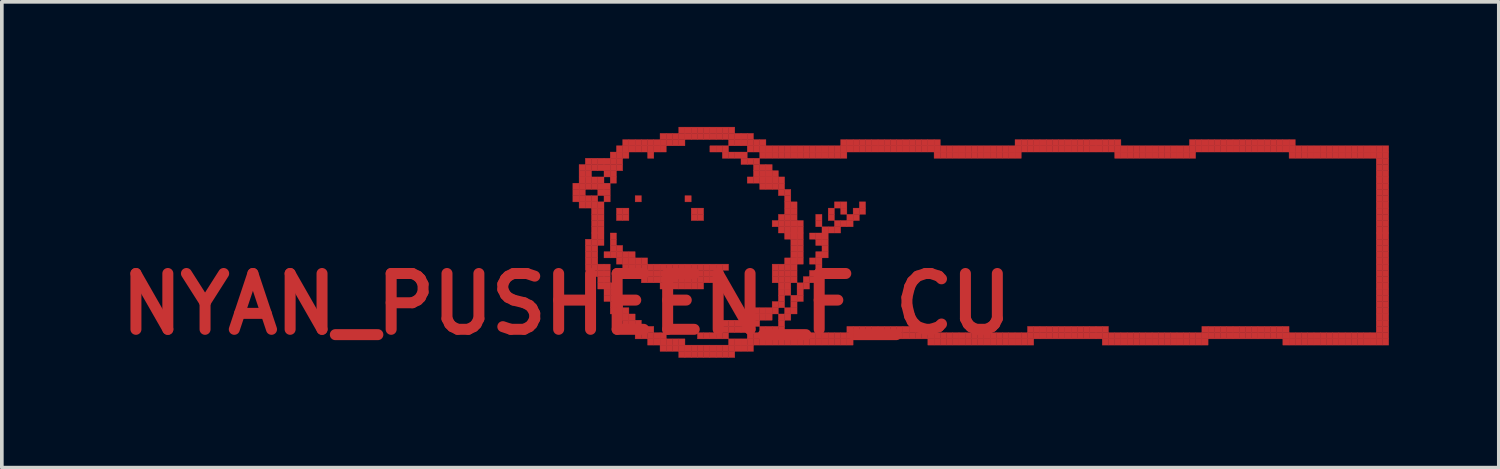
<source format=kicad_pcb>
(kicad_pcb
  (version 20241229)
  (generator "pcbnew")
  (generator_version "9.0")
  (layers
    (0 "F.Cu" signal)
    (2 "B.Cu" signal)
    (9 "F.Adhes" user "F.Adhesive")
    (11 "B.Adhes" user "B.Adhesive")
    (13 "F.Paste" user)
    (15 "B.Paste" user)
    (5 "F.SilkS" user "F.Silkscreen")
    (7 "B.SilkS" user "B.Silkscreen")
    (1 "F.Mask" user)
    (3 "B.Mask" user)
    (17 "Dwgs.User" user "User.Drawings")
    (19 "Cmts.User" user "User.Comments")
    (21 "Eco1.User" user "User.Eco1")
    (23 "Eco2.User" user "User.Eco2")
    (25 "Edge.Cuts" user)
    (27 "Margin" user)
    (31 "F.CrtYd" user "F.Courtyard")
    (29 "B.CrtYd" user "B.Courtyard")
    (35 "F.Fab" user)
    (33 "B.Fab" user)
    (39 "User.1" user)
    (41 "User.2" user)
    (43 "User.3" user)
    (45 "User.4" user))
  (footprint "NYAN_PUSHEEN_F_CU"
    (layer "F.Cu")
    (at 12.417 0.25)
    (property "Reference" "NYAN_PUSHEEN_F_CU" (at 0 5 0) (layer "F.Cu") (effects (font (size 1.524 1.524) (thickness 0.3))))
    (attr through_hole)
    (fp_poly (pts (xy 0.17 1.7) (xy 0.34 1.7) (xy 0.34 1.87) (xy 0.17 1.87) (xy 0.17 1.7)) (stroke (width 0.01) (type solid)) (fill yes) (layer "F.Cu"))
    (fp_poly (pts (xy 0.17 1.87) (xy 0.34 1.87) (xy 0.34 2.04) (xy 0.17 2.04) (xy 0.17 1.87)) (stroke (width 0.01) (type solid)) (fill yes) (layer "F.Cu"))
    (fp_poly (pts (xy 0.17 2.04) (xy 0.34 2.04) (xy 0.34 2.21) (xy 0.17 2.21) (xy 0.17 2.04)) (stroke (width 0.01) (type solid)) (fill yes) (layer "F.Cu"))
    (fp_poly (pts (xy 0.34 1.19) (xy 0.51 1.19) (xy 0.51 1.36) (xy 0.34 1.36) (xy 0.34 1.19)) (stroke (width 0.01) (type solid)) (fill yes) (layer "F.Cu"))
    (fp_poly (pts (xy 0.34 1.36) (xy 0.51 1.36) (xy 0.51 1.53) (xy 0.34 1.53) (xy 0.34 1.36)) (stroke (width 0.01) (type solid)) (fill yes) (layer "F.Cu"))
    (fp_poly (pts (xy 0.34 1.53) (xy 0.51 1.53) (xy 0.51 1.7) (xy 0.34 1.7) (xy 0.34 1.53)) (stroke (width 0.01) (type solid)) (fill yes) (layer "F.Cu"))
    (fp_poly (pts (xy 0.34 1.7) (xy 0.51 1.7) (xy 0.51 1.87) (xy 0.34 1.87) (xy 0.34 1.7)) (stroke (width 0.01) (type solid)) (fill yes) (layer "F.Cu"))
    (fp_poly (pts (xy 0.34 1.87) (xy 0.51 1.87) (xy 0.51 2.04) (xy 0.34 2.04) (xy 0.34 1.87)) (stroke (width 0.01) (type solid)) (fill yes) (layer "F.Cu"))
    (fp_poly (pts (xy 0.34 2.04) (xy 0.51 2.04) (xy 0.51 2.21) (xy 0.34 2.21) (xy 0.34 2.04)) (stroke (width 0.01) (type solid)) (fill yes) (layer "F.Cu"))
    (fp_poly (pts (xy 0.34 2.21) (xy 0.51 2.21) (xy 0.51 2.38) (xy 0.34 2.38) (xy 0.34 2.21)) (stroke (width 0.01) (type solid)) (fill yes) (layer "F.Cu"))
    (fp_poly (pts (xy 0.51 1.02) (xy 0.68 1.02) (xy 0.68 1.19) (xy 0.51 1.19) (xy 0.51 1.02)) (stroke (width 0.01) (type solid)) (fill yes) (layer "F.Cu"))
    (fp_poly (pts (xy 0.51 1.19) (xy 0.68 1.19) (xy 0.68 1.36) (xy 0.51 1.36) (xy 0.51 1.19)) (stroke (width 0.01) (type solid)) (fill yes) (layer "F.Cu"))
    (fp_poly (pts (xy 0.51 1.36) (xy 0.68 1.36) (xy 0.68 1.53) (xy 0.51 1.53) (xy 0.51 1.36)) (stroke (width 0.01) (type solid)) (fill yes) (layer "F.Cu"))
    (fp_poly (pts (xy 0.51 1.53) (xy 0.68 1.53) (xy 0.68 1.7) (xy 0.51 1.7) (xy 0.51 1.53)) (stroke (width 0.01) (type solid)) (fill yes) (layer "F.Cu"))
    (fp_poly (pts (xy 0.51 1.7) (xy 0.68 1.7) (xy 0.68 1.87) (xy 0.51 1.87) (xy 0.51 1.7)) (stroke (width 0.01) (type solid)) (fill yes) (layer "F.Cu"))
    (fp_poly (pts (xy 0.51 2.04) (xy 0.68 2.04) (xy 0.68 2.21) (xy 0.51 2.21) (xy 0.51 2.04)) (stroke (width 0.01) (type solid)) (fill yes) (layer "F.Cu"))
    (fp_poly (pts (xy 0.51 2.21) (xy 0.68 2.21) (xy 0.68 2.38) (xy 0.51 2.38) (xy 0.51 2.21)) (stroke (width 0.01) (type solid)) (fill yes) (layer "F.Cu"))
    (fp_poly (pts (xy 0.51 3.23) (xy 0.68 3.23) (xy 0.68 3.4) (xy 0.51 3.4) (xy 0.51 3.23)) (stroke (width 0.01) (type solid)) (fill yes) (layer "F.Cu"))
    (fp_poly (pts (xy 0.51 3.4) (xy 0.68 3.4) (xy 0.68 3.57) (xy 0.51 3.57) (xy 0.51 3.4)) (stroke (width 0.01) (type solid)) (fill yes) (layer "F.Cu"))
    (fp_poly (pts (xy 0.51 3.57) (xy 0.68 3.57) (xy 0.68 3.74) (xy 0.51 3.74) (xy 0.51 3.57)) (stroke (width 0.01) (type solid)) (fill yes) (layer "F.Cu"))
    (fp_poly (pts (xy 0.51 3.74) (xy 0.68 3.74) (xy 0.68 3.91) (xy 0.51 3.91) (xy 0.51 3.74)) (stroke (width 0.01) (type solid)) (fill yes) (layer "F.Cu"))
    (fp_poly (pts (xy 0.51 3.91) (xy 0.68 3.91) (xy 0.68 4.08) (xy 0.51 4.08) (xy 0.51 3.91)) (stroke (width 0.01) (type solid)) (fill yes) (layer "F.Cu"))
    (fp_poly (pts (xy 0.68 1.02) (xy 0.85 1.02) (xy 0.85 1.19) (xy 0.68 1.19) (xy 0.68 1.02)) (stroke (width 0.01) (type solid)) (fill yes) (layer "F.Cu"))
    (fp_poly (pts (xy 0.68 1.19) (xy 0.85 1.19) (xy 0.85 1.36) (xy 0.68 1.36) (xy 0.68 1.19)) (stroke (width 0.01) (type solid)) (fill yes) (layer "F.Cu"))
    (fp_poly (pts (xy 0.68 1.53) (xy 0.85 1.53) (xy 0.85 1.7) (xy 0.68 1.7) (xy 0.68 1.53)) (stroke (width 0.01) (type solid)) (fill yes) (layer "F.Cu"))
    (fp_poly (pts (xy 0.68 1.7) (xy 0.85 1.7) (xy 0.85 1.87) (xy 0.68 1.87) (xy 0.68 1.7)) (stroke (width 0.01) (type solid)) (fill yes) (layer "F.Cu"))
    (fp_poly (pts (xy 0.68 2.04) (xy 0.85 2.04) (xy 0.85 2.21) (xy 0.68 2.21) (xy 0.68 2.04)) (stroke (width 0.01) (type solid)) (fill yes) (layer "F.Cu"))
    (fp_poly (pts (xy 0.68 2.21) (xy 0.85 2.21) (xy 0.85 2.38) (xy 0.68 2.38) (xy 0.68 2.21)) (stroke (width 0.01) (type solid)) (fill yes) (layer "F.Cu"))
    (fp_poly (pts (xy 0.68 2.38) (xy 0.85 2.38) (xy 0.85 2.55) (xy 0.68 2.55) (xy 0.68 2.38)) (stroke (width 0.01) (type solid)) (fill yes) (layer "F.Cu"))
    (fp_poly (pts (xy 0.68 2.55) (xy 0.85 2.55) (xy 0.85 2.72) (xy 0.68 2.72) (xy 0.68 2.55)) (stroke (width 0.01) (type solid)) (fill yes) (layer "F.Cu"))
    (fp_poly (pts (xy 0.68 2.72) (xy 0.85 2.72) (xy 0.85 2.89) (xy 0.68 2.89) (xy 0.68 2.72)) (stroke (width 0.01) (type solid)) (fill yes) (layer "F.Cu"))
    (fp_poly (pts (xy 0.68 2.89) (xy 0.85 2.89) (xy 0.85 3.06) (xy 0.68 3.06) (xy 0.68 2.89)) (stroke (width 0.01) (type solid)) (fill yes) (layer "F.Cu"))
    (fp_poly (pts (xy 0.68 3.06) (xy 0.85 3.06) (xy 0.85 3.23) (xy 0.68 3.23) (xy 0.68 3.06)) (stroke (width 0.01) (type solid)) (fill yes) (layer "F.Cu"))
    (fp_poly (pts (xy 0.68 3.23) (xy 0.85 3.23) (xy 0.85 3.4) (xy 0.68 3.4) (xy 0.68 3.23)) (stroke (width 0.01) (type solid)) (fill yes) (layer "F.Cu"))
    (fp_poly (pts (xy 0.68 3.4) (xy 0.85 3.4) (xy 0.85 3.57) (xy 0.68 3.57) (xy 0.68 3.4)) (stroke (width 0.01) (type solid)) (fill yes) (layer "F.Cu"))
    (fp_poly (pts (xy 0.68 3.57) (xy 0.85 3.57) (xy 0.85 3.74) (xy 0.68 3.74) (xy 0.68 3.57)) (stroke (width 0.01) (type solid)) (fill yes) (layer "F.Cu"))
    (fp_poly (pts (xy 0.68 3.74) (xy 0.85 3.74) (xy 0.85 3.91) (xy 0.68 3.91) (xy 0.68 3.74)) (stroke (width 0.01) (type solid)) (fill yes) (layer "F.Cu"))
    (fp_poly (pts (xy 0.68 3.91) (xy 0.85 3.91) (xy 0.85 4.08) (xy 0.68 4.08) (xy 0.68 3.91)) (stroke (width 0.01) (type solid)) (fill yes) (layer "F.Cu"))
    (fp_poly (pts (xy 0.68 4.08) (xy 0.85 4.08) (xy 0.85 4.25) (xy 0.68 4.25) (xy 0.68 4.08)) (stroke (width 0.01) (type solid)) (fill yes) (layer "F.Cu"))
    (fp_poly (pts (xy 0.85 1.02) (xy 1.02 1.02) (xy 1.02 1.19) (xy 0.85 1.19) (xy 0.85 1.02)) (stroke (width 0.01) (type solid)) (fill yes) (layer "F.Cu"))
    (fp_poly (pts (xy 0.85 1.19) (xy 1.02 1.19) (xy 1.02 1.36) (xy 0.85 1.36) (xy 0.85 1.19)) (stroke (width 0.01) (type solid)) (fill yes) (layer "F.Cu"))
    (fp_poly (pts (xy 0.85 1.53) (xy 1.02 1.53) (xy 1.02 1.7) (xy 0.85 1.7) (xy 0.85 1.53)) (stroke (width 0.01) (type solid)) (fill yes) (layer "F.Cu"))
    (fp_poly (pts (xy 0.85 1.7) (xy 1.02 1.7) (xy 1.02 1.87) (xy 0.85 1.87) (xy 0.85 1.7)) (stroke (width 0.01) (type solid)) (fill yes) (layer "F.Cu"))
    (fp_poly (pts (xy 0.85 1.87) (xy 1.02 1.87) (xy 1.02 2.04) (xy 0.85 2.04) (xy 0.85 1.87)) (stroke (width 0.01) (type solid)) (fill yes) (layer "F.Cu"))
    (fp_poly (pts (xy 0.85 2.21) (xy 1.02 2.21) (xy 1.02 2.38) (xy 0.85 2.38) (xy 0.85 2.21)) (stroke (width 0.01) (type solid)) (fill yes) (layer "F.Cu"))
    (fp_poly (pts (xy 0.85 2.38) (xy 1.02 2.38) (xy 1.02 2.55) (xy 0.85 2.55) (xy 0.85 2.38)) (stroke (width 0.01) (type solid)) (fill yes) (layer "F.Cu"))
    (fp_poly (pts (xy 0.85 2.55) (xy 1.02 2.55) (xy 1.02 2.72) (xy 0.85 2.72) (xy 0.85 2.55)) (stroke (width 0.01) (type solid)) (fill yes) (layer "F.Cu"))
    (fp_poly (pts (xy 0.85 2.72) (xy 1.02 2.72) (xy 1.02 2.89) (xy 0.85 2.89) (xy 0.85 2.72)) (stroke (width 0.01) (type solid)) (fill yes) (layer "F.Cu"))
    (fp_poly (pts (xy 0.85 2.89) (xy 1.02 2.89) (xy 1.02 3.06) (xy 0.85 3.06) (xy 0.85 2.89)) (stroke (width 0.01) (type solid)) (fill yes) (layer "F.Cu"))
    (fp_poly (pts (xy 0.85 3.06) (xy 1.02 3.06) (xy 1.02 3.23) (xy 0.85 3.23) (xy 0.85 3.06)) (stroke (width 0.01) (type solid)) (fill yes) (layer "F.Cu"))
    (fp_poly (pts (xy 0.85 3.23) (xy 1.02 3.23) (xy 1.02 3.4) (xy 0.85 3.4) (xy 0.85 3.23)) (stroke (width 0.01) (type solid)) (fill yes) (layer "F.Cu"))
    (fp_poly (pts (xy 0.85 3.91) (xy 1.02 3.91) (xy 1.02 4.08) (xy 0.85 4.08) (xy 0.85 3.91)) (stroke (width 0.01) (type solid)) (fill yes) (layer "F.Cu"))
    (fp_poly (pts (xy 0.85 4.08) (xy 1.02 4.08) (xy 1.02 4.25) (xy 0.85 4.25) (xy 0.85 4.08)) (stroke (width 0.01) (type solid)) (fill yes) (layer "F.Cu"))
    (fp_poly (pts (xy 0.85 4.25) (xy 1.02 4.25) (xy 1.02 4.42) (xy 0.85 4.42) (xy 0.85 4.25)) (stroke (width 0.01) (type solid)) (fill yes) (layer "F.Cu"))
    (fp_poly (pts (xy 0.85 4.42) (xy 1.02 4.42) (xy 1.02 4.59) (xy 0.85 4.59) (xy 0.85 4.42)) (stroke (width 0.01) (type solid)) (fill yes) (layer "F.Cu"))
    (fp_poly (pts (xy 1.02 1.02) (xy 1.19 1.02) (xy 1.19 1.19) (xy 1.02 1.19) (xy 1.02 1.02)) (stroke (width 0.01) (type solid)) (fill yes) (layer "F.Cu"))
    (fp_poly (pts (xy 1.02 1.19) (xy 1.19 1.19) (xy 1.19 1.36) (xy 1.02 1.36) (xy 1.02 1.19)) (stroke (width 0.01) (type solid)) (fill yes) (layer "F.Cu"))
    (fp_poly (pts (xy 1.02 1.36) (xy 1.19 1.36) (xy 1.19 1.53) (xy 1.02 1.53) (xy 1.02 1.36)) (stroke (width 0.01) (type solid)) (fill yes) (layer "F.Cu"))
    (fp_poly (pts (xy 1.02 1.7) (xy 1.19 1.7) (xy 1.19 1.87) (xy 1.02 1.87) (xy 1.02 1.7)) (stroke (width 0.01) (type solid)) (fill yes) (layer "F.Cu"))
    (fp_poly (pts (xy 1.02 1.87) (xy 1.19 1.87) (xy 1.19 2.04) (xy 1.02 2.04) (xy 1.02 1.87)) (stroke (width 0.01) (type solid)) (fill yes) (layer "F.Cu"))
    (fp_poly (pts (xy 1.02 2.04) (xy 1.19 2.04) (xy 1.19 2.21) (xy 1.02 2.21) (xy 1.02 2.04)) (stroke (width 0.01) (type solid)) (fill yes) (layer "F.Cu"))
    (fp_poly (pts (xy 1.02 3.57) (xy 1.19 3.57) (xy 1.19 3.74) (xy 1.02 3.74) (xy 1.02 3.57)) (stroke (width 0.01) (type solid)) (fill yes) (layer "F.Cu"))
    (fp_poly (pts (xy 1.02 3.91) (xy 1.19 3.91) (xy 1.19 4.08) (xy 1.02 4.08) (xy 1.02 3.91)) (stroke (width 0.01) (type solid)) (fill yes) (layer "F.Cu"))
    (fp_poly (pts (xy 1.02 4.08) (xy 1.19 4.08) (xy 1.19 4.25) (xy 1.02 4.25) (xy 1.02 4.08)) (stroke (width 0.01) (type solid)) (fill yes) (layer "F.Cu"))
    (fp_poly (pts (xy 1.02 4.25) (xy 1.19 4.25) (xy 1.19 4.42) (xy 1.02 4.42) (xy 1.02 4.25)) (stroke (width 0.01) (type solid)) (fill yes) (layer "F.Cu"))
    (fp_poly (pts (xy 1.02 4.42) (xy 1.19 4.42) (xy 1.19 4.59) (xy 1.02 4.59) (xy 1.02 4.42)) (stroke (width 0.01) (type solid)) (fill yes) (layer "F.Cu"))
    (fp_poly (pts (xy 1.02 4.59) (xy 1.19 4.59) (xy 1.19 4.76) (xy 1.02 4.76) (xy 1.02 4.59)) (stroke (width 0.01) (type solid)) (fill yes) (layer "F.Cu"))
    (fp_poly (pts (xy 1.02 4.76) (xy 1.19 4.76) (xy 1.19 4.93) (xy 1.02 4.93) (xy 1.02 4.76)) (stroke (width 0.01) (type solid)) (fill yes) (layer "F.Cu"))
    (fp_poly (pts (xy 1.19 0.85) (xy 1.36 0.85) (xy 1.36 1.02) (xy 1.19 1.02) (xy 1.19 0.85)) (stroke (width 0.01) (type solid)) (fill yes) (layer "F.Cu"))
    (fp_poly (pts (xy 1.19 1.02) (xy 1.36 1.02) (xy 1.36 1.19) (xy 1.19 1.19) (xy 1.19 1.02)) (stroke (width 0.01) (type solid)) (fill yes) (layer "F.Cu"))
    (fp_poly (pts (xy 1.19 1.19) (xy 1.36 1.19) (xy 1.36 1.36) (xy 1.19 1.36) (xy 1.19 1.19)) (stroke (width 0.01) (type solid)) (fill yes) (layer "F.Cu"))
    (fp_poly (pts (xy 1.19 1.36) (xy 1.36 1.36) (xy 1.36 1.53) (xy 1.19 1.53) (xy 1.19 1.36)) (stroke (width 0.01) (type solid)) (fill yes) (layer "F.Cu"))
    (fp_poly (pts (xy 1.19 1.53) (xy 1.36 1.53) (xy 1.36 1.7) (xy 1.19 1.7) (xy 1.19 1.53)) (stroke (width 0.01) (type solid)) (fill yes) (layer "F.Cu"))
    (fp_poly (pts (xy 1.19 3.06) (xy 1.36 3.06) (xy 1.36 3.23) (xy 1.19 3.23) (xy 1.19 3.06)) (stroke (width 0.01) (type solid)) (fill yes) (layer "F.Cu"))
    (fp_poly (pts (xy 1.19 3.23) (xy 1.36 3.23) (xy 1.36 3.4) (xy 1.19 3.4) (xy 1.19 3.23)) (stroke (width 0.01) (type solid)) (fill yes) (layer "F.Cu"))
    (fp_poly (pts (xy 1.19 3.4) (xy 1.36 3.4) (xy 1.36 3.57) (xy 1.19 3.57) (xy 1.19 3.4)) (stroke (width 0.01) (type solid)) (fill yes) (layer "F.Cu"))
    (fp_poly (pts (xy 1.19 3.57) (xy 1.36 3.57) (xy 1.36 3.74) (xy 1.19 3.74) (xy 1.19 3.57)) (stroke (width 0.01) (type solid)) (fill yes) (layer "F.Cu"))
    (fp_poly (pts (xy 1.19 4.42) (xy 1.36 4.42) (xy 1.36 4.59) (xy 1.19 4.59) (xy 1.19 4.42)) (stroke (width 0.01) (type solid)) (fill yes) (layer "F.Cu"))
    (fp_poly (pts (xy 1.19 4.59) (xy 1.36 4.59) (xy 1.36 4.76) (xy 1.19 4.76) (xy 1.19 4.59)) (stroke (width 0.01) (type solid)) (fill yes) (layer "F.Cu"))
    (fp_poly (pts (xy 1.19 4.76) (xy 1.36 4.76) (xy 1.36 4.93) (xy 1.19 4.93) (xy 1.19 4.76)) (stroke (width 0.01) (type solid)) (fill yes) (layer "F.Cu"))
    (fp_poly (pts (xy 1.19 4.93) (xy 1.36 4.93) (xy 1.36 5.1) (xy 1.19 5.1) (xy 1.19 4.93)) (stroke (width 0.01) (type solid)) (fill yes) (layer "F.Cu"))
    (fp_poly (pts (xy 1.19 5.1) (xy 1.36 5.1) (xy 1.36 5.27) (xy 1.19 5.27) (xy 1.19 5.1)) (stroke (width 0.01) (type solid)) (fill yes) (layer "F.Cu"))
    (fp_poly (pts (xy 1.36 0.68) (xy 1.53 0.68) (xy 1.53 0.85) (xy 1.36 0.85) (xy 1.36 0.68)) (stroke (width 0.01) (type solid)) (fill yes) (layer "F.Cu"))
    (fp_poly (pts (xy 1.36 0.85) (xy 1.53 0.85) (xy 1.53 1.02) (xy 1.36 1.02) (xy 1.36 0.85)) (stroke (width 0.01) (type solid)) (fill yes) (layer "F.Cu"))
    (fp_poly (pts (xy 1.36 1.02) (xy 1.53 1.02) (xy 1.53 1.19) (xy 1.36 1.19) (xy 1.36 1.02)) (stroke (width 0.01) (type solid)) (fill yes) (layer "F.Cu"))
    (fp_poly (pts (xy 1.36 1.19) (xy 1.53 1.19) (xy 1.53 1.36) (xy 1.36 1.36) (xy 1.36 1.19)) (stroke (width 0.01) (type solid)) (fill yes) (layer "F.Cu"))
    (fp_poly (pts (xy 1.36 2.38) (xy 1.53 2.38) (xy 1.53 2.55) (xy 1.36 2.55) (xy 1.36 2.38)) (stroke (width 0.01) (type solid)) (fill yes) (layer "F.Cu"))
    (fp_poly (pts (xy 1.36 2.55) (xy 1.53 2.55) (xy 1.53 2.72) (xy 1.36 2.72) (xy 1.36 2.55)) (stroke (width 0.01) (type solid)) (fill yes) (layer "F.Cu"))
    (fp_poly (pts (xy 1.36 3.4) (xy 1.53 3.4) (xy 1.53 3.57) (xy 1.36 3.57) (xy 1.36 3.4)) (stroke (width 0.01) (type solid)) (fill yes) (layer "F.Cu"))
    (fp_poly (pts (xy 1.36 3.57) (xy 1.53 3.57) (xy 1.53 3.74) (xy 1.36 3.74) (xy 1.36 3.57)) (stroke (width 0.01) (type solid)) (fill yes) (layer "F.Cu"))
    (fp_poly (pts (xy 1.36 3.74) (xy 1.53 3.74) (xy 1.53 3.91) (xy 1.36 3.91) (xy 1.36 3.74)) (stroke (width 0.01) (type solid)) (fill yes) (layer "F.Cu"))
    (fp_poly (pts (xy 1.36 4.08) (xy 1.53 4.08) (xy 1.53 4.25) (xy 1.36 4.25) (xy 1.36 4.08)) (stroke (width 0.01) (type solid)) (fill yes) (layer "F.Cu"))
    (fp_poly (pts (xy 1.36 4.76) (xy 1.53 4.76) (xy 1.53 4.93) (xy 1.36 4.93) (xy 1.36 4.76)) (stroke (width 0.01) (type solid)) (fill yes) (layer "F.Cu"))
    (fp_poly (pts (xy 1.36 4.93) (xy 1.53 4.93) (xy 1.53 5.1) (xy 1.36 5.1) (xy 1.36 4.93)) (stroke (width 0.01) (type solid)) (fill yes) (layer "F.Cu"))
    (fp_poly (pts (xy 1.36 5.1) (xy 1.53 5.1) (xy 1.53 5.27) (xy 1.36 5.27) (xy 1.36 5.1)) (stroke (width 0.01) (type solid)) (fill yes) (layer "F.Cu"))
    (fp_poly (pts (xy 1.36 5.27) (xy 1.53 5.27) (xy 1.53 5.44) (xy 1.36 5.44) (xy 1.36 5.27)) (stroke (width 0.01) (type solid)) (fill yes) (layer "F.Cu"))
    (fp_poly (pts (xy 1.53 0.51) (xy 1.7 0.51) (xy 1.7 0.68) (xy 1.53 0.68) (xy 1.53 0.51)) (stroke (width 0.01) (type solid)) (fill yes) (layer "F.Cu"))
    (fp_poly (pts (xy 1.53 0.68) (xy 1.7 0.68) (xy 1.7 0.85) (xy 1.53 0.85) (xy 1.53 0.68)) (stroke (width 0.01) (type solid)) (fill yes) (layer "F.Cu"))
    (fp_poly (pts (xy 1.53 0.85) (xy 1.7 0.85) (xy 1.7 1.02) (xy 1.53 1.02) (xy 1.53 0.85)) (stroke (width 0.01) (type solid)) (fill yes) (layer "F.Cu"))
    (fp_poly (pts (xy 1.53 2.38) (xy 1.7 2.38) (xy 1.7 2.55) (xy 1.53 2.55) (xy 1.53 2.38)) (stroke (width 0.01) (type solid)) (fill yes) (layer "F.Cu"))
    (fp_poly (pts (xy 1.53 2.55) (xy 1.7 2.55) (xy 1.7 2.72) (xy 1.53 2.72) (xy 1.53 2.55)) (stroke (width 0.01) (type solid)) (fill yes) (layer "F.Cu"))
    (fp_poly (pts (xy 1.53 3.57) (xy 1.7 3.57) (xy 1.7 3.74) (xy 1.53 3.74) (xy 1.53 3.57)) (stroke (width 0.01) (type solid)) (fill yes) (layer "F.Cu"))
    (fp_poly (pts (xy 1.53 3.74) (xy 1.7 3.74) (xy 1.7 3.91) (xy 1.53 3.91) (xy 1.53 3.74)) (stroke (width 0.01) (type solid)) (fill yes) (layer "F.Cu"))
    (fp_poly (pts (xy 1.53 3.91) (xy 1.7 3.91) (xy 1.7 4.08) (xy 1.53 4.08) (xy 1.53 3.91)) (stroke (width 0.01) (type solid)) (fill yes) (layer "F.Cu"))
    (fp_poly (pts (xy 1.53 4.08) (xy 1.7 4.08) (xy 1.7 4.25) (xy 1.53 4.25) (xy 1.53 4.08)) (stroke (width 0.01) (type solid)) (fill yes) (layer "F.Cu"))
    (fp_poly (pts (xy 1.53 5.1) (xy 1.7 5.1) (xy 1.7 5.27) (xy 1.53 5.27) (xy 1.53 5.1)) (stroke (width 0.01) (type solid)) (fill yes) (layer "F.Cu"))
    (fp_poly (pts (xy 1.53 5.27) (xy 1.7 5.27) (xy 1.7 5.44) (xy 1.53 5.44) (xy 1.53 5.27)) (stroke (width 0.01) (type solid)) (fill yes) (layer "F.Cu"))
    (fp_poly (pts (xy 1.53 5.44) (xy 1.7 5.44) (xy 1.7 5.61) (xy 1.53 5.61) (xy 1.53 5.44)) (stroke (width 0.01) (type solid)) (fill yes) (layer "F.Cu"))
    (fp_poly (pts (xy 1.7 0.51) (xy 1.87 0.51) (xy 1.87 0.68) (xy 1.7 0.68) (xy 1.7 0.51)) (stroke (width 0.01) (type solid)) (fill yes) (layer "F.Cu"))
    (fp_poly (pts (xy 1.7 0.68) (xy 1.87 0.68) (xy 1.87 0.85) (xy 1.7 0.85) (xy 1.7 0.68)) (stroke (width 0.01) (type solid)) (fill yes) (layer "F.Cu"))
    (fp_poly (pts (xy 1.7 3.57) (xy 1.87 3.57) (xy 1.87 3.74) (xy 1.7 3.74) (xy 1.7 3.57)) (stroke (width 0.01) (type solid)) (fill yes) (layer "F.Cu"))
    (fp_poly (pts (xy 1.7 3.74) (xy 1.87 3.74) (xy 1.87 3.91) (xy 1.7 3.91) (xy 1.7 3.74)) (stroke (width 0.01) (type solid)) (fill yes) (layer "F.Cu"))
    (fp_poly (pts (xy 1.7 3.91) (xy 1.87 3.91) (xy 1.87 4.08) (xy 1.7 4.08) (xy 1.7 3.91)) (stroke (width 0.01) (type solid)) (fill yes) (layer "F.Cu"))
    (fp_poly (pts (xy 1.7 4.08) (xy 1.87 4.08) (xy 1.87 4.25) (xy 1.7 4.25) (xy 1.7 4.08)) (stroke (width 0.01) (type solid)) (fill yes) (layer "F.Cu"))
    (fp_poly (pts (xy 1.7 5.27) (xy 1.87 5.27) (xy 1.87 5.44) (xy 1.7 5.44) (xy 1.7 5.27)) (stroke (width 0.01) (type solid)) (fill yes) (layer "F.Cu"))
    (fp_poly (pts (xy 1.7 5.44) (xy 1.87 5.44) (xy 1.87 5.61) (xy 1.7 5.61) (xy 1.7 5.44)) (stroke (width 0.01) (type solid)) (fill yes) (layer "F.Cu"))
    (fp_poly (pts (xy 1.7 5.61) (xy 1.87 5.61) (xy 1.87 5.78) (xy 1.7 5.78) (xy 1.7 5.61)) (stroke (width 0.01) (type solid)) (fill yes) (layer "F.Cu"))
    (fp_poly (pts (xy 1.87 0.51) (xy 2.04 0.51) (xy 2.04 0.68) (xy 1.87 0.68) (xy 1.87 0.51)) (stroke (width 0.01) (type solid)) (fill yes) (layer "F.Cu"))
    (fp_poly (pts (xy 1.87 0.68) (xy 2.04 0.68) (xy 2.04 0.85) (xy 1.87 0.85) (xy 1.87 0.68)) (stroke (width 0.01) (type solid)) (fill yes) (layer "F.Cu"))
    (fp_poly (pts (xy 1.87 2.04) (xy 2.04 2.04) (xy 2.04 2.21) (xy 1.87 2.21) (xy 1.87 2.04)) (stroke (width 0.01) (type solid)) (fill yes) (layer "F.Cu"))
    (fp_poly (pts (xy 1.87 3.74) (xy 2.04 3.74) (xy 2.04 3.91) (xy 1.87 3.91) (xy 1.87 3.74)) (stroke (width 0.01) (type solid)) (fill yes) (layer "F.Cu"))
    (fp_poly (pts (xy 1.87 3.91) (xy 2.04 3.91) (xy 2.04 4.08) (xy 1.87 4.08) (xy 1.87 3.91)) (stroke (width 0.01) (type solid)) (fill yes) (layer "F.Cu"))
    (fp_poly (pts (xy 1.87 4.08) (xy 2.04 4.08) (xy 2.04 4.25) (xy 1.87 4.25) (xy 1.87 4.08)) (stroke (width 0.01) (type solid)) (fill yes) (layer "F.Cu"))
    (fp_poly (pts (xy 1.87 5.44) (xy 2.04 5.44) (xy 2.04 5.61) (xy 1.87 5.61) (xy 1.87 5.44)) (stroke (width 0.01) (type solid)) (fill yes) (layer "F.Cu"))
    (fp_poly (pts (xy 1.87 5.61) (xy 2.04 5.61) (xy 2.04 5.78) (xy 1.87 5.78) (xy 1.87 5.61)) (stroke (width 0.01) (type solid)) (fill yes) (layer "F.Cu"))
    (fp_poly (pts (xy 1.87 5.78) (xy 2.04 5.78) (xy 2.04 5.95) (xy 1.87 5.95) (xy 1.87 5.78)) (stroke (width 0.01) (type solid)) (fill yes) (layer "F.Cu"))
    (fp_poly (pts (xy 2.04 0.51) (xy 2.21 0.51) (xy 2.21 0.68) (xy 2.04 0.68) (xy 2.04 0.51)) (stroke (width 0.01) (type solid)) (fill yes) (layer "F.Cu"))
    (fp_poly (pts (xy 2.04 0.68) (xy 2.21 0.68) (xy 2.21 0.85) (xy 2.04 0.85) (xy 2.04 0.68)) (stroke (width 0.01) (type solid)) (fill yes) (layer "F.Cu"))
    (fp_poly (pts (xy 2.04 3.74) (xy 2.21 3.74) (xy 2.21 3.91) (xy 2.04 3.91) (xy 2.04 3.74)) (stroke (width 0.01) (type solid)) (fill yes) (layer "F.Cu"))
    (fp_poly (pts (xy 2.04 3.91) (xy 2.21 3.91) (xy 2.21 4.08) (xy 2.04 4.08) (xy 2.04 3.91)) (stroke (width 0.01) (type solid)) (fill yes) (layer "F.Cu"))
    (fp_poly (pts (xy 2.04 4.08) (xy 2.21 4.08) (xy 2.21 4.25) (xy 2.04 4.25) (xy 2.04 4.08)) (stroke (width 0.01) (type solid)) (fill yes) (layer "F.Cu"))
    (fp_poly (pts (xy 2.04 4.25) (xy 2.21 4.25) (xy 2.21 4.42) (xy 2.04 4.42) (xy 2.04 4.25)) (stroke (width 0.01) (type solid)) (fill yes) (layer "F.Cu"))
    (fp_poly (pts (xy 2.04 5.61) (xy 2.21 5.61) (xy 2.21 5.78) (xy 2.04 5.78) (xy 2.04 5.61)) (stroke (width 0.01) (type solid)) (fill yes) (layer "F.Cu"))
    (fp_poly (pts (xy 2.04 5.78) (xy 2.21 5.78) (xy 2.21 5.95) (xy 2.04 5.95) (xy 2.04 5.78)) (stroke (width 0.01) (type solid)) (fill yes) (layer "F.Cu"))
    (fp_poly (pts (xy 2.21 0.51) (xy 2.38 0.51) (xy 2.38 0.68) (xy 2.21 0.68) (xy 2.21 0.51)) (stroke (width 0.01) (type solid)) (fill yes) (layer "F.Cu"))
    (fp_poly (pts (xy 2.21 0.68) (xy 2.38 0.68) (xy 2.38 0.85) (xy 2.21 0.85) (xy 2.21 0.68)) (stroke (width 0.01) (type solid)) (fill yes) (layer "F.Cu"))
    (fp_poly (pts (xy 2.21 0.85) (xy 2.38 0.85) (xy 2.38 1.02) (xy 2.21 1.02) (xy 2.21 0.85)) (stroke (width 0.01) (type solid)) (fill yes) (layer "F.Cu"))
    (fp_poly (pts (xy 2.21 3.91) (xy 2.38 3.91) (xy 2.38 4.08) (xy 2.21 4.08) (xy 2.21 3.91)) (stroke (width 0.01) (type solid)) (fill yes) (layer "F.Cu"))
    (fp_poly (pts (xy 2.21 4.08) (xy 2.38 4.08) (xy 2.38 4.25) (xy 2.21 4.25) (xy 2.21 4.08)) (stroke (width 0.01) (type solid)) (fill yes) (layer "F.Cu"))
    (fp_poly (pts (xy 2.21 4.25) (xy 2.38 4.25) (xy 2.38 4.42) (xy 2.21 4.42) (xy 2.21 4.25)) (stroke (width 0.01) (type solid)) (fill yes) (layer "F.Cu"))
    (fp_poly (pts (xy 2.21 5.61) (xy 2.38 5.61) (xy 2.38 5.78) (xy 2.21 5.78) (xy 2.21 5.61)) (stroke (width 0.01) (type solid)) (fill yes) (layer "F.Cu"))
    (fp_poly (pts (xy 2.21 5.78) (xy 2.38 5.78) (xy 2.38 5.95) (xy 2.21 5.95) (xy 2.21 5.78)) (stroke (width 0.01) (type solid)) (fill yes) (layer "F.Cu"))
    (fp_poly (pts (xy 2.21 5.95) (xy 2.38 5.95) (xy 2.38 6.12) (xy 2.21 6.12) (xy 2.21 5.95)) (stroke (width 0.01) (type solid)) (fill yes) (layer "F.Cu"))
    (fp_poly (pts (xy 2.38 0.51) (xy 2.55 0.51) (xy 2.55 0.68) (xy 2.38 0.68) (xy 2.38 0.51)) (stroke (width 0.01) (type solid)) (fill yes) (layer "F.Cu"))
    (fp_poly (pts (xy 2.38 0.68) (xy 2.55 0.68) (xy 2.55 0.85) (xy 2.38 0.85) (xy 2.38 0.68)) (stroke (width 0.01) (type solid)) (fill yes) (layer "F.Cu"))
    (fp_poly (pts (xy 2.38 3.91) (xy 2.55 3.91) (xy 2.55 4.08) (xy 2.38 4.08) (xy 2.38 3.91)) (stroke (width 0.01) (type solid)) (fill yes) (layer "F.Cu"))
    (fp_poly (pts (xy 2.38 4.08) (xy 2.55 4.08) (xy 2.55 4.25) (xy 2.38 4.25) (xy 2.38 4.08)) (stroke (width 0.01) (type solid)) (fill yes) (layer "F.Cu"))
    (fp_poly (pts (xy 2.38 4.25) (xy 2.55 4.25) (xy 2.55 4.42) (xy 2.38 4.42) (xy 2.38 4.25)) (stroke (width 0.01) (type solid)) (fill yes) (layer "F.Cu"))
    (fp_poly (pts (xy 2.38 5.78) (xy 2.55 5.78) (xy 2.55 5.95) (xy 2.38 5.95) (xy 2.38 5.78)) (stroke (width 0.01) (type solid)) (fill yes) (layer "F.Cu"))
    (fp_poly (pts (xy 2.38 5.95) (xy 2.55 5.95) (xy 2.55 6.12) (xy 2.38 6.12) (xy 2.38 5.95)) (stroke (width 0.01) (type solid)) (fill yes) (layer "F.Cu"))
    (fp_poly (pts (xy 2.55 0.34) (xy 2.72 0.34) (xy 2.72 0.51) (xy 2.55 0.51) (xy 2.55 0.34)) (stroke (width 0.01) (type solid)) (fill yes) (layer "F.Cu"))
    (fp_poly (pts (xy 2.55 0.51) (xy 2.72 0.51) (xy 2.72 0.68) (xy 2.55 0.68) (xy 2.55 0.51)) (stroke (width 0.01) (type solid)) (fill yes) (layer "F.Cu"))
    (fp_poly (pts (xy 2.55 0.68) (xy 2.72 0.68) (xy 2.72 0.85) (xy 2.55 0.85) (xy 2.55 0.68)) (stroke (width 0.01) (type solid)) (fill yes) (layer "F.Cu"))
    (fp_poly (pts (xy 2.55 3.91) (xy 2.72 3.91) (xy 2.72 4.08) (xy 2.55 4.08) (xy 2.55 3.91)) (stroke (width 0.01) (type solid)) (fill yes) (layer "F.Cu"))
    (fp_poly (pts (xy 2.55 4.08) (xy 2.72 4.08) (xy 2.72 4.25) (xy 2.55 4.25) (xy 2.55 4.08)) (stroke (width 0.01) (type solid)) (fill yes) (layer "F.Cu"))
    (fp_poly (pts (xy 2.55 4.25) (xy 2.72 4.25) (xy 2.72 4.42) (xy 2.55 4.42) (xy 2.55 4.25)) (stroke (width 0.01) (type solid)) (fill yes) (layer "F.Cu"))
    (fp_poly (pts (xy 2.55 4.42) (xy 2.72 4.42) (xy 2.72 4.59) (xy 2.55 4.59) (xy 2.55 4.42)) (stroke (width 0.01) (type solid)) (fill yes) (layer "F.Cu"))
    (fp_poly (pts (xy 2.55 5.78) (xy 2.72 5.78) (xy 2.72 5.95) (xy 2.55 5.95) (xy 2.55 5.78)) (stroke (width 0.01) (type solid)) (fill yes) (layer "F.Cu"))
    (fp_poly (pts (xy 2.55 5.95) (xy 2.72 5.95) (xy 2.72 6.12) (xy 2.55 6.12) (xy 2.55 5.95)) (stroke (width 0.01) (type solid)) (fill yes) (layer "F.Cu"))
    (fp_poly (pts (xy 2.55 6.12) (xy 2.72 6.12) (xy 2.72 6.29) (xy 2.55 6.29) (xy 2.55 6.12)) (stroke (width 0.01) (type solid)) (fill yes) (layer "F.Cu"))
    (fp_poly (pts (xy 2.72 0.34) (xy 2.89 0.34) (xy 2.89 0.51) (xy 2.72 0.51) (xy 2.72 0.34)) (stroke (width 0.01) (type solid)) (fill yes) (layer "F.Cu"))
    (fp_poly (pts (xy 2.72 0.51) (xy 2.89 0.51) (xy 2.89 0.68) (xy 2.72 0.68) (xy 2.72 0.51)) (stroke (width 0.01) (type solid)) (fill yes) (layer "F.Cu"))
    (fp_poly (pts (xy 2.72 3.91) (xy 2.89 3.91) (xy 2.89 4.08) (xy 2.72 4.08) (xy 2.72 3.91)) (stroke (width 0.01) (type solid)) (fill yes) (layer "F.Cu"))
    (fp_poly (pts (xy 2.72 4.08) (xy 2.89 4.08) (xy 2.89 4.25) (xy 2.72 4.25) (xy 2.72 4.08)) (stroke (width 0.01) (type solid)) (fill yes) (layer "F.Cu"))
    (fp_poly (pts (xy 2.72 4.25) (xy 2.89 4.25) (xy 2.89 4.42) (xy 2.72 4.42) (xy 2.72 4.25)) (stroke (width 0.01) (type solid)) (fill yes) (layer "F.Cu"))
    (fp_poly (pts (xy 2.72 4.42) (xy 2.89 4.42) (xy 2.89 4.59) (xy 2.72 4.59) (xy 2.72 4.42)) (stroke (width 0.01) (type solid)) (fill yes) (layer "F.Cu"))
    (fp_poly (pts (xy 2.72 5.95) (xy 2.89 5.95) (xy 2.89 6.12) (xy 2.72 6.12) (xy 2.72 5.95)) (stroke (width 0.01) (type solid)) (fill yes) (layer "F.Cu"))
    (fp_poly (pts (xy 2.72 6.12) (xy 2.89 6.12) (xy 2.89 6.29) (xy 2.72 6.29) (xy 2.72 6.12)) (stroke (width 0.01) (type solid)) (fill yes) (layer "F.Cu"))
    (fp_poly (pts (xy 2.89 0.34) (xy 3.06 0.34) (xy 3.06 0.51) (xy 2.89 0.51) (xy 2.89 0.34)) (stroke (width 0.01) (type solid)) (fill yes) (layer "F.Cu"))
    (fp_poly (pts (xy 2.89 0.51) (xy 3.06 0.51) (xy 3.06 0.68) (xy 2.89 0.68) (xy 2.89 0.51)) (stroke (width 0.01) (type solid)) (fill yes) (layer "F.Cu"))
    (fp_poly (pts (xy 2.89 3.91) (xy 3.06 3.91) (xy 3.06 4.08) (xy 2.89 4.08) (xy 2.89 3.91)) (stroke (width 0.01) (type solid)) (fill yes) (layer "F.Cu"))
    (fp_poly (pts (xy 2.89 4.08) (xy 3.06 4.08) (xy 3.06 4.25) (xy 2.89 4.25) (xy 2.89 4.08)) (stroke (width 0.01) (type solid)) (fill yes) (layer "F.Cu"))
    (fp_poly (pts (xy 2.89 4.25) (xy 3.06 4.25) (xy 3.06 4.42) (xy 2.89 4.42) (xy 2.89 4.25)) (stroke (width 0.01) (type solid)) (fill yes) (layer "F.Cu"))
    (fp_poly (pts (xy 2.89 4.42) (xy 3.06 4.42) (xy 3.06 4.59) (xy 2.89 4.59) (xy 2.89 4.42)) (stroke (width 0.01) (type solid)) (fill yes) (layer "F.Cu"))
    (fp_poly (pts (xy 2.89 5.95) (xy 3.06 5.95) (xy 3.06 6.12) (xy 2.89 6.12) (xy 2.89 5.95)) (stroke (width 0.01) (type solid)) (fill yes) (layer "F.Cu"))
    (fp_poly (pts (xy 2.89 6.12) (xy 3.06 6.12) (xy 3.06 6.29) (xy 2.89 6.29) (xy 2.89 6.12)) (stroke (width 0.01) (type solid)) (fill yes) (layer "F.Cu"))
    (fp_poly (pts (xy 3.06 0.17) (xy 3.23 0.17) (xy 3.23 0.34) (xy 3.06 0.34) (xy 3.06 0.17)) (stroke (width 0.01) (type solid)) (fill yes) (layer "F.Cu"))
    (fp_poly (pts (xy 3.06 0.34) (xy 3.23 0.34) (xy 3.23 0.51) (xy 3.06 0.51) (xy 3.06 0.34)) (stroke (width 0.01) (type solid)) (fill yes) (layer "F.Cu"))
    (fp_poly (pts (xy 3.06 0.51) (xy 3.23 0.51) (xy 3.23 0.68) (xy 3.06 0.68) (xy 3.06 0.51)) (stroke (width 0.01) (type solid)) (fill yes) (layer "F.Cu"))
    (fp_poly (pts (xy 3.06 3.91) (xy 3.23 3.91) (xy 3.23 4.08) (xy 3.06 4.08) (xy 3.06 3.91)) (stroke (width 0.01) (type solid)) (fill yes) (layer "F.Cu"))
    (fp_poly (pts (xy 3.06 4.08) (xy 3.23 4.08) (xy 3.23 4.25) (xy 3.06 4.25) (xy 3.06 4.08)) (stroke (width 0.01) (type solid)) (fill yes) (layer "F.Cu"))
    (fp_poly (pts (xy 3.06 4.25) (xy 3.23 4.25) (xy 3.23 4.42) (xy 3.06 4.42) (xy 3.06 4.25)) (stroke (width 0.01) (type solid)) (fill yes) (layer "F.Cu"))
    (fp_poly (pts (xy 3.06 4.42) (xy 3.23 4.42) (xy 3.23 4.59) (xy 3.06 4.59) (xy 3.06 4.42)) (stroke (width 0.01) (type solid)) (fill yes) (layer "F.Cu"))
    (fp_poly (pts (xy 3.06 5.95) (xy 3.23 5.95) (xy 3.23 6.12) (xy 3.06 6.12) (xy 3.06 5.95)) (stroke (width 0.01) (type solid)) (fill yes) (layer "F.Cu"))
    (fp_poly (pts (xy 3.06 6.12) (xy 3.23 6.12) (xy 3.23 6.29) (xy 3.06 6.29) (xy 3.06 6.12)) (stroke (width 0.01) (type solid)) (fill yes) (layer "F.Cu"))
    (fp_poly (pts (xy 3.06 6.29) (xy 3.23 6.29) (xy 3.23 6.46) (xy 3.06 6.46) (xy 3.06 6.29)) (stroke (width 0.01) (type solid)) (fill yes) (layer "F.Cu"))
    (fp_poly (pts (xy 3.23 0.17) (xy 3.4 0.17) (xy 3.4 0.34) (xy 3.23 0.34) (xy 3.23 0.17)) (stroke (width 0.01) (type solid)) (fill yes) (layer "F.Cu"))
    (fp_poly (pts (xy 3.23 0.34) (xy 3.4 0.34) (xy 3.4 0.51) (xy 3.23 0.51) (xy 3.23 0.34)) (stroke (width 0.01) (type solid)) (fill yes) (layer "F.Cu"))
    (fp_poly (pts (xy 3.23 2.04) (xy 3.4 2.04) (xy 3.4 2.21) (xy 3.23 2.21) (xy 3.23 2.04)) (stroke (width 0.01) (type solid)) (fill yes) (layer "F.Cu"))
    (fp_poly (pts (xy 3.23 3.91) (xy 3.4 3.91) (xy 3.4 4.08) (xy 3.23 4.08) (xy 3.23 3.91)) (stroke (width 0.01) (type solid)) (fill yes) (layer "F.Cu"))
    (fp_poly (pts (xy 3.23 4.08) (xy 3.4 4.08) (xy 3.4 4.25) (xy 3.23 4.25) (xy 3.23 4.08)) (stroke (width 0.01) (type solid)) (fill yes) (layer "F.Cu"))
    (fp_poly (pts (xy 3.23 4.25) (xy 3.4 4.25) (xy 3.4 4.42) (xy 3.23 4.42) (xy 3.23 4.25)) (stroke (width 0.01) (type solid)) (fill yes) (layer "F.Cu"))
    (fp_poly (pts (xy 3.23 4.42) (xy 3.4 4.42) (xy 3.4 4.59) (xy 3.23 4.59) (xy 3.23 4.42)) (stroke (width 0.01) (type solid)) (fill yes) (layer "F.Cu"))
    (fp_poly (pts (xy 3.23 6.12) (xy 3.4 6.12) (xy 3.4 6.29) (xy 3.23 6.29) (xy 3.23 6.12)) (stroke (width 0.01) (type solid)) (fill yes) (layer "F.Cu"))
    (fp_poly (pts (xy 3.23 6.29) (xy 3.4 6.29) (xy 3.4 6.46) (xy 3.23 6.46) (xy 3.23 6.29)) (stroke (width 0.01) (type solid)) (fill yes) (layer "F.Cu"))
    (fp_poly (pts (xy 3.4 0.17) (xy 3.57 0.17) (xy 3.57 0.34) (xy 3.4 0.34) (xy 3.4 0.17)) (stroke (width 0.01) (type solid)) (fill yes) (layer "F.Cu"))
    (fp_poly (pts (xy 3.4 0.34) (xy 3.57 0.34) (xy 3.57 0.51) (xy 3.4 0.51) (xy 3.4 0.34)) (stroke (width 0.01) (type solid)) (fill yes) (layer "F.Cu"))
    (fp_poly (pts (xy 3.4 2.38) (xy 3.57 2.38) (xy 3.57 2.55) (xy 3.4 2.55) (xy 3.4 2.38)) (stroke (width 0.01) (type solid)) (fill yes) (layer "F.Cu"))
    (fp_poly (pts (xy 3.4 2.55) (xy 3.57 2.55) (xy 3.57 2.72) (xy 3.4 2.72) (xy 3.4 2.55)) (stroke (width 0.01) (type solid)) (fill yes) (layer "F.Cu"))
    (fp_poly (pts (xy 3.4 3.91) (xy 3.57 3.91) (xy 3.57 4.08) (xy 3.4 4.08) (xy 3.4 3.91)) (stroke (width 0.01) (type solid)) (fill yes) (layer "F.Cu"))
    (fp_poly (pts (xy 3.4 4.08) (xy 3.57 4.08) (xy 3.57 4.25) (xy 3.4 4.25) (xy 3.4 4.08)) (stroke (width 0.01) (type solid)) (fill yes) (layer "F.Cu"))
    (fp_poly (pts (xy 3.4 4.25) (xy 3.57 4.25) (xy 3.57 4.42) (xy 3.4 4.42) (xy 3.4 4.25)) (stroke (width 0.01) (type solid)) (fill yes) (layer "F.Cu"))
    (fp_poly (pts (xy 3.4 4.42) (xy 3.57 4.42) (xy 3.57 4.59) (xy 3.4 4.59) (xy 3.4 4.42)) (stroke (width 0.01) (type solid)) (fill yes) (layer "F.Cu"))
    (fp_poly (pts (xy 3.4 6.12) (xy 3.57 6.12) (xy 3.57 6.29) (xy 3.4 6.29) (xy 3.4 6.12)) (stroke (width 0.01) (type solid)) (fill yes) (layer "F.Cu"))
    (fp_poly (pts (xy 3.4 6.29) (xy 3.57 6.29) (xy 3.57 6.46) (xy 3.4 6.46) (xy 3.4 6.29)) (stroke (width 0.01) (type solid)) (fill yes) (layer "F.Cu"))
    (fp_poly (pts (xy 3.57 0.17) (xy 3.74 0.17) (xy 3.74 0.34) (xy 3.57 0.34) (xy 3.57 0.17)) (stroke (width 0.01) (type solid)) (fill yes) (layer "F.Cu"))
    (fp_poly (pts (xy 3.57 0.34) (xy 3.74 0.34) (xy 3.74 0.51) (xy 3.57 0.51) (xy 3.57 0.34)) (stroke (width 0.01) (type solid)) (fill yes) (layer "F.Cu"))
    (fp_poly (pts (xy 3.57 2.38) (xy 3.74 2.38) (xy 3.74 2.55) (xy 3.57 2.55) (xy 3.57 2.38)) (stroke (width 0.01) (type solid)) (fill yes) (layer "F.Cu"))
    (fp_poly (pts (xy 3.57 2.55) (xy 3.74 2.55) (xy 3.74 2.72) (xy 3.57 2.72) (xy 3.57 2.55)) (stroke (width 0.01) (type solid)) (fill yes) (layer "F.Cu"))
    (fp_poly (pts (xy 3.57 3.91) (xy 3.74 3.91) (xy 3.74 4.08) (xy 3.57 4.08) (xy 3.57 3.91)) (stroke (width 0.01) (type solid)) (fill yes) (layer "F.Cu"))
    (fp_poly (pts (xy 3.57 4.08) (xy 3.74 4.08) (xy 3.74 4.25) (xy 3.57 4.25) (xy 3.57 4.08)) (stroke (width 0.01) (type solid)) (fill yes) (layer "F.Cu"))
    (fp_poly (pts (xy 3.57 4.25) (xy 3.74 4.25) (xy 3.74 4.42) (xy 3.57 4.42) (xy 3.57 4.25)) (stroke (width 0.01) (type solid)) (fill yes) (layer "F.Cu"))
    (fp_poly (pts (xy 3.57 4.42) (xy 3.74 4.42) (xy 3.74 4.59) (xy 3.57 4.59) (xy 3.57 4.42)) (stroke (width 0.01) (type solid)) (fill yes) (layer "F.Cu"))
    (fp_poly (pts (xy 3.57 5.78) (xy 3.74 5.78) (xy 3.74 5.95) (xy 3.57 5.95) (xy 3.57 5.78)) (stroke (width 0.01) (type solid)) (fill yes) (layer "F.Cu"))
    (fp_poly (pts (xy 3.57 6.12) (xy 3.74 6.12) (xy 3.74 6.29) (xy 3.57 6.29) (xy 3.57 6.12)) (stroke (width 0.01) (type solid)) (fill yes) (layer "F.Cu"))
    (fp_poly (pts (xy 3.57 6.29) (xy 3.74 6.29) (xy 3.74 6.46) (xy 3.57 6.46) (xy 3.57 6.29)) (stroke (width 0.01) (type solid)) (fill yes) (layer "F.Cu"))
    (fp_poly (pts (xy 3.74 0.17) (xy 3.91 0.17) (xy 3.91 0.34) (xy 3.74 0.34) (xy 3.74 0.17)) (stroke (width 0.01) (type solid)) (fill yes) (layer "F.Cu"))
    (fp_poly (pts (xy 3.74 0.34) (xy 3.91 0.34) (xy 3.91 0.51) (xy 3.74 0.51) (xy 3.74 0.34)) (stroke (width 0.01) (type solid)) (fill yes) (layer "F.Cu"))
    (fp_poly (pts (xy 3.74 3.91) (xy 3.91 3.91) (xy 3.91 4.08) (xy 3.74 4.08) (xy 3.74 3.91)) (stroke (width 0.01) (type solid)) (fill yes) (layer "F.Cu"))
    (fp_poly (pts (xy 3.74 4.08) (xy 3.91 4.08) (xy 3.91 4.25) (xy 3.74 4.25) (xy 3.74 4.08)) (stroke (width 0.01) (type solid)) (fill yes) (layer "F.Cu"))
    (fp_poly (pts (xy 3.74 4.25) (xy 3.91 4.25) (xy 3.91 4.42) (xy 3.74 4.42) (xy 3.74 4.25)) (stroke (width 0.01) (type solid)) (fill yes) (layer "F.Cu"))
    (fp_poly (pts (xy 3.74 5.78) (xy 3.91 5.78) (xy 3.91 5.95) (xy 3.74 5.95) (xy 3.74 5.78)) (stroke (width 0.01) (type solid)) (fill yes) (layer "F.Cu"))
    (fp_poly (pts (xy 3.74 6.12) (xy 3.91 6.12) (xy 3.91 6.29) (xy 3.74 6.29) (xy 3.74 6.12)) (stroke (width 0.01) (type solid)) (fill yes) (layer "F.Cu"))
    (fp_poly (pts (xy 3.74 6.29) (xy 3.91 6.29) (xy 3.91 6.46) (xy 3.74 6.46) (xy 3.74 6.29)) (stroke (width 0.01) (type solid)) (fill yes) (layer "F.Cu"))
    (fp_poly (pts (xy 3.91 0.17) (xy 4.08 0.17) (xy 4.08 0.34) (xy 3.91 0.34) (xy 3.91 0.17)) (stroke (width 0.01) (type solid)) (fill yes) (layer "F.Cu"))
    (fp_poly (pts (xy 3.91 0.34) (xy 4.08 0.34) (xy 4.08 0.51) (xy 3.91 0.51) (xy 3.91 0.34)) (stroke (width 0.01) (type solid)) (fill yes) (layer "F.Cu"))
    (fp_poly (pts (xy 3.91 0.68) (xy 4.08 0.68) (xy 4.08 0.85) (xy 3.91 0.85) (xy 3.91 0.68)) (stroke (width 0.01) (type solid)) (fill yes) (layer "F.Cu"))
    (fp_poly (pts (xy 3.91 3.91) (xy 4.08 3.91) (xy 4.08 4.08) (xy 3.91 4.08) (xy 3.91 3.91)) (stroke (width 0.01) (type solid)) (fill yes) (layer "F.Cu"))
    (fp_poly (pts (xy 3.91 4.08) (xy 4.08 4.08) (xy 4.08 4.25) (xy 3.91 4.25) (xy 3.91 4.08)) (stroke (width 0.01) (type solid)) (fill yes) (layer "F.Cu"))
    (fp_poly (pts (xy 3.91 4.25) (xy 4.08 4.25) (xy 4.08 4.42) (xy 3.91 4.42) (xy 3.91 4.25)) (stroke (width 0.01) (type solid)) (fill yes) (layer "F.Cu"))
    (fp_poly (pts (xy 3.91 5.78) (xy 4.08 5.78) (xy 4.08 5.95) (xy 3.91 5.95) (xy 3.91 5.78)) (stroke (width 0.01) (type solid)) (fill yes) (layer "F.Cu"))
    (fp_poly (pts (xy 3.91 6.12) (xy 4.08 6.12) (xy 4.08 6.29) (xy 3.91 6.29) (xy 3.91 6.12)) (stroke (width 0.01) (type solid)) (fill yes) (layer "F.Cu"))
    (fp_poly (pts (xy 3.91 6.29) (xy 4.08 6.29) (xy 4.08 6.46) (xy 3.91 6.46) (xy 3.91 6.29)) (stroke (width 0.01) (type solid)) (fill yes) (layer "F.Cu"))
    (fp_poly (pts (xy 4.08 0.17) (xy 4.25 0.17) (xy 4.25 0.34) (xy 4.08 0.34) (xy 4.08 0.17)) (stroke (width 0.01) (type solid)) (fill yes) (layer "F.Cu"))
    (fp_poly (pts (xy 4.08 0.34) (xy 4.25 0.34) (xy 4.25 0.51) (xy 4.08 0.51) (xy 4.08 0.34)) (stroke (width 0.01) (type solid)) (fill yes) (layer "F.Cu"))
    (fp_poly (pts (xy 4.08 0.68) (xy 4.25 0.68) (xy 4.25 0.85) (xy 4.08 0.85) (xy 4.08 0.68)) (stroke (width 0.01) (type solid)) (fill yes) (layer "F.Cu"))
    (fp_poly (pts (xy 4.08 3.91) (xy 4.25 3.91) (xy 4.25 4.08) (xy 4.08 4.08) (xy 4.08 3.91)) (stroke (width 0.01) (type solid)) (fill yes) (layer "F.Cu"))
    (fp_poly (pts (xy 4.08 4.08) (xy 4.25 4.08) (xy 4.25 4.25) (xy 4.08 4.25) (xy 4.08 4.08)) (stroke (width 0.01) (type solid)) (fill yes) (layer "F.Cu"))
    (fp_poly (pts (xy 4.08 5.61) (xy 4.25 5.61) (xy 4.25 5.78) (xy 4.08 5.78) (xy 4.08 5.61)) (stroke (width 0.01) (type solid)) (fill yes) (layer "F.Cu"))
    (fp_poly (pts (xy 4.08 5.78) (xy 4.25 5.78) (xy 4.25 5.95) (xy 4.08 5.95) (xy 4.08 5.78)) (stroke (width 0.01) (type solid)) (fill yes) (layer "F.Cu"))
    (fp_poly (pts (xy 4.08 6.12) (xy 4.25 6.12) (xy 4.25 6.29) (xy 4.08 6.29) (xy 4.08 6.12)) (stroke (width 0.01) (type solid)) (fill yes) (layer "F.Cu"))
    (fp_poly (pts (xy 4.08 6.29) (xy 4.25 6.29) (xy 4.25 6.46) (xy 4.08 6.46) (xy 4.08 6.29)) (stroke (width 0.01) (type solid)) (fill yes) (layer "F.Cu"))
    (fp_poly (pts (xy 4.25 0.17) (xy 4.42 0.17) (xy 4.42 0.34) (xy 4.25 0.34) (xy 4.25 0.17)) (stroke (width 0.01) (type solid)) (fill yes) (layer "F.Cu"))
    (fp_poly (pts (xy 4.25 0.34) (xy 4.42 0.34) (xy 4.42 0.51) (xy 4.25 0.51) (xy 4.25 0.34)) (stroke (width 0.01) (type solid)) (fill yes) (layer "F.Cu"))
    (fp_poly (pts (xy 4.25 0.68) (xy 4.42 0.68) (xy 4.42 0.85) (xy 4.25 0.85) (xy 4.25 0.68)) (stroke (width 0.01) (type solid)) (fill yes) (layer "F.Cu"))
    (fp_poly (pts (xy 4.25 0.85) (xy 4.42 0.85) (xy 4.42 1.02) (xy 4.25 1.02) (xy 4.25 0.85)) (stroke (width 0.01) (type solid)) (fill yes) (layer "F.Cu"))
    (fp_poly (pts (xy 4.25 3.91) (xy 4.42 3.91) (xy 4.42 4.08) (xy 4.25 4.08) (xy 4.25 3.91)) (stroke (width 0.01) (type solid)) (fill yes) (layer "F.Cu"))
    (fp_poly (pts (xy 4.25 5.44) (xy 4.42 5.44) (xy 4.42 5.61) (xy 4.25 5.61) (xy 4.25 5.44)) (stroke (width 0.01) (type solid)) (fill yes) (layer "F.Cu"))
    (fp_poly (pts (xy 4.25 5.61) (xy 4.42 5.61) (xy 4.42 5.78) (xy 4.25 5.78) (xy 4.25 5.61)) (stroke (width 0.01) (type solid)) (fill yes) (layer "F.Cu"))
    (fp_poly (pts (xy 4.25 5.78) (xy 4.42 5.78) (xy 4.42 5.95) (xy 4.25 5.95) (xy 4.25 5.78)) (stroke (width 0.01) (type solid)) (fill yes) (layer "F.Cu"))
    (fp_poly (pts (xy 4.25 6.12) (xy 4.42 6.12) (xy 4.42 6.29) (xy 4.25 6.29) (xy 4.25 6.12)) (stroke (width 0.01) (type solid)) (fill yes) (layer "F.Cu"))
    (fp_poly (pts (xy 4.25 6.29) (xy 4.42 6.29) (xy 4.42 6.46) (xy 4.25 6.46) (xy 4.25 6.29)) (stroke (width 0.01) (type solid)) (fill yes) (layer "F.Cu"))
    (fp_poly (pts (xy 4.42 0.17) (xy 4.59 0.17) (xy 4.59 0.34) (xy 4.42 0.34) (xy 4.42 0.17)) (stroke (width 0.01) (type solid)) (fill yes) (layer "F.Cu"))
    (fp_poly (pts (xy 4.42 0.34) (xy 4.59 0.34) (xy 4.59 0.51) (xy 4.42 0.51) (xy 4.42 0.34)) (stroke (width 0.01) (type solid)) (fill yes) (layer "F.Cu"))
    (fp_poly (pts (xy 4.42 0.51) (xy 4.59 0.51) (xy 4.59 0.68) (xy 4.42 0.68) (xy 4.42 0.51)) (stroke (width 0.01) (type solid)) (fill yes) (layer "F.Cu"))
    (fp_poly (pts (xy 4.42 0.85) (xy 4.59 0.85) (xy 4.59 1.02) (xy 4.42 1.02) (xy 4.42 0.85)) (stroke (width 0.01) (type solid)) (fill yes) (layer "F.Cu"))
    (fp_poly (pts (xy 4.42 5.44) (xy 4.59 5.44) (xy 4.59 5.61) (xy 4.42 5.61) (xy 4.42 5.44)) (stroke (width 0.01) (type solid)) (fill yes) (layer "F.Cu"))
    (fp_poly (pts (xy 4.42 5.61) (xy 4.59 5.61) (xy 4.59 5.78) (xy 4.42 5.78) (xy 4.42 5.61)) (stroke (width 0.01) (type solid)) (fill yes) (layer "F.Cu"))
    (fp_poly (pts (xy 4.42 5.95) (xy 4.59 5.95) (xy 4.59 6.12) (xy 4.42 6.12) (xy 4.42 5.95)) (stroke (width 0.01) (type solid)) (fill yes) (layer "F.Cu"))
    (fp_poly (pts (xy 4.42 6.12) (xy 4.59 6.12) (xy 4.59 6.29) (xy 4.42 6.29) (xy 4.42 6.12)) (stroke (width 0.01) (type solid)) (fill yes) (layer "F.Cu"))
    (fp_poly (pts (xy 4.42 6.29) (xy 4.59 6.29) (xy 4.59 6.46) (xy 4.42 6.46) (xy 4.42 6.29)) (stroke (width 0.01) (type solid)) (fill yes) (layer "F.Cu"))
    (fp_poly (pts (xy 4.59 0.34) (xy 4.76 0.34) (xy 4.76 0.51) (xy 4.59 0.51) (xy 4.59 0.34)) (stroke (width 0.01) (type solid)) (fill yes) (layer "F.Cu"))
    (fp_poly (pts (xy 4.59 0.51) (xy 4.76 0.51) (xy 4.76 0.68) (xy 4.59 0.68) (xy 4.59 0.51)) (stroke (width 0.01) (type solid)) (fill yes) (layer "F.Cu"))
    (fp_poly (pts (xy 4.59 0.85) (xy 4.76 0.85) (xy 4.76 1.02) (xy 4.59 1.02) (xy 4.59 0.85)) (stroke (width 0.01) (type solid)) (fill yes) (layer "F.Cu"))
    (fp_poly (pts (xy 4.59 5.44) (xy 4.76 5.44) (xy 4.76 5.61) (xy 4.59 5.61) (xy 4.59 5.44)) (stroke (width 0.01) (type solid)) (fill yes) (layer "F.Cu"))
    (fp_poly (pts (xy 4.59 5.61) (xy 4.76 5.61) (xy 4.76 5.78) (xy 4.59 5.78) (xy 4.59 5.61)) (stroke (width 0.01) (type solid)) (fill yes) (layer "F.Cu"))
    (fp_poly (pts (xy 4.59 5.95) (xy 4.76 5.95) (xy 4.76 6.12) (xy 4.59 6.12) (xy 4.59 5.95)) (stroke (width 0.01) (type solid)) (fill yes) (layer "F.Cu"))
    (fp_poly (pts (xy 4.59 6.12) (xy 4.76 6.12) (xy 4.76 6.29) (xy 4.59 6.29) (xy 4.59 6.12)) (stroke (width 0.01) (type solid)) (fill yes) (layer "F.Cu"))
    (fp_poly (pts (xy 4.76 0.34) (xy 4.93 0.34) (xy 4.93 0.51) (xy 4.76 0.51) (xy 4.76 0.34)) (stroke (width 0.01) (type solid)) (fill yes) (layer "F.Cu"))
    (fp_poly (pts (xy 4.76 0.51) (xy 4.93 0.51) (xy 4.93 0.68) (xy 4.76 0.68) (xy 4.76 0.51)) (stroke (width 0.01) (type solid)) (fill yes) (layer "F.Cu"))
    (fp_poly (pts (xy 4.76 0.85) (xy 4.93 0.85) (xy 4.93 1.02) (xy 4.76 1.02) (xy 4.76 0.85)) (stroke (width 0.01) (type solid)) (fill yes) (layer "F.Cu"))
    (fp_poly (pts (xy 4.76 1.02) (xy 4.93 1.02) (xy 4.93 1.19) (xy 4.76 1.19) (xy 4.76 1.02)) (stroke (width 0.01) (type solid)) (fill yes) (layer "F.Cu"))
    (fp_poly (pts (xy 4.76 5.44) (xy 4.93 5.44) (xy 4.93 5.61) (xy 4.76 5.61) (xy 4.76 5.44)) (stroke (width 0.01) (type solid)) (fill yes) (layer "F.Cu"))
    (fp_poly (pts (xy 4.76 5.61) (xy 4.93 5.61) (xy 4.93 5.78) (xy 4.76 5.78) (xy 4.76 5.61)) (stroke (width 0.01) (type solid)) (fill yes) (layer "F.Cu"))
    (fp_poly (pts (xy 4.76 5.95) (xy 4.93 5.95) (xy 4.93 6.12) (xy 4.76 6.12) (xy 4.76 5.95)) (stroke (width 0.01) (type solid)) (fill yes) (layer "F.Cu"))
    (fp_poly (pts (xy 4.76 6.12) (xy 4.93 6.12) (xy 4.93 6.29) (xy 4.76 6.29) (xy 4.76 6.12)) (stroke (width 0.01) (type solid)) (fill yes) (layer "F.Cu"))
    (fp_poly (pts (xy 4.93 0.34) (xy 5.1 0.34) (xy 5.1 0.51) (xy 4.93 0.51) (xy 4.93 0.34)) (stroke (width 0.01) (type solid)) (fill yes) (layer "F.Cu"))
    (fp_poly (pts (xy 4.93 0.51) (xy 5.1 0.51) (xy 5.1 0.68) (xy 4.93 0.68) (xy 4.93 0.51)) (stroke (width 0.01) (type solid)) (fill yes) (layer "F.Cu"))
    (fp_poly (pts (xy 4.93 0.68) (xy 5.1 0.68) (xy 5.1 0.85) (xy 4.93 0.85) (xy 4.93 0.68)) (stroke (width 0.01) (type solid)) (fill yes) (layer "F.Cu"))
    (fp_poly (pts (xy 4.93 1.02) (xy 5.1 1.02) (xy 5.1 1.19) (xy 4.93 1.19) (xy 4.93 1.02)) (stroke (width 0.01) (type solid)) (fill yes) (layer "F.Cu"))
    (fp_poly (pts (xy 4.93 1.53) (xy 5.1 1.53) (xy 5.1 1.7) (xy 4.93 1.7) (xy 4.93 1.53)) (stroke (width 0.01) (type solid)) (fill yes) (layer "F.Cu"))
    (fp_poly (pts (xy 4.93 5.1) (xy 5.1 5.1) (xy 5.1 5.27) (xy 4.93 5.27) (xy 4.93 5.1)) (stroke (width 0.01) (type solid)) (fill yes) (layer "F.Cu"))
    (fp_poly (pts (xy 4.93 5.27) (xy 5.1 5.27) (xy 5.1 5.44) (xy 4.93 5.44) (xy 4.93 5.27)) (stroke (width 0.01) (type solid)) (fill yes) (layer "F.Cu"))
    (fp_poly (pts (xy 4.93 5.44) (xy 5.1 5.44) (xy 5.1 5.61) (xy 4.93 5.61) (xy 4.93 5.44)) (stroke (width 0.01) (type solid)) (fill yes) (layer "F.Cu"))
    (fp_poly (pts (xy 4.93 5.78) (xy 5.1 5.78) (xy 5.1 5.95) (xy 4.93 5.95) (xy 4.93 5.78)) (stroke (width 0.01) (type solid)) (fill yes) (layer "F.Cu"))
    (fp_poly (pts (xy 4.93 5.95) (xy 5.1 5.95) (xy 5.1 6.12) (xy 4.93 6.12) (xy 4.93 5.95)) (stroke (width 0.01) (type solid)) (fill yes) (layer "F.Cu"))
    (fp_poly (pts (xy 4.93 6.12) (xy 5.1 6.12) (xy 5.1 6.29) (xy 4.93 6.29) (xy 4.93 6.12)) (stroke (width 0.01) (type solid)) (fill yes) (layer "F.Cu"))
    (fp_poly (pts (xy 5.1 0.51) (xy 5.27 0.51) (xy 5.27 0.68) (xy 5.1 0.68) (xy 5.1 0.51)) (stroke (width 0.01) (type solid)) (fill yes) (layer "F.Cu"))
    (fp_poly (pts (xy 5.1 0.68) (xy 5.27 0.68) (xy 5.27 0.85) (xy 5.1 0.85) (xy 5.1 0.68)) (stroke (width 0.01) (type solid)) (fill yes) (layer "F.Cu"))
    (fp_poly (pts (xy 5.1 1.02) (xy 5.27 1.02) (xy 5.27 1.19) (xy 5.1 1.19) (xy 5.1 1.02)) (stroke (width 0.01) (type solid)) (fill yes) (layer "F.Cu"))
    (fp_poly (pts (xy 5.1 1.19) (xy 5.27 1.19) (xy 5.27 1.36) (xy 5.1 1.36) (xy 5.1 1.19)) (stroke (width 0.01) (type solid)) (fill yes) (layer "F.Cu"))
    (fp_poly (pts (xy 5.1 1.36) (xy 5.27 1.36) (xy 5.27 1.53) (xy 5.1 1.53) (xy 5.1 1.36)) (stroke (width 0.01) (type solid)) (fill yes) (layer "F.Cu"))
    (fp_poly (pts (xy 5.1 1.53) (xy 5.27 1.53) (xy 5.27 1.7) (xy 5.1 1.7) (xy 5.1 1.53)) (stroke (width 0.01) (type solid)) (fill yes) (layer "F.Cu"))
    (fp_poly (pts (xy 5.1 5.1) (xy 5.27 5.1) (xy 5.27 5.27) (xy 5.1 5.27) (xy 5.1 5.1)) (stroke (width 0.01) (type solid)) (fill yes) (layer "F.Cu"))
    (fp_poly (pts (xy 5.1 5.27) (xy 5.27 5.27) (xy 5.27 5.44) (xy 5.1 5.44) (xy 5.1 5.27)) (stroke (width 0.01) (type solid)) (fill yes) (layer "F.Cu"))
    (fp_poly (pts (xy 5.1 5.44) (xy 5.27 5.44) (xy 5.27 5.61) (xy 5.1 5.61) (xy 5.1 5.44)) (stroke (width 0.01) (type solid)) (fill yes) (layer "F.Cu"))
    (fp_poly (pts (xy 5.1 5.78) (xy 5.27 5.78) (xy 5.27 5.95) (xy 5.1 5.95) (xy 5.1 5.78)) (stroke (width 0.01) (type solid)) (fill yes) (layer "F.Cu"))
    (fp_poly (pts (xy 5.1 5.95) (xy 5.27 5.95) (xy 5.27 6.12) (xy 5.1 6.12) (xy 5.1 5.95)) (stroke (width 0.01) (type solid)) (fill yes) (layer "F.Cu"))
    (fp_poly (pts (xy 5.27 0.51) (xy 5.44 0.51) (xy 5.44 0.68) (xy 5.27 0.68) (xy 5.27 0.51)) (stroke (width 0.01) (type solid)) (fill yes) (layer "F.Cu"))
    (fp_poly (pts (xy 5.27 0.68) (xy 5.44 0.68) (xy 5.44 0.85) (xy 5.27 0.85) (xy 5.27 0.68)) (stroke (width 0.01) (type solid)) (fill yes) (layer "F.Cu"))
    (fp_poly (pts (xy 5.27 0.85) (xy 5.44 0.85) (xy 5.44 1.02) (xy 5.27 1.02) (xy 5.27 0.85)) (stroke (width 0.01) (type solid)) (fill yes) (layer "F.Cu"))
    (fp_poly (pts (xy 5.27 1.19) (xy 5.44 1.19) (xy 5.44 1.36) (xy 5.27 1.36) (xy 5.27 1.19)) (stroke (width 0.01) (type solid)) (fill yes) (layer "F.Cu"))
    (fp_poly (pts (xy 5.27 1.36) (xy 5.44 1.36) (xy 5.44 1.53) (xy 5.27 1.53) (xy 5.27 1.36)) (stroke (width 0.01) (type solid)) (fill yes) (layer "F.Cu"))
    (fp_poly (pts (xy 5.27 1.53) (xy 5.44 1.53) (xy 5.44 1.7) (xy 5.27 1.7) (xy 5.27 1.53)) (stroke (width 0.01) (type solid)) (fill yes) (layer "F.Cu"))
    (fp_poly (pts (xy 5.27 1.7) (xy 5.44 1.7) (xy 5.44 1.87) (xy 5.27 1.87) (xy 5.27 1.7)) (stroke (width 0.01) (type solid)) (fill yes) (layer "F.Cu"))
    (fp_poly (pts (xy 5.27 5.1) (xy 5.44 5.1) (xy 5.44 5.27) (xy 5.27 5.27) (xy 5.27 5.1)) (stroke (width 0.01) (type solid)) (fill yes) (layer "F.Cu"))
    (fp_poly (pts (xy 5.27 5.27) (xy 5.44 5.27) (xy 5.44 5.44) (xy 5.27 5.44) (xy 5.27 5.27)) (stroke (width 0.01) (type solid)) (fill yes) (layer "F.Cu"))
    (fp_poly (pts (xy 5.27 5.61) (xy 5.44 5.61) (xy 5.44 5.78) (xy 5.27 5.78) (xy 5.27 5.61)) (stroke (width 0.01) (type solid)) (fill yes) (layer "F.Cu"))
    (fp_poly (pts (xy 5.27 5.78) (xy 5.44 5.78) (xy 5.44 5.95) (xy 5.27 5.95) (xy 5.27 5.78)) (stroke (width 0.01) (type solid)) (fill yes) (layer "F.Cu"))
    (fp_poly (pts (xy 5.27 5.95) (xy 5.44 5.95) (xy 5.44 6.12) (xy 5.27 6.12) (xy 5.27 5.95)) (stroke (width 0.01) (type solid)) (fill yes) (layer "F.Cu"))
    (fp_poly (pts (xy 5.44 0.68) (xy 5.61 0.68) (xy 5.61 0.85) (xy 5.44 0.85) (xy 5.44 0.68)) (stroke (width 0.01) (type solid)) (fill yes) (layer "F.Cu"))
    (fp_poly (pts (xy 5.44 0.85) (xy 5.61 0.85) (xy 5.61 1.02) (xy 5.44 1.02) (xy 5.44 0.85)) (stroke (width 0.01) (type solid)) (fill yes) (layer "F.Cu"))
    (fp_poly (pts (xy 5.44 1.19) (xy 5.61 1.19) (xy 5.61 1.36) (xy 5.44 1.36) (xy 5.44 1.19)) (stroke (width 0.01) (type solid)) (fill yes) (layer "F.Cu"))
    (fp_poly (pts (xy 5.44 1.36) (xy 5.61 1.36) (xy 5.61 1.53) (xy 5.44 1.53) (xy 5.44 1.36)) (stroke (width 0.01) (type solid)) (fill yes) (layer "F.Cu"))
    (fp_poly (pts (xy 5.44 1.53) (xy 5.61 1.53) (xy 5.61 1.7) (xy 5.44 1.7) (xy 5.44 1.53)) (stroke (width 0.01) (type solid)) (fill yes) (layer "F.Cu"))
    (fp_poly (pts (xy 5.44 1.7) (xy 5.61 1.7) (xy 5.61 1.87) (xy 5.44 1.87) (xy 5.44 1.7)) (stroke (width 0.01) (type solid)) (fill yes) (layer "F.Cu"))
    (fp_poly (pts (xy 5.44 5.1) (xy 5.61 5.1) (xy 5.61 5.27) (xy 5.44 5.27) (xy 5.44 5.1)) (stroke (width 0.01) (type solid)) (fill yes) (layer "F.Cu"))
    (fp_poly (pts (xy 5.44 5.27) (xy 5.61 5.27) (xy 5.61 5.44) (xy 5.44 5.44) (xy 5.44 5.27)) (stroke (width 0.01) (type solid)) (fill yes) (layer "F.Cu"))
    (fp_poly (pts (xy 5.44 5.61) (xy 5.61 5.61) (xy 5.61 5.78) (xy 5.44 5.78) (xy 5.44 5.61)) (stroke (width 0.01) (type solid)) (fill yes) (layer "F.Cu"))
    (fp_poly (pts (xy 5.44 5.78) (xy 5.61 5.78) (xy 5.61 5.95) (xy 5.44 5.95) (xy 5.44 5.78)) (stroke (width 0.01) (type solid)) (fill yes) (layer "F.Cu"))
    (fp_poly (pts (xy 5.44 5.95) (xy 5.61 5.95) (xy 5.61 6.12) (xy 5.44 6.12) (xy 5.44 5.95)) (stroke (width 0.01) (type solid)) (fill yes) (layer "F.Cu"))
    (fp_poly (pts (xy 5.61 0.68) (xy 5.78 0.68) (xy 5.78 0.85) (xy 5.61 0.85) (xy 5.61 0.68)) (stroke (width 0.01) (type solid)) (fill yes) (layer "F.Cu"))
    (fp_poly (pts (xy 5.61 0.85) (xy 5.78 0.85) (xy 5.78 1.02) (xy 5.61 1.02) (xy 5.61 0.85)) (stroke (width 0.01) (type solid)) (fill yes) (layer "F.Cu"))
    (fp_poly (pts (xy 5.61 1.36) (xy 5.78 1.36) (xy 5.78 1.53) (xy 5.61 1.53) (xy 5.61 1.36)) (stroke (width 0.01) (type solid)) (fill yes) (layer "F.Cu"))
    (fp_poly (pts (xy 5.61 1.53) (xy 5.78 1.53) (xy 5.78 1.7) (xy 5.61 1.7) (xy 5.61 1.53)) (stroke (width 0.01) (type solid)) (fill yes) (layer "F.Cu"))
    (fp_poly (pts (xy 5.61 1.7) (xy 5.78 1.7) (xy 5.78 1.87) (xy 5.61 1.87) (xy 5.61 1.7)) (stroke (width 0.01) (type solid)) (fill yes) (layer "F.Cu"))
    (fp_poly (pts (xy 5.61 2.72) (xy 5.78 2.72) (xy 5.78 2.89) (xy 5.61 2.89) (xy 5.61 2.72)) (stroke (width 0.01) (type solid)) (fill yes) (layer "F.Cu"))
    (fp_poly (pts (xy 5.61 3.91) (xy 5.78 3.91) (xy 5.78 4.08) (xy 5.61 4.08) (xy 5.61 3.91)) (stroke (width 0.01) (type solid)) (fill yes) (layer "F.Cu"))
    (fp_poly (pts (xy 5.61 4.08) (xy 5.78 4.08) (xy 5.78 4.25) (xy 5.61 4.25) (xy 5.61 4.08)) (stroke (width 0.01) (type solid)) (fill yes) (layer "F.Cu"))
    (fp_poly (pts (xy 5.61 4.25) (xy 5.78 4.25) (xy 5.78 4.42) (xy 5.61 4.42) (xy 5.61 4.25)) (stroke (width 0.01) (type solid)) (fill yes) (layer "F.Cu"))
    (fp_poly (pts (xy 5.61 4.93) (xy 5.78 4.93) (xy 5.78 5.1) (xy 5.61 5.1) (xy 5.61 4.93)) (stroke (width 0.01) (type solid)) (fill yes) (layer "F.Cu"))
    (fp_poly (pts (xy 5.61 5.1) (xy 5.78 5.1) (xy 5.78 5.27) (xy 5.61 5.27) (xy 5.61 5.1)) (stroke (width 0.01) (type solid)) (fill yes) (layer "F.Cu"))
    (fp_poly (pts (xy 5.61 5.61) (xy 5.78 5.61) (xy 5.78 5.78) (xy 5.61 5.78) (xy 5.61 5.61)) (stroke (width 0.01) (type solid)) (fill yes) (layer "F.Cu"))
    (fp_poly (pts (xy 5.61 5.78) (xy 5.78 5.78) (xy 5.78 5.95) (xy 5.61 5.95) (xy 5.61 5.78)) (stroke (width 0.01) (type solid)) (fill yes) (layer "F.Cu"))
    (fp_poly (pts (xy 5.61 5.95) (xy 5.78 5.95) (xy 5.78 6.12) (xy 5.61 6.12) (xy 5.61 5.95)) (stroke (width 0.01) (type solid)) (fill yes) (layer "F.Cu"))
    (fp_poly (pts (xy 5.78 0.68) (xy 5.95 0.68) (xy 5.95 0.85) (xy 5.78 0.85) (xy 5.78 0.68)) (stroke (width 0.01) (type solid)) (fill yes) (layer "F.Cu"))
    (fp_poly (pts (xy 5.78 0.85) (xy 5.95 0.85) (xy 5.95 1.02) (xy 5.78 1.02) (xy 5.78 0.85)) (stroke (width 0.01) (type solid)) (fill yes) (layer "F.Cu"))
    (fp_poly (pts (xy 5.78 1.53) (xy 5.95 1.53) (xy 5.95 1.7) (xy 5.78 1.7) (xy 5.78 1.53)) (stroke (width 0.01) (type solid)) (fill yes) (layer "F.Cu"))
    (fp_poly (pts (xy 5.78 1.7) (xy 5.95 1.7) (xy 5.95 1.87) (xy 5.78 1.87) (xy 5.78 1.7)) (stroke (width 0.01) (type solid)) (fill yes) (layer "F.Cu"))
    (fp_poly (pts (xy 5.78 1.87) (xy 5.95 1.87) (xy 5.95 2.04) (xy 5.78 2.04) (xy 5.78 1.87)) (stroke (width 0.01) (type solid)) (fill yes) (layer "F.Cu"))
    (fp_poly (pts (xy 5.78 2.55) (xy 5.95 2.55) (xy 5.95 2.72) (xy 5.78 2.72) (xy 5.78 2.55)) (stroke (width 0.01) (type solid)) (fill yes) (layer "F.Cu"))
    (fp_poly (pts (xy 5.78 2.72) (xy 5.95 2.72) (xy 5.95 2.89) (xy 5.78 2.89) (xy 5.78 2.72)) (stroke (width 0.01) (type solid)) (fill yes) (layer "F.Cu"))
    (fp_poly (pts (xy 5.78 2.89) (xy 5.95 2.89) (xy 5.95 3.06) (xy 5.78 3.06) (xy 5.78 2.89)) (stroke (width 0.01) (type solid)) (fill yes) (layer "F.Cu"))
    (fp_poly (pts (xy 5.78 3.91) (xy 5.95 3.91) (xy 5.95 4.08) (xy 5.78 4.08) (xy 5.78 3.91)) (stroke (width 0.01) (type solid)) (fill yes) (layer "F.Cu"))
    (fp_poly (pts (xy 5.78 4.08) (xy 5.95 4.08) (xy 5.95 4.25) (xy 5.78 4.25) (xy 5.78 4.08)) (stroke (width 0.01) (type solid)) (fill yes) (layer "F.Cu"))
    (fp_poly (pts (xy 5.78 4.25) (xy 5.95 4.25) (xy 5.95 4.42) (xy 5.78 4.42) (xy 5.78 4.25)) (stroke (width 0.01) (type solid)) (fill yes) (layer "F.Cu"))
    (fp_poly (pts (xy 5.78 4.42) (xy 5.95 4.42) (xy 5.95 4.59) (xy 5.78 4.59) (xy 5.78 4.42)) (stroke (width 0.01) (type solid)) (fill yes) (layer "F.Cu"))
    (fp_poly (pts (xy 5.78 4.59) (xy 5.95 4.59) (xy 5.95 4.76) (xy 5.78 4.76) (xy 5.78 4.59)) (stroke (width 0.01) (type solid)) (fill yes) (layer "F.Cu"))
    (fp_poly (pts (xy 5.78 4.76) (xy 5.95 4.76) (xy 5.95 4.93) (xy 5.78 4.93) (xy 5.78 4.76)) (stroke (width 0.01) (type solid)) (fill yes) (layer "F.Cu"))
    (fp_poly (pts (xy 5.78 4.93) (xy 5.95 4.93) (xy 5.95 5.1) (xy 5.78 5.1) (xy 5.78 4.93)) (stroke (width 0.01) (type solid)) (fill yes) (layer "F.Cu"))
    (fp_poly (pts (xy 5.78 5.27) (xy 5.95 5.27) (xy 5.95 5.44) (xy 5.78 5.44) (xy 5.78 5.27)) (stroke (width 0.01) (type solid)) (fill yes) (layer "F.Cu"))
    (fp_poly (pts (xy 5.78 5.44) (xy 5.95 5.44) (xy 5.95 5.61) (xy 5.78 5.61) (xy 5.78 5.44)) (stroke (width 0.01) (type solid)) (fill yes) (layer "F.Cu"))
    (fp_poly (pts (xy 5.78 5.61) (xy 5.95 5.61) (xy 5.95 5.78) (xy 5.78 5.78) (xy 5.78 5.61)) (stroke (width 0.01) (type solid)) (fill yes) (layer "F.Cu"))
    (fp_poly (pts (xy 5.78 5.78) (xy 5.95 5.78) (xy 5.95 5.95) (xy 5.78 5.95) (xy 5.78 5.78)) (stroke (width 0.01) (type solid)) (fill yes) (layer "F.Cu"))
    (fp_poly (pts (xy 5.78 5.95) (xy 5.95 5.95) (xy 5.95 6.12) (xy 5.78 6.12) (xy 5.78 5.95)) (stroke (width 0.01) (type solid)) (fill yes) (layer "F.Cu"))
    (fp_poly (pts (xy 5.95 0.68) (xy 6.12 0.68) (xy 6.12 0.85) (xy 5.95 0.85) (xy 5.95 0.68)) (stroke (width 0.01) (type solid)) (fill yes) (layer "F.Cu"))
    (fp_poly (pts (xy 5.95 0.85) (xy 6.12 0.85) (xy 6.12 1.02) (xy 5.95 1.02) (xy 5.95 0.85)) (stroke (width 0.01) (type solid)) (fill yes) (layer "F.Cu"))
    (fp_poly (pts (xy 5.95 1.87) (xy 6.12 1.87) (xy 6.12 2.04) (xy 5.95 2.04) (xy 5.95 1.87)) (stroke (width 0.01) (type solid)) (fill yes) (layer "F.Cu"))
    (fp_poly (pts (xy 5.95 2.04) (xy 6.12 2.04) (xy 6.12 2.21) (xy 5.95 2.21) (xy 5.95 2.04)) (stroke (width 0.01) (type solid)) (fill yes) (layer "F.Cu"))
    (fp_poly (pts (xy 5.95 2.21) (xy 6.12 2.21) (xy 6.12 2.38) (xy 5.95 2.38) (xy 5.95 2.21)) (stroke (width 0.01) (type solid)) (fill yes) (layer "F.Cu"))
    (fp_poly (pts (xy 5.95 2.38) (xy 6.12 2.38) (xy 6.12 2.55) (xy 5.95 2.55) (xy 5.95 2.38)) (stroke (width 0.01) (type solid)) (fill yes) (layer "F.Cu"))
    (fp_poly (pts (xy 5.95 2.55) (xy 6.12 2.55) (xy 6.12 2.72) (xy 5.95 2.72) (xy 5.95 2.55)) (stroke (width 0.01) (type solid)) (fill yes) (layer "F.Cu"))
    (fp_poly (pts (xy 5.95 2.72) (xy 6.12 2.72) (xy 6.12 2.89) (xy 5.95 2.89) (xy 5.95 2.72)) (stroke (width 0.01) (type solid)) (fill yes) (layer "F.Cu"))
    (fp_poly (pts (xy 5.95 2.89) (xy 6.12 2.89) (xy 6.12 3.06) (xy 5.95 3.06) (xy 5.95 2.89)) (stroke (width 0.01) (type solid)) (fill yes) (layer "F.Cu"))
    (fp_poly (pts (xy 5.95 3.06) (xy 6.12 3.06) (xy 6.12 3.23) (xy 5.95 3.23) (xy 5.95 3.06)) (stroke (width 0.01) (type solid)) (fill yes) (layer "F.Cu"))
    (fp_poly (pts (xy 5.95 3.74) (xy 6.12 3.74) (xy 6.12 3.91) (xy 5.95 3.91) (xy 5.95 3.74)) (stroke (width 0.01) (type solid)) (fill yes) (layer "F.Cu"))
    (fp_poly (pts (xy 5.95 3.91) (xy 6.12 3.91) (xy 6.12 4.08) (xy 5.95 4.08) (xy 5.95 3.91)) (stroke (width 0.01) (type solid)) (fill yes) (layer "F.Cu"))
    (fp_poly (pts (xy 5.95 4.08) (xy 6.12 4.08) (xy 6.12 4.25) (xy 5.95 4.25) (xy 5.95 4.08)) (stroke (width 0.01) (type solid)) (fill yes) (layer "F.Cu"))
    (fp_poly (pts (xy 5.95 4.25) (xy 6.12 4.25) (xy 6.12 4.42) (xy 5.95 4.42) (xy 5.95 4.25)) (stroke (width 0.01) (type solid)) (fill yes) (layer "F.Cu"))
    (fp_poly (pts (xy 5.95 4.42) (xy 6.12 4.42) (xy 6.12 4.59) (xy 5.95 4.59) (xy 5.95 4.42)) (stroke (width 0.01) (type solid)) (fill yes) (layer "F.Cu"))
    (fp_poly (pts (xy 5.95 4.59) (xy 6.12 4.59) (xy 6.12 4.76) (xy 5.95 4.76) (xy 5.95 4.59)) (stroke (width 0.01) (type solid)) (fill yes) (layer "F.Cu"))
    (fp_poly (pts (xy 5.95 5.1) (xy 6.12 5.1) (xy 6.12 5.27) (xy 5.95 5.27) (xy 5.95 5.1)) (stroke (width 0.01) (type solid)) (fill yes) (layer "F.Cu"))
    (fp_poly (pts (xy 5.95 5.27) (xy 6.12 5.27) (xy 6.12 5.44) (xy 5.95 5.44) (xy 5.95 5.27)) (stroke (width 0.01) (type solid)) (fill yes) (layer "F.Cu"))
    (fp_poly (pts (xy 5.95 5.78) (xy 6.12 5.78) (xy 6.12 5.95) (xy 5.95 5.95) (xy 5.95 5.78)) (stroke (width 0.01) (type solid)) (fill yes) (layer "F.Cu"))
    (fp_poly (pts (xy 5.95 5.95) (xy 6.12 5.95) (xy 6.12 6.12) (xy 5.95 6.12) (xy 5.95 5.95)) (stroke (width 0.01) (type solid)) (fill yes) (layer "F.Cu"))
    (fp_poly (pts (xy 6.12 0.68) (xy 6.29 0.68) (xy 6.29 0.85) (xy 6.12 0.85) (xy 6.12 0.68)) (stroke (width 0.01) (type solid)) (fill yes) (layer "F.Cu"))
    (fp_poly (pts (xy 6.12 0.85) (xy 6.29 0.85) (xy 6.29 1.02) (xy 6.12 1.02) (xy 6.12 0.85)) (stroke (width 0.01) (type solid)) (fill yes) (layer "F.Cu"))
    (fp_poly (pts (xy 6.12 2.21) (xy 6.29 2.21) (xy 6.29 2.38) (xy 6.12 2.38) (xy 6.12 2.21)) (stroke (width 0.01) (type solid)) (fill yes) (layer "F.Cu"))
    (fp_poly (pts (xy 6.12 2.38) (xy 6.29 2.38) (xy 6.29 2.55) (xy 6.12 2.55) (xy 6.12 2.38)) (stroke (width 0.01) (type solid)) (fill yes) (layer "F.Cu"))
    (fp_poly (pts (xy 6.12 2.55) (xy 6.29 2.55) (xy 6.29 2.72) (xy 6.12 2.72) (xy 6.12 2.55)) (stroke (width 0.01) (type solid)) (fill yes) (layer "F.Cu"))
    (fp_poly (pts (xy 6.12 2.72) (xy 6.29 2.72) (xy 6.29 2.89) (xy 6.12 2.89) (xy 6.12 2.72)) (stroke (width 0.01) (type solid)) (fill yes) (layer "F.Cu"))
    (fp_poly (pts (xy 6.12 2.89) (xy 6.29 2.89) (xy 6.29 3.06) (xy 6.12 3.06) (xy 6.12 2.89)) (stroke (width 0.01) (type solid)) (fill yes) (layer "F.Cu"))
    (fp_poly (pts (xy 6.12 3.06) (xy 6.29 3.06) (xy 6.29 3.23) (xy 6.12 3.23) (xy 6.12 3.06)) (stroke (width 0.01) (type solid)) (fill yes) (layer "F.Cu"))
    (fp_poly (pts (xy 6.12 3.23) (xy 6.29 3.23) (xy 6.29 3.4) (xy 6.12 3.4) (xy 6.12 3.23)) (stroke (width 0.01) (type solid)) (fill yes) (layer "F.Cu"))
    (fp_poly (pts (xy 6.12 3.4) (xy 6.29 3.4) (xy 6.29 3.57) (xy 6.12 3.57) (xy 6.12 3.4)) (stroke (width 0.01) (type solid)) (fill yes) (layer "F.Cu"))
    (fp_poly (pts (xy 6.12 3.57) (xy 6.29 3.57) (xy 6.29 3.74) (xy 6.12 3.74) (xy 6.12 3.57)) (stroke (width 0.01) (type solid)) (fill yes) (layer "F.Cu"))
    (fp_poly (pts (xy 6.12 3.74) (xy 6.29 3.74) (xy 6.29 3.91) (xy 6.12 3.91) (xy 6.12 3.74)) (stroke (width 0.01) (type solid)) (fill yes) (layer "F.Cu"))
    (fp_poly (pts (xy 6.12 3.91) (xy 6.29 3.91) (xy 6.29 4.08) (xy 6.12 4.08) (xy 6.12 3.91)) (stroke (width 0.01) (type solid)) (fill yes) (layer "F.Cu"))
    (fp_poly (pts (xy 6.12 4.08) (xy 6.29 4.08) (xy 6.29 4.25) (xy 6.12 4.25) (xy 6.12 4.08)) (stroke (width 0.01) (type solid)) (fill yes) (layer "F.Cu"))
    (fp_poly (pts (xy 6.12 4.25) (xy 6.29 4.25) (xy 6.29 4.42) (xy 6.12 4.42) (xy 6.12 4.25)) (stroke (width 0.01) (type solid)) (fill yes) (layer "F.Cu"))
    (fp_poly (pts (xy 6.12 4.76) (xy 6.29 4.76) (xy 6.29 4.93) (xy 6.12 4.93) (xy 6.12 4.76)) (stroke (width 0.01) (type solid)) (fill yes) (layer "F.Cu"))
    (fp_poly (pts (xy 6.12 4.93) (xy 6.29 4.93) (xy 6.29 5.1) (xy 6.12 5.1) (xy 6.12 4.93)) (stroke (width 0.01) (type solid)) (fill yes) (layer "F.Cu"))
    (fp_poly (pts (xy 6.12 5.1) (xy 6.29 5.1) (xy 6.29 5.27) (xy 6.12 5.27) (xy 6.12 5.1)) (stroke (width 0.01) (type solid)) (fill yes) (layer "F.Cu"))
    (fp_poly (pts (xy 6.12 5.78) (xy 6.29 5.78) (xy 6.29 5.95) (xy 6.12 5.95) (xy 6.12 5.78)) (stroke (width 0.01) (type solid)) (fill yes) (layer "F.Cu"))
    (fp_poly (pts (xy 6.12 5.95) (xy 6.29 5.95) (xy 6.29 6.12) (xy 6.12 6.12) (xy 6.12 5.95)) (stroke (width 0.01) (type solid)) (fill yes) (layer "F.Cu"))
    (fp_poly (pts (xy 6.29 0.68) (xy 6.46 0.68) (xy 6.46 0.85) (xy 6.29 0.85) (xy 6.29 0.68)) (stroke (width 0.01) (type solid)) (fill yes) (layer "F.Cu"))
    (fp_poly (pts (xy 6.29 0.85) (xy 6.46 0.85) (xy 6.46 1.02) (xy 6.29 1.02) (xy 6.29 0.85)) (stroke (width 0.01) (type solid)) (fill yes) (layer "F.Cu"))
    (fp_poly (pts (xy 6.29 2.72) (xy 6.46 2.72) (xy 6.46 2.89) (xy 6.29 2.89) (xy 6.29 2.72)) (stroke (width 0.01) (type solid)) (fill yes) (layer "F.Cu"))
    (fp_poly (pts (xy 6.29 2.89) (xy 6.46 2.89) (xy 6.46 3.06) (xy 6.29 3.06) (xy 6.29 2.89)) (stroke (width 0.01) (type solid)) (fill yes) (layer "F.Cu"))
    (fp_poly (pts (xy 6.29 3.06) (xy 6.46 3.06) (xy 6.46 3.23) (xy 6.29 3.23) (xy 6.29 3.06)) (stroke (width 0.01) (type solid)) (fill yes) (layer "F.Cu"))
    (fp_poly (pts (xy 6.29 3.23) (xy 6.46 3.23) (xy 6.46 3.4) (xy 6.29 3.4) (xy 6.29 3.23)) (stroke (width 0.01) (type solid)) (fill yes) (layer "F.Cu"))
    (fp_poly (pts (xy 6.29 3.4) (xy 6.46 3.4) (xy 6.46 3.57) (xy 6.29 3.57) (xy 6.29 3.4)) (stroke (width 0.01) (type solid)) (fill yes) (layer "F.Cu"))
    (fp_poly (pts (xy 6.29 3.57) (xy 6.46 3.57) (xy 6.46 3.74) (xy 6.29 3.74) (xy 6.29 3.57)) (stroke (width 0.01) (type solid)) (fill yes) (layer "F.Cu"))
    (fp_poly (pts (xy 6.29 3.74) (xy 6.46 3.74) (xy 6.46 3.91) (xy 6.29 3.91) (xy 6.29 3.74)) (stroke (width 0.01) (type solid)) (fill yes) (layer "F.Cu"))
    (fp_poly (pts (xy 6.29 4.42) (xy 6.46 4.42) (xy 6.46 4.59) (xy 6.29 4.59) (xy 6.29 4.42)) (stroke (width 0.01) (type solid)) (fill yes) (layer "F.Cu"))
    (fp_poly (pts (xy 6.29 4.59) (xy 6.46 4.59) (xy 6.46 4.76) (xy 6.29 4.76) (xy 6.29 4.59)) (stroke (width 0.01) (type solid)) (fill yes) (layer "F.Cu"))
    (fp_poly (pts (xy 6.29 4.76) (xy 6.46 4.76) (xy 6.46 4.93) (xy 6.29 4.93) (xy 6.29 4.76)) (stroke (width 0.01) (type solid)) (fill yes) (layer "F.Cu"))
    (fp_poly (pts (xy 6.29 5.78) (xy 6.46 5.78) (xy 6.46 5.95) (xy 6.29 5.95) (xy 6.29 5.78)) (stroke (width 0.01) (type solid)) (fill yes) (layer "F.Cu"))
    (fp_poly (pts (xy 6.29 5.95) (xy 6.46 5.95) (xy 6.46 6.12) (xy 6.29 6.12) (xy 6.29 5.95)) (stroke (width 0.01) (type solid)) (fill yes) (layer "F.Cu"))
    (fp_poly (pts (xy 6.46 0.68) (xy 6.63 0.68) (xy 6.63 0.85) (xy 6.46 0.85) (xy 6.46 0.68)) (stroke (width 0.01) (type solid)) (fill yes) (layer "F.Cu"))
    (fp_poly (pts (xy 6.46 0.85) (xy 6.63 0.85) (xy 6.63 1.02) (xy 6.46 1.02) (xy 6.46 0.85)) (stroke (width 0.01) (type solid)) (fill yes) (layer "F.Cu"))
    (fp_poly (pts (xy 6.46 4.25) (xy 6.63 4.25) (xy 6.63 4.42) (xy 6.46 4.42) (xy 6.46 4.25)) (stroke (width 0.01) (type solid)) (fill yes) (layer "F.Cu"))
    (fp_poly (pts (xy 6.46 4.42) (xy 6.63 4.42) (xy 6.63 4.59) (xy 6.46 4.59) (xy 6.46 4.42)) (stroke (width 0.01) (type solid)) (fill yes) (layer "F.Cu"))
    (fp_poly (pts (xy 6.46 5.78) (xy 6.63 5.78) (xy 6.63 5.95) (xy 6.46 5.95) (xy 6.46 5.78)) (stroke (width 0.01) (type solid)) (fill yes) (layer "F.Cu"))
    (fp_poly (pts (xy 6.46 5.95) (xy 6.63 5.95) (xy 6.63 6.12) (xy 6.46 6.12) (xy 6.46 5.95)) (stroke (width 0.01) (type solid)) (fill yes) (layer "F.Cu"))
    (fp_poly (pts (xy 6.63 0.68) (xy 6.8 0.68) (xy 6.8 0.85) (xy 6.63 0.85) (xy 6.63 0.68)) (stroke (width 0.01) (type solid)) (fill yes) (layer "F.Cu"))
    (fp_poly (pts (xy 6.63 0.85) (xy 6.8 0.85) (xy 6.8 1.02) (xy 6.63 1.02) (xy 6.63 0.85)) (stroke (width 0.01) (type solid)) (fill yes) (layer "F.Cu"))
    (fp_poly (pts (xy 6.63 3.06) (xy 6.8 3.06) (xy 6.8 3.23) (xy 6.63 3.23) (xy 6.63 3.06)) (stroke (width 0.01) (type solid)) (fill yes) (layer "F.Cu"))
    (fp_poly (pts (xy 6.63 3.74) (xy 6.8 3.74) (xy 6.8 3.91) (xy 6.63 3.91) (xy 6.63 3.74)) (stroke (width 0.01) (type solid)) (fill yes) (layer "F.Cu"))
    (fp_poly (pts (xy 6.63 4.08) (xy 6.8 4.08) (xy 6.8 4.25) (xy 6.63 4.25) (xy 6.63 4.08)) (stroke (width 0.01) (type solid)) (fill yes) (layer "F.Cu"))
    (fp_poly (pts (xy 6.63 4.25) (xy 6.8 4.25) (xy 6.8 4.42) (xy 6.63 4.42) (xy 6.63 4.25)) (stroke (width 0.01) (type solid)) (fill yes) (layer "F.Cu"))
    (fp_poly (pts (xy 6.63 5.78) (xy 6.8 5.78) (xy 6.8 5.95) (xy 6.63 5.95) (xy 6.63 5.78)) (stroke (width 0.01) (type solid)) (fill yes) (layer "F.Cu"))
    (fp_poly (pts (xy 6.63 5.95) (xy 6.8 5.95) (xy 6.8 6.12) (xy 6.63 6.12) (xy 6.63 5.95)) (stroke (width 0.01) (type solid)) (fill yes) (layer "F.Cu"))
    (fp_poly (pts (xy 6.8 0.68) (xy 6.97 0.68) (xy 6.97 0.85) (xy 6.8 0.85) (xy 6.8 0.68)) (stroke (width 0.01) (type solid)) (fill yes) (layer "F.Cu"))
    (fp_poly (pts (xy 6.8 0.85) (xy 6.97 0.85) (xy 6.97 1.02) (xy 6.8 1.02) (xy 6.8 0.85)) (stroke (width 0.01) (type solid)) (fill yes) (layer "F.Cu"))
    (fp_poly (pts (xy 6.8 2.55) (xy 6.97 2.55) (xy 6.97 2.72) (xy 6.8 2.72) (xy 6.8 2.55)) (stroke (width 0.01) (type solid)) (fill yes) (layer "F.Cu"))
    (fp_poly (pts (xy 6.8 2.72) (xy 6.97 2.72) (xy 6.97 2.89) (xy 6.8 2.89) (xy 6.8 2.72)) (stroke (width 0.01) (type solid)) (fill yes) (layer "F.Cu"))
    (fp_poly (pts (xy 6.8 3.06) (xy 6.97 3.06) (xy 6.97 3.23) (xy 6.8 3.23) (xy 6.8 3.06)) (stroke (width 0.01) (type solid)) (fill yes) (layer "F.Cu"))
    (fp_poly (pts (xy 6.8 3.23) (xy 6.97 3.23) (xy 6.97 3.4) (xy 6.8 3.4) (xy 6.8 3.23)) (stroke (width 0.01) (type solid)) (fill yes) (layer "F.Cu"))
    (fp_poly (pts (xy 6.8 3.57) (xy 6.97 3.57) (xy 6.97 3.74) (xy 6.8 3.74) (xy 6.8 3.57)) (stroke (width 0.01) (type solid)) (fill yes) (layer "F.Cu"))
    (fp_poly (pts (xy 6.8 3.74) (xy 6.97 3.74) (xy 6.97 3.91) (xy 6.8 3.91) (xy 6.8 3.74)) (stroke (width 0.01) (type solid)) (fill yes) (layer "F.Cu"))
    (fp_poly (pts (xy 6.8 3.91) (xy 6.97 3.91) (xy 6.97 4.08) (xy 6.8 4.08) (xy 6.8 3.91)) (stroke (width 0.01) (type solid)) (fill yes) (layer "F.Cu"))
    (fp_poly (pts (xy 6.8 4.08) (xy 6.97 4.08) (xy 6.97 4.25) (xy 6.8 4.25) (xy 6.8 4.08)) (stroke (width 0.01) (type solid)) (fill yes) (layer "F.Cu"))
    (fp_poly (pts (xy 6.8 5.78) (xy 6.97 5.78) (xy 6.97 5.95) (xy 6.8 5.95) (xy 6.8 5.78)) (stroke (width 0.01) (type solid)) (fill yes) (layer "F.Cu"))
    (fp_poly (pts (xy 6.8 5.95) (xy 6.97 5.95) (xy 6.97 6.12) (xy 6.8 6.12) (xy 6.8 5.95)) (stroke (width 0.01) (type solid)) (fill yes) (layer "F.Cu"))
    (fp_poly (pts (xy 6.97 0.68) (xy 7.14 0.68) (xy 7.14 0.85) (xy 6.97 0.85) (xy 6.97 0.68)) (stroke (width 0.01) (type solid)) (fill yes) (layer "F.Cu"))
    (fp_poly (pts (xy 6.97 0.85) (xy 7.14 0.85) (xy 7.14 1.02) (xy 6.97 1.02) (xy 6.97 0.85)) (stroke (width 0.01) (type solid)) (fill yes) (layer "F.Cu"))
    (fp_poly (pts (xy 6.97 2.89) (xy 7.14 2.89) (xy 7.14 3.06) (xy 6.97 3.06) (xy 6.97 2.89)) (stroke (width 0.01) (type solid)) (fill yes) (layer "F.Cu"))
    (fp_poly (pts (xy 6.97 3.06) (xy 7.14 3.06) (xy 7.14 3.23) (xy 6.97 3.23) (xy 6.97 3.06)) (stroke (width 0.01) (type solid)) (fill yes) (layer "F.Cu"))
    (fp_poly (pts (xy 6.97 3.23) (xy 7.14 3.23) (xy 7.14 3.4) (xy 6.97 3.4) (xy 6.97 3.23)) (stroke (width 0.01) (type solid)) (fill yes) (layer "F.Cu"))
    (fp_poly (pts (xy 6.97 3.4) (xy 7.14 3.4) (xy 7.14 3.57) (xy 6.97 3.57) (xy 6.97 3.4)) (stroke (width 0.01) (type solid)) (fill yes) (layer "F.Cu"))
    (fp_poly (pts (xy 6.97 3.57) (xy 7.14 3.57) (xy 7.14 3.74) (xy 6.97 3.74) (xy 6.97 3.57)) (stroke (width 0.01) (type solid)) (fill yes) (layer "F.Cu"))
    (fp_poly (pts (xy 6.97 5.78) (xy 7.14 5.78) (xy 7.14 5.95) (xy 6.97 5.95) (xy 6.97 5.78)) (stroke (width 0.01) (type solid)) (fill yes) (layer "F.Cu"))
    (fp_poly (pts (xy 6.97 5.95) (xy 7.14 5.95) (xy 7.14 6.12) (xy 6.97 6.12) (xy 6.97 5.95)) (stroke (width 0.01) (type solid)) (fill yes) (layer "F.Cu"))
    (fp_poly (pts (xy 7.14 0.68) (xy 7.31 0.68) (xy 7.31 0.85) (xy 7.14 0.85) (xy 7.14 0.68)) (stroke (width 0.01) (type solid)) (fill yes) (layer "F.Cu"))
    (fp_poly (pts (xy 7.14 0.85) (xy 7.31 0.85) (xy 7.31 1.02) (xy 7.14 1.02) (xy 7.14 0.85)) (stroke (width 0.01) (type solid)) (fill yes) (layer "F.Cu"))
    (fp_poly (pts (xy 7.14 2.38) (xy 7.31 2.38) (xy 7.31 2.55) (xy 7.14 2.55) (xy 7.14 2.38)) (stroke (width 0.01) (type solid)) (fill yes) (layer "F.Cu"))
    (fp_poly (pts (xy 7.14 2.55) (xy 7.31 2.55) (xy 7.31 2.72) (xy 7.14 2.72) (xy 7.14 2.55)) (stroke (width 0.01) (type solid)) (fill yes) (layer "F.Cu"))
    (fp_poly (pts (xy 7.14 2.89) (xy 7.31 2.89) (xy 7.31 3.06) (xy 7.14 3.06) (xy 7.14 2.89)) (stroke (width 0.01) (type solid)) (fill yes) (layer "F.Cu"))
    (fp_poly (pts (xy 7.14 5.78) (xy 7.31 5.78) (xy 7.31 5.95) (xy 7.14 5.95) (xy 7.14 5.78)) (stroke (width 0.01) (type solid)) (fill yes) (layer "F.Cu"))
    (fp_poly (pts (xy 7.14 5.95) (xy 7.31 5.95) (xy 7.31 6.12) (xy 7.14 6.12) (xy 7.14 5.95)) (stroke (width 0.01) (type solid)) (fill yes) (layer "F.Cu"))
    (fp_poly (pts (xy 7.31 0.68) (xy 7.48 0.68) (xy 7.48 0.85) (xy 7.31 0.85) (xy 7.31 0.68)) (stroke (width 0.01) (type solid)) (fill yes) (layer "F.Cu"))
    (fp_poly (pts (xy 7.31 0.85) (xy 7.48 0.85) (xy 7.48 1.02) (xy 7.31 1.02) (xy 7.31 0.85)) (stroke (width 0.01) (type solid)) (fill yes) (layer "F.Cu"))
    (fp_poly (pts (xy 7.31 2.21) (xy 7.48 2.21) (xy 7.48 2.38) (xy 7.31 2.38) (xy 7.31 2.21)) (stroke (width 0.01) (type solid)) (fill yes) (layer "F.Cu"))
    (fp_poly (pts (xy 7.31 2.72) (xy 7.48 2.72) (xy 7.48 2.89) (xy 7.31 2.89) (xy 7.31 2.72)) (stroke (width 0.01) (type solid)) (fill yes) (layer "F.Cu"))
    (fp_poly (pts (xy 7.31 2.89) (xy 7.48 2.89) (xy 7.48 3.06) (xy 7.31 3.06) (xy 7.31 2.89)) (stroke (width 0.01) (type solid)) (fill yes) (layer "F.Cu"))
    (fp_poly (pts (xy 7.31 5.78) (xy 7.48 5.78) (xy 7.48 5.95) (xy 7.31 5.95) (xy 7.31 5.78)) (stroke (width 0.01) (type solid)) (fill yes) (layer "F.Cu"))
    (fp_poly (pts (xy 7.31 5.95) (xy 7.48 5.95) (xy 7.48 6.12) (xy 7.31 6.12) (xy 7.31 5.95)) (stroke (width 0.01) (type solid)) (fill yes) (layer "F.Cu"))
    (fp_poly (pts (xy 7.48 0.51) (xy 7.65 0.51) (xy 7.65 0.68) (xy 7.48 0.68) (xy 7.48 0.51)) (stroke (width 0.01) (type solid)) (fill yes) (layer "F.Cu"))
    (fp_poly (pts (xy 7.48 0.68) (xy 7.65 0.68) (xy 7.65 0.85) (xy 7.48 0.85) (xy 7.48 0.68)) (stroke (width 0.01) (type solid)) (fill yes) (layer "F.Cu"))
    (fp_poly (pts (xy 7.48 0.85) (xy 7.65 0.85) (xy 7.65 1.02) (xy 7.48 1.02) (xy 7.48 0.85)) (stroke (width 0.01) (type solid)) (fill yes) (layer "F.Cu"))
    (fp_poly (pts (xy 7.48 2.21) (xy 7.65 2.21) (xy 7.65 2.38) (xy 7.48 2.38) (xy 7.48 2.21)) (stroke (width 0.01) (type solid)) (fill yes) (layer "F.Cu"))
    (fp_poly (pts (xy 7.48 2.38) (xy 7.65 2.38) (xy 7.65 2.55) (xy 7.48 2.55) (xy 7.48 2.38)) (stroke (width 0.01) (type solid)) (fill yes) (layer "F.Cu"))
    (fp_poly (pts (xy 7.48 2.72) (xy 7.65 2.72) (xy 7.65 2.89) (xy 7.48 2.89) (xy 7.48 2.72)) (stroke (width 0.01) (type solid)) (fill yes) (layer "F.Cu"))
    (fp_poly (pts (xy 7.48 5.78) (xy 7.65 5.78) (xy 7.65 5.95) (xy 7.48 5.95) (xy 7.48 5.78)) (stroke (width 0.01) (type solid)) (fill yes) (layer "F.Cu"))
    (fp_poly (pts (xy 7.48 5.95) (xy 7.65 5.95) (xy 7.65 6.12) (xy 7.48 6.12) (xy 7.48 5.95)) (stroke (width 0.01) (type solid)) (fill yes) (layer "F.Cu"))
    (fp_poly (pts (xy 7.65 0.51) (xy 7.82 0.51) (xy 7.82 0.68) (xy 7.65 0.68) (xy 7.65 0.51)) (stroke (width 0.01) (type solid)) (fill yes) (layer "F.Cu"))
    (fp_poly (pts (xy 7.65 0.68) (xy 7.82 0.68) (xy 7.82 0.85) (xy 7.65 0.85) (xy 7.65 0.68)) (stroke (width 0.01) (type solid)) (fill yes) (layer "F.Cu"))
    (fp_poly (pts (xy 7.65 2.55) (xy 7.82 2.55) (xy 7.82 2.72) (xy 7.65 2.72) (xy 7.65 2.55)) (stroke (width 0.01) (type solid)) (fill yes) (layer "F.Cu"))
    (fp_poly (pts (xy 7.65 2.72) (xy 7.82 2.72) (xy 7.82 2.89) (xy 7.65 2.89) (xy 7.65 2.72)) (stroke (width 0.01) (type solid)) (fill yes) (layer "F.Cu"))
    (fp_poly (pts (xy 7.65 5.61) (xy 7.82 5.61) (xy 7.82 5.78) (xy 7.65 5.78) (xy 7.65 5.61)) (stroke (width 0.01) (type solid)) (fill yes) (layer "F.Cu"))
    (fp_poly (pts (xy 7.65 5.78) (xy 7.82 5.78) (xy 7.82 5.95) (xy 7.65 5.95) (xy 7.65 5.78)) (stroke (width 0.01) (type solid)) (fill yes) (layer "F.Cu"))
    (fp_poly (pts (xy 7.65 5.95) (xy 7.82 5.95) (xy 7.82 6.12) (xy 7.65 6.12) (xy 7.65 5.95)) (stroke (width 0.01) (type solid)) (fill yes) (layer "F.Cu"))
    (fp_poly (pts (xy 7.82 0.51) (xy 7.99 0.51) (xy 7.99 0.68) (xy 7.82 0.68) (xy 7.82 0.51)) (stroke (width 0.01) (type solid)) (fill yes) (layer "F.Cu"))
    (fp_poly (pts (xy 7.82 0.68) (xy 7.99 0.68) (xy 7.99 0.85) (xy 7.82 0.85) (xy 7.82 0.68)) (stroke (width 0.01) (type solid)) (fill yes) (layer "F.Cu"))
    (fp_poly (pts (xy 7.82 2.38) (xy 7.99 2.38) (xy 7.99 2.55) (xy 7.82 2.55) (xy 7.82 2.38)) (stroke (width 0.01) (type solid)) (fill yes) (layer "F.Cu"))
    (fp_poly (pts (xy 7.82 2.55) (xy 7.99 2.55) (xy 7.99 2.72) (xy 7.82 2.72) (xy 7.82 2.55)) (stroke (width 0.01) (type solid)) (fill yes) (layer "F.Cu"))
    (fp_poly (pts (xy 7.82 5.61) (xy 7.99 5.61) (xy 7.99 5.78) (xy 7.82 5.78) (xy 7.82 5.61)) (stroke (width 0.01) (type solid)) (fill yes) (layer "F.Cu"))
    (fp_poly (pts (xy 7.82 5.78) (xy 7.99 5.78) (xy 7.99 5.95) (xy 7.82 5.95) (xy 7.82 5.78)) (stroke (width 0.01) (type solid)) (fill yes) (layer "F.Cu"))
    (fp_poly (pts (xy 7.99 0.51) (xy 8.16 0.51) (xy 8.16 0.68) (xy 7.99 0.68) (xy 7.99 0.51)) (stroke (width 0.01) (type solid)) (fill yes) (layer "F.Cu"))
    (fp_poly (pts (xy 7.99 0.68) (xy 8.16 0.68) (xy 8.16 0.85) (xy 7.99 0.85) (xy 7.99 0.68)) (stroke (width 0.01) (type solid)) (fill yes) (layer "F.Cu"))
    (fp_poly (pts (xy 7.99 2.21) (xy 8.16 2.21) (xy 8.16 2.38) (xy 7.99 2.38) (xy 7.99 2.21)) (stroke (width 0.01) (type solid)) (fill yes) (layer "F.Cu"))
    (fp_poly (pts (xy 7.99 2.38) (xy 8.16 2.38) (xy 8.16 2.55) (xy 7.99 2.55) (xy 7.99 2.38)) (stroke (width 0.01) (type solid)) (fill yes) (layer "F.Cu"))
    (fp_poly (pts (xy 7.99 5.61) (xy 8.16 5.61) (xy 8.16 5.78) (xy 7.99 5.78) (xy 7.99 5.61)) (stroke (width 0.01) (type solid)) (fill yes) (layer "F.Cu"))
    (fp_poly (pts (xy 7.99 5.78) (xy 8.16 5.78) (xy 8.16 5.95) (xy 7.99 5.95) (xy 7.99 5.78)) (stroke (width 0.01) (type solid)) (fill yes) (layer "F.Cu"))
    (fp_poly (pts (xy 8.16 0.51) (xy 8.33 0.51) (xy 8.33 0.68) (xy 8.16 0.68) (xy 8.16 0.51)) (stroke (width 0.01) (type solid)) (fill yes) (layer "F.Cu"))
    (fp_poly (pts (xy 8.16 0.68) (xy 8.33 0.68) (xy 8.33 0.85) (xy 8.16 0.85) (xy 8.16 0.68)) (stroke (width 0.01) (type solid)) (fill yes) (layer "F.Cu"))
    (fp_poly (pts (xy 8.16 5.61) (xy 8.33 5.61) (xy 8.33 5.78) (xy 8.16 5.78) (xy 8.16 5.61)) (stroke (width 0.01) (type solid)) (fill yes) (layer "F.Cu"))
    (fp_poly (pts (xy 8.16 5.78) (xy 8.33 5.78) (xy 8.33 5.95) (xy 8.16 5.95) (xy 8.16 5.78)) (stroke (width 0.01) (type solid)) (fill yes) (layer "F.Cu"))
    (fp_poly (pts (xy 8.33 0.51) (xy 8.5 0.51) (xy 8.5 0.68) (xy 8.33 0.68) (xy 8.33 0.51)) (stroke (width 0.01) (type solid)) (fill yes) (layer "F.Cu"))
    (fp_poly (pts (xy 8.33 0.68) (xy 8.5 0.68) (xy 8.5 0.85) (xy 8.33 0.85) (xy 8.33 0.68)) (stroke (width 0.01) (type solid)) (fill yes) (layer "F.Cu"))
    (fp_poly (pts (xy 8.33 5.61) (xy 8.5 5.61) (xy 8.5 5.78) (xy 8.33 5.78) (xy 8.33 5.61)) (stroke (width 0.01) (type solid)) (fill yes) (layer "F.Cu"))
    (fp_poly (pts (xy 8.33 5.78) (xy 8.5 5.78) (xy 8.5 5.95) (xy 8.33 5.95) (xy 8.33 5.78)) (stroke (width 0.01) (type solid)) (fill yes) (layer "F.Cu"))
    (fp_poly (pts (xy 8.5 0.51) (xy 8.67 0.51) (xy 8.67 0.68) (xy 8.5 0.68) (xy 8.5 0.51)) (stroke (width 0.01) (type solid)) (fill yes) (layer "F.Cu"))
    (fp_poly (pts (xy 8.5 0.68) (xy 8.67 0.68) (xy 8.67 0.85) (xy 8.5 0.85) (xy 8.5 0.68)) (stroke (width 0.01) (type solid)) (fill yes) (layer "F.Cu"))
    (fp_poly (pts (xy 8.5 5.61) (xy 8.67 5.61) (xy 8.67 5.78) (xy 8.5 5.78) (xy 8.5 5.61)) (stroke (width 0.01) (type solid)) (fill yes) (layer "F.Cu"))
    (fp_poly (pts (xy 8.5 5.78) (xy 8.67 5.78) (xy 8.67 5.95) (xy 8.5 5.95) (xy 8.5 5.78)) (stroke (width 0.01) (type solid)) (fill yes) (layer "F.Cu"))
    (fp_poly (pts (xy 8.67 0.51) (xy 8.84 0.51) (xy 8.84 0.68) (xy 8.67 0.68) (xy 8.67 0.51)) (stroke (width 0.01) (type solid)) (fill yes) (layer "F.Cu"))
    (fp_poly (pts (xy 8.67 0.68) (xy 8.84 0.68) (xy 8.84 0.85) (xy 8.67 0.85) (xy 8.67 0.68)) (stroke (width 0.01) (type solid)) (fill yes) (layer "F.Cu"))
    (fp_poly (pts (xy 8.67 5.61) (xy 8.84 5.61) (xy 8.84 5.78) (xy 8.67 5.78) (xy 8.67 5.61)) (stroke (width 0.01) (type solid)) (fill yes) (layer "F.Cu"))
    (fp_poly (pts (xy 8.67 5.78) (xy 8.84 5.78) (xy 8.84 5.95) (xy 8.67 5.95) (xy 8.67 5.78)) (stroke (width 0.01) (type solid)) (fill yes) (layer "F.Cu"))
    (fp_poly (pts (xy 8.84 0.51) (xy 9.01 0.51) (xy 9.01 0.68) (xy 8.84 0.68) (xy 8.84 0.51)) (stroke (width 0.01) (type solid)) (fill yes) (layer "F.Cu"))
    (fp_poly (pts (xy 8.84 0.68) (xy 9.01 0.68) (xy 9.01 0.85) (xy 8.84 0.85) (xy 8.84 0.68)) (stroke (width 0.01) (type solid)) (fill yes) (layer "F.Cu"))
    (fp_poly (pts (xy 8.84 5.61) (xy 9.01 5.61) (xy 9.01 5.78) (xy 8.84 5.78) (xy 8.84 5.61)) (stroke (width 0.01) (type solid)) (fill yes) (layer "F.Cu"))
    (fp_poly (pts (xy 8.84 5.78) (xy 9.01 5.78) (xy 9.01 5.95) (xy 8.84 5.95) (xy 8.84 5.78)) (stroke (width 0.01) (type solid)) (fill yes) (layer "F.Cu"))
    (fp_poly (pts (xy 9.01 0.51) (xy 9.18 0.51) (xy 9.18 0.68) (xy 9.01 0.68) (xy 9.01 0.51)) (stroke (width 0.01) (type solid)) (fill yes) (layer "F.Cu"))
    (fp_poly (pts (xy 9.01 0.68) (xy 9.18 0.68) (xy 9.18 0.85) (xy 9.01 0.85) (xy 9.01 0.68)) (stroke (width 0.01) (type solid)) (fill yes) (layer "F.Cu"))
    (fp_poly (pts (xy 9.01 5.61) (xy 9.18 5.61) (xy 9.18 5.78) (xy 9.01 5.78) (xy 9.01 5.61)) (stroke (width 0.01) (type solid)) (fill yes) (layer "F.Cu"))
    (fp_poly (pts (xy 9.01 5.78) (xy 9.18 5.78) (xy 9.18 5.95) (xy 9.01 5.95) (xy 9.01 5.78)) (stroke (width 0.01) (type solid)) (fill yes) (layer "F.Cu"))
    (fp_poly (pts (xy 9.18 0.51) (xy 9.35 0.51) (xy 9.35 0.68) (xy 9.18 0.68) (xy 9.18 0.51)) (stroke (width 0.01) (type solid)) (fill yes) (layer "F.Cu"))
    (fp_poly (pts (xy 9.18 0.68) (xy 9.35 0.68) (xy 9.35 0.85) (xy 9.18 0.85) (xy 9.18 0.68)) (stroke (width 0.01) (type solid)) (fill yes) (layer "F.Cu"))
    (fp_poly (pts (xy 9.18 5.61) (xy 9.35 5.61) (xy 9.35 5.78) (xy 9.18 5.78) (xy 9.18 5.61)) (stroke (width 0.01) (type solid)) (fill yes) (layer "F.Cu"))
    (fp_poly (pts (xy 9.18 5.78) (xy 9.35 5.78) (xy 9.35 5.95) (xy 9.18 5.95) (xy 9.18 5.78)) (stroke (width 0.01) (type solid)) (fill yes) (layer "F.Cu"))
    (fp_poly (pts (xy 9.35 0.51) (xy 9.52 0.51) (xy 9.52 0.68) (xy 9.35 0.68) (xy 9.35 0.51)) (stroke (width 0.01) (type solid)) (fill yes) (layer "F.Cu"))
    (fp_poly (pts (xy 9.35 0.68) (xy 9.52 0.68) (xy 9.52 0.85) (xy 9.35 0.85) (xy 9.35 0.68)) (stroke (width 0.01) (type solid)) (fill yes) (layer "F.Cu"))
    (fp_poly (pts (xy 9.35 5.61) (xy 9.52 5.61) (xy 9.52 5.78) (xy 9.35 5.78) (xy 9.35 5.61)) (stroke (width 0.01) (type solid)) (fill yes) (layer "F.Cu"))
    (fp_poly (pts (xy 9.35 5.78) (xy 9.52 5.78) (xy 9.52 5.95) (xy 9.35 5.95) (xy 9.35 5.78)) (stroke (width 0.01) (type solid)) (fill yes) (layer "F.Cu"))
    (fp_poly (pts (xy 9.52 0.51) (xy 9.69 0.51) (xy 9.69 0.68) (xy 9.52 0.68) (xy 9.52 0.51)) (stroke (width 0.01) (type solid)) (fill yes) (layer "F.Cu"))
    (fp_poly (pts (xy 9.52 0.68) (xy 9.69 0.68) (xy 9.69 0.85) (xy 9.52 0.85) (xy 9.52 0.68)) (stroke (width 0.01) (type solid)) (fill yes) (layer "F.Cu"))
    (fp_poly (pts (xy 9.52 5.61) (xy 9.69 5.61) (xy 9.69 5.78) (xy 9.52 5.78) (xy 9.52 5.61)) (stroke (width 0.01) (type solid)) (fill yes) (layer "F.Cu"))
    (fp_poly (pts (xy 9.52 5.78) (xy 9.69 5.78) (xy 9.69 5.95) (xy 9.52 5.95) (xy 9.52 5.78)) (stroke (width 0.01) (type solid)) (fill yes) (layer "F.Cu"))
    (fp_poly (pts (xy 9.69 0.51) (xy 9.86 0.51) (xy 9.86 0.68) (xy 9.69 0.68) (xy 9.69 0.51)) (stroke (width 0.01) (type solid)) (fill yes) (layer "F.Cu"))
    (fp_poly (pts (xy 9.69 0.68) (xy 9.86 0.68) (xy 9.86 0.85) (xy 9.69 0.85) (xy 9.69 0.68)) (stroke (width 0.01) (type solid)) (fill yes) (layer "F.Cu"))
    (fp_poly (pts (xy 9.69 5.61) (xy 9.86 5.61) (xy 9.86 5.78) (xy 9.69 5.78) (xy 9.69 5.61)) (stroke (width 0.01) (type solid)) (fill yes) (layer "F.Cu"))
    (fp_poly (pts (xy 9.69 5.78) (xy 9.86 5.78) (xy 9.86 5.95) (xy 9.69 5.95) (xy 9.69 5.78)) (stroke (width 0.01) (type solid)) (fill yes) (layer "F.Cu"))
    (fp_poly (pts (xy 9.86 0.51) (xy 10.03 0.51) (xy 10.03 0.68) (xy 9.86 0.68) (xy 9.86 0.51)) (stroke (width 0.01) (type solid)) (fill yes) (layer "F.Cu"))
    (fp_poly (pts (xy 9.86 0.68) (xy 10.03 0.68) (xy 10.03 0.85) (xy 9.86 0.85) (xy 9.86 0.68)) (stroke (width 0.01) (type solid)) (fill yes) (layer "F.Cu"))
    (fp_poly (pts (xy 9.86 5.61) (xy 10.03 5.61) (xy 10.03 5.78) (xy 9.86 5.78) (xy 9.86 5.61)) (stroke (width 0.01) (type solid)) (fill yes) (layer "F.Cu"))
    (fp_poly (pts (xy 9.86 5.78) (xy 10.03 5.78) (xy 10.03 5.95) (xy 9.86 5.95) (xy 9.86 5.78)) (stroke (width 0.01) (type solid)) (fill yes) (layer "F.Cu"))
    (fp_poly (pts (xy 9.86 5.95) (xy 10.03 5.95) (xy 10.03 6.12) (xy 9.86 6.12) (xy 9.86 5.95)) (stroke (width 0.01) (type solid)) (fill yes) (layer "F.Cu"))
    (fp_poly (pts (xy 10.03 0.51) (xy 10.2 0.51) (xy 10.2 0.68) (xy 10.03 0.68) (xy 10.03 0.51)) (stroke (width 0.01) (type solid)) (fill yes) (layer "F.Cu"))
    (fp_poly (pts (xy 10.03 0.68) (xy 10.2 0.68) (xy 10.2 0.85) (xy 10.03 0.85) (xy 10.03 0.68)) (stroke (width 0.01) (type solid)) (fill yes) (layer "F.Cu"))
    (fp_poly (pts (xy 10.03 0.85) (xy 10.2 0.85) (xy 10.2 1.02) (xy 10.03 1.02) (xy 10.03 0.85)) (stroke (width 0.01) (type solid)) (fill yes) (layer "F.Cu"))
    (fp_poly (pts (xy 10.03 5.78) (xy 10.2 5.78) (xy 10.2 5.95) (xy 10.03 5.95) (xy 10.03 5.78)) (stroke (width 0.01) (type solid)) (fill yes) (layer "F.Cu"))
    (fp_poly (pts (xy 10.03 5.95) (xy 10.2 5.95) (xy 10.2 6.12) (xy 10.03 6.12) (xy 10.03 5.95)) (stroke (width 0.01) (type solid)) (fill yes) (layer "F.Cu"))
    (fp_poly (pts (xy 10.2 0.68) (xy 10.37 0.68) (xy 10.37 0.85) (xy 10.2 0.85) (xy 10.2 0.68)) (stroke (width 0.01) (type solid)) (fill yes) (layer "F.Cu"))
    (fp_poly (pts (xy 10.2 0.85) (xy 10.37 0.85) (xy 10.37 1.02) (xy 10.2 1.02) (xy 10.2 0.85)) (stroke (width 0.01) (type solid)) (fill yes) (layer "F.Cu"))
    (fp_poly (pts (xy 10.2 5.78) (xy 10.37 5.78) (xy 10.37 5.95) (xy 10.2 5.95) (xy 10.2 5.78)) (stroke (width 0.01) (type solid)) (fill yes) (layer "F.Cu"))
    (fp_poly (pts (xy 10.2 5.95) (xy 10.37 5.95) (xy 10.37 6.12) (xy 10.2 6.12) (xy 10.2 5.95)) (stroke (width 0.01) (type solid)) (fill yes) (layer "F.Cu"))
    (fp_poly (pts (xy 10.37 0.68) (xy 10.54 0.68) (xy 10.54 0.85) (xy 10.37 0.85) (xy 10.37 0.68)) (stroke (width 0.01) (type solid)) (fill yes) (layer "F.Cu"))
    (fp_poly (pts (xy 10.37 0.85) (xy 10.54 0.85) (xy 10.54 1.02) (xy 10.37 1.02) (xy 10.37 0.85)) (stroke (width 0.01) (type solid)) (fill yes) (layer "F.Cu"))
    (fp_poly (pts (xy 10.37 5.78) (xy 10.54 5.78) (xy 10.54 5.95) (xy 10.37 5.95) (xy 10.37 5.78)) (stroke (width 0.01) (type solid)) (fill yes) (layer "F.Cu"))
    (fp_poly (pts (xy 10.37 5.95) (xy 10.54 5.95) (xy 10.54 6.12) (xy 10.37 6.12) (xy 10.37 5.95)) (stroke (width 0.01) (type solid)) (fill yes) (layer "F.Cu"))
    (fp_poly (pts (xy 10.54 0.68) (xy 10.71 0.68) (xy 10.71 0.85) (xy 10.54 0.85) (xy 10.54 0.68)) (stroke (width 0.01) (type solid)) (fill yes) (layer "F.Cu"))
    (fp_poly (pts (xy 10.54 0.85) (xy 10.71 0.85) (xy 10.71 1.02) (xy 10.54 1.02) (xy 10.54 0.85)) (stroke (width 0.01) (type solid)) (fill yes) (layer "F.Cu"))
    (fp_poly (pts (xy 10.54 5.78) (xy 10.71 5.78) (xy 10.71 5.95) (xy 10.54 5.95) (xy 10.54 5.78)) (stroke (width 0.01) (type solid)) (fill yes) (layer "F.Cu"))
    (fp_poly (pts (xy 10.54 5.95) (xy 10.71 5.95) (xy 10.71 6.12) (xy 10.54 6.12) (xy 10.54 5.95)) (stroke (width 0.01) (type solid)) (fill yes) (layer "F.Cu"))
    (fp_poly (pts (xy 10.71 0.68) (xy 10.88 0.68) (xy 10.88 0.85) (xy 10.71 0.85) (xy 10.71 0.68)) (stroke (width 0.01) (type solid)) (fill yes) (layer "F.Cu"))
    (fp_poly (pts (xy 10.71 0.85) (xy 10.88 0.85) (xy 10.88 1.02) (xy 10.71 1.02) (xy 10.71 0.85)) (stroke (width 0.01) (type solid)) (fill yes) (layer "F.Cu"))
    (fp_poly (pts (xy 10.71 5.78) (xy 10.88 5.78) (xy 10.88 5.95) (xy 10.71 5.95) (xy 10.71 5.78)) (stroke (width 0.01) (type solid)) (fill yes) (layer "F.Cu"))
    (fp_poly (pts (xy 10.71 5.95) (xy 10.88 5.95) (xy 10.88 6.12) (xy 10.71 6.12) (xy 10.71 5.95)) (stroke (width 0.01) (type solid)) (fill yes) (layer "F.Cu"))
    (fp_poly (pts (xy 10.88 0.68) (xy 11.05 0.68) (xy 11.05 0.85) (xy 10.88 0.85) (xy 10.88 0.68)) (stroke (width 0.01) (type solid)) (fill yes) (layer "F.Cu"))
    (fp_poly (pts (xy 10.88 0.85) (xy 11.05 0.85) (xy 11.05 1.02) (xy 10.88 1.02) (xy 10.88 0.85)) (stroke (width 0.01) (type solid)) (fill yes) (layer "F.Cu"))
    (fp_poly (pts (xy 10.88 5.78) (xy 11.05 5.78) (xy 11.05 5.95) (xy 10.88 5.95) (xy 10.88 5.78)) (stroke (width 0.01) (type solid)) (fill yes) (layer "F.Cu"))
    (fp_poly (pts (xy 10.88 5.95) (xy 11.05 5.95) (xy 11.05 6.12) (xy 10.88 6.12) (xy 10.88 5.95)) (stroke (width 0.01) (type solid)) (fill yes) (layer "F.Cu"))
    (fp_poly (pts (xy 11.05 0.68) (xy 11.22 0.68) (xy 11.22 0.85) (xy 11.05 0.85) (xy 11.05 0.68)) (stroke (width 0.01) (type solid)) (fill yes) (layer "F.Cu"))
    (fp_poly (pts (xy 11.05 0.85) (xy 11.22 0.85) (xy 11.22 1.02) (xy 11.05 1.02) (xy 11.05 0.85)) (stroke (width 0.01) (type solid)) (fill yes) (layer "F.Cu"))
    (fp_poly (pts (xy 11.05 5.78) (xy 11.22 5.78) (xy 11.22 5.95) (xy 11.05 5.95) (xy 11.05 5.78)) (stroke (width 0.01) (type solid)) (fill yes) (layer "F.Cu"))
    (fp_poly (pts (xy 11.05 5.95) (xy 11.22 5.95) (xy 11.22 6.12) (xy 11.05 6.12) (xy 11.05 5.95)) (stroke (width 0.01) (type solid)) (fill yes) (layer "F.Cu"))
    (fp_poly (pts (xy 11.22 0.68) (xy 11.39 0.68) (xy 11.39 0.85) (xy 11.22 0.85) (xy 11.22 0.68)) (stroke (width 0.01) (type solid)) (fill yes) (layer "F.Cu"))
    (fp_poly (pts (xy 11.22 0.85) (xy 11.39 0.85) (xy 11.39 1.02) (xy 11.22 1.02) (xy 11.22 0.85)) (stroke (width 0.01) (type solid)) (fill yes) (layer "F.Cu"))
    (fp_poly (pts (xy 11.22 5.78) (xy 11.39 5.78) (xy 11.39 5.95) (xy 11.22 5.95) (xy 11.22 5.78)) (stroke (width 0.01) (type solid)) (fill yes) (layer "F.Cu"))
    (fp_poly (pts (xy 11.22 5.95) (xy 11.39 5.95) (xy 11.39 6.12) (xy 11.22 6.12) (xy 11.22 5.95)) (stroke (width 0.01) (type solid)) (fill yes) (layer "F.Cu"))
    (fp_poly (pts (xy 11.39 0.68) (xy 11.56 0.68) (xy 11.56 0.85) (xy 11.39 0.85) (xy 11.39 0.68)) (stroke (width 0.01) (type solid)) (fill yes) (layer "F.Cu"))
    (fp_poly (pts (xy 11.39 0.85) (xy 11.56 0.85) (xy 11.56 1.02) (xy 11.39 1.02) (xy 11.39 0.85)) (stroke (width 0.01) (type solid)) (fill yes) (layer "F.Cu"))
    (fp_poly (pts (xy 11.39 5.78) (xy 11.56 5.78) (xy 11.56 5.95) (xy 11.39 5.95) (xy 11.39 5.78)) (stroke (width 0.01) (type solid)) (fill yes) (layer "F.Cu"))
    (fp_poly (pts (xy 11.39 5.95) (xy 11.56 5.95) (xy 11.56 6.12) (xy 11.39 6.12) (xy 11.39 5.95)) (stroke (width 0.01) (type solid)) (fill yes) (layer "F.Cu"))
    (fp_poly (pts (xy 11.56 0.68) (xy 11.73 0.68) (xy 11.73 0.85) (xy 11.56 0.85) (xy 11.56 0.68)) (stroke (width 0.01) (type solid)) (fill yes) (layer "F.Cu"))
    (fp_poly (pts (xy 11.56 0.85) (xy 11.73 0.85) (xy 11.73 1.02) (xy 11.56 1.02) (xy 11.56 0.85)) (stroke (width 0.01) (type solid)) (fill yes) (layer "F.Cu"))
    (fp_poly (pts (xy 11.56 5.78) (xy 11.73 5.78) (xy 11.73 5.95) (xy 11.56 5.95) (xy 11.56 5.78)) (stroke (width 0.01) (type solid)) (fill yes) (layer "F.Cu"))
    (fp_poly (pts (xy 11.56 5.95) (xy 11.73 5.95) (xy 11.73 6.12) (xy 11.56 6.12) (xy 11.56 5.95)) (stroke (width 0.01) (type solid)) (fill yes) (layer "F.Cu"))
    (fp_poly (pts (xy 11.73 0.68) (xy 11.9 0.68) (xy 11.9 0.85) (xy 11.73 0.85) (xy 11.73 0.68)) (stroke (width 0.01) (type solid)) (fill yes) (layer "F.Cu"))
    (fp_poly (pts (xy 11.73 0.85) (xy 11.9 0.85) (xy 11.9 1.02) (xy 11.73 1.02) (xy 11.73 0.85)) (stroke (width 0.01) (type solid)) (fill yes) (layer "F.Cu"))
    (fp_poly (pts (xy 11.73 5.78) (xy 11.9 5.78) (xy 11.9 5.95) (xy 11.73 5.95) (xy 11.73 5.78)) (stroke (width 0.01) (type solid)) (fill yes) (layer "F.Cu"))
    (fp_poly (pts (xy 11.73 5.95) (xy 11.9 5.95) (xy 11.9 6.12) (xy 11.73 6.12) (xy 11.73 5.95)) (stroke (width 0.01) (type solid)) (fill yes) (layer "F.Cu"))
    (fp_poly (pts (xy 11.9 0.68) (xy 12.07 0.68) (xy 12.07 0.85) (xy 11.9 0.85) (xy 11.9 0.68)) (stroke (width 0.01) (type solid)) (fill yes) (layer "F.Cu"))
    (fp_poly (pts (xy 11.9 0.85) (xy 12.07 0.85) (xy 12.07 1.02) (xy 11.9 1.02) (xy 11.9 0.85)) (stroke (width 0.01) (type solid)) (fill yes) (layer "F.Cu"))
    (fp_poly (pts (xy 11.9 5.78) (xy 12.07 5.78) (xy 12.07 5.95) (xy 11.9 5.95) (xy 11.9 5.78)) (stroke (width 0.01) (type solid)) (fill yes) (layer "F.Cu"))
    (fp_poly (pts (xy 11.9 5.95) (xy 12.07 5.95) (xy 12.07 6.12) (xy 11.9 6.12) (xy 11.9 5.95)) (stroke (width 0.01) (type solid)) (fill yes) (layer "F.Cu"))
    (fp_poly (pts (xy 12.07 0.68) (xy 12.24 0.68) (xy 12.24 0.85) (xy 12.07 0.85) (xy 12.07 0.68)) (stroke (width 0.01) (type solid)) (fill yes) (layer "F.Cu"))
    (fp_poly (pts (xy 12.07 0.85) (xy 12.24 0.85) (xy 12.24 1.02) (xy 12.07 1.02) (xy 12.07 0.85)) (stroke (width 0.01) (type solid)) (fill yes) (layer "F.Cu"))
    (fp_poly (pts (xy 12.07 5.78) (xy 12.24 5.78) (xy 12.24 5.95) (xy 12.07 5.95) (xy 12.07 5.78)) (stroke (width 0.01) (type solid)) (fill yes) (layer "F.Cu"))
    (fp_poly (pts (xy 12.07 5.95) (xy 12.24 5.95) (xy 12.24 6.12) (xy 12.07 6.12) (xy 12.07 5.95)) (stroke (width 0.01) (type solid)) (fill yes) (layer "F.Cu"))
    (fp_poly (pts (xy 12.24 0.51) (xy 12.41 0.51) (xy 12.41 0.68) (xy 12.24 0.68) (xy 12.24 0.51)) (stroke (width 0.01) (type solid)) (fill yes) (layer "F.Cu"))
    (fp_poly (pts (xy 12.24 0.68) (xy 12.41 0.68) (xy 12.41 0.85) (xy 12.24 0.85) (xy 12.24 0.68)) (stroke (width 0.01) (type solid)) (fill yes) (layer "F.Cu"))
    (fp_poly (pts (xy 12.24 0.85) (xy 12.41 0.85) (xy 12.41 1.02) (xy 12.24 1.02) (xy 12.24 0.85)) (stroke (width 0.01) (type solid)) (fill yes) (layer "F.Cu"))
    (fp_poly (pts (xy 12.24 5.78) (xy 12.41 5.78) (xy 12.41 5.95) (xy 12.24 5.95) (xy 12.24 5.78)) (stroke (width 0.01) (type solid)) (fill yes) (layer "F.Cu"))
    (fp_poly (pts (xy 12.24 5.95) (xy 12.41 5.95) (xy 12.41 6.12) (xy 12.24 6.12) (xy 12.24 5.95)) (stroke (width 0.01) (type solid)) (fill yes) (layer "F.Cu"))
    (fp_poly (pts (xy 12.41 0.51) (xy 12.58 0.51) (xy 12.58 0.68) (xy 12.41 0.68) (xy 12.41 0.51)) (stroke (width 0.01) (type solid)) (fill yes) (layer "F.Cu"))
    (fp_poly (pts (xy 12.41 0.68) (xy 12.58 0.68) (xy 12.58 0.85) (xy 12.41 0.85) (xy 12.41 0.68)) (stroke (width 0.01) (type solid)) (fill yes) (layer "F.Cu"))
    (fp_poly (pts (xy 12.41 5.78) (xy 12.58 5.78) (xy 12.58 5.95) (xy 12.41 5.95) (xy 12.41 5.78)) (stroke (width 0.01) (type solid)) (fill yes) (layer "F.Cu"))
    (fp_poly (pts (xy 12.41 5.95) (xy 12.58 5.95) (xy 12.58 6.12) (xy 12.41 6.12) (xy 12.41 5.95)) (stroke (width 0.01) (type solid)) (fill yes) (layer "F.Cu"))
    (fp_poly (pts (xy 12.58 0.51) (xy 12.75 0.51) (xy 12.75 0.68) (xy 12.58 0.68) (xy 12.58 0.51)) (stroke (width 0.01) (type solid)) (fill yes) (layer "F.Cu"))
    (fp_poly (pts (xy 12.58 0.68) (xy 12.75 0.68) (xy 12.75 0.85) (xy 12.58 0.85) (xy 12.58 0.68)) (stroke (width 0.01) (type solid)) (fill yes) (layer "F.Cu"))
    (fp_poly (pts (xy 12.58 5.61) (xy 12.75 5.61) (xy 12.75 5.78) (xy 12.58 5.78) (xy 12.58 5.61)) (stroke (width 0.01) (type solid)) (fill yes) (layer "F.Cu"))
    (fp_poly (pts (xy 12.58 5.78) (xy 12.75 5.78) (xy 12.75 5.95) (xy 12.58 5.95) (xy 12.58 5.78)) (stroke (width 0.01) (type solid)) (fill yes) (layer "F.Cu"))
    (fp_poly (pts (xy 12.58 5.95) (xy 12.75 5.95) (xy 12.75 6.12) (xy 12.58 6.12) (xy 12.58 5.95)) (stroke (width 0.01) (type solid)) (fill yes) (layer "F.Cu"))
    (fp_poly (pts (xy 12.75 0.51) (xy 12.92 0.51) (xy 12.92 0.68) (xy 12.75 0.68) (xy 12.75 0.51)) (stroke (width 0.01) (type solid)) (fill yes) (layer "F.Cu"))
    (fp_poly (pts (xy 12.75 0.68) (xy 12.92 0.68) (xy 12.92 0.85) (xy 12.75 0.85) (xy 12.75 0.68)) (stroke (width 0.01) (type solid)) (fill yes) (layer "F.Cu"))
    (fp_poly (pts (xy 12.75 5.61) (xy 12.92 5.61) (xy 12.92 5.78) (xy 12.75 5.78) (xy 12.75 5.61)) (stroke (width 0.01) (type solid)) (fill yes) (layer "F.Cu"))
    (fp_poly (pts (xy 12.75 5.78) (xy 12.92 5.78) (xy 12.92 5.95) (xy 12.75 5.95) (xy 12.75 5.78)) (stroke (width 0.01) (type solid)) (fill yes) (layer "F.Cu"))
    (fp_poly (pts (xy 12.92 0.51) (xy 13.09 0.51) (xy 13.09 0.68) (xy 12.92 0.68) (xy 12.92 0.51)) (stroke (width 0.01) (type solid)) (fill yes) (layer "F.Cu"))
    (fp_poly (pts (xy 12.92 0.68) (xy 13.09 0.68) (xy 13.09 0.85) (xy 12.92 0.85) (xy 12.92 0.68)) (stroke (width 0.01) (type solid)) (fill yes) (layer "F.Cu"))
    (fp_poly (pts (xy 12.92 5.61) (xy 13.09 5.61) (xy 13.09 5.78) (xy 12.92 5.78) (xy 12.92 5.61)) (stroke (width 0.01) (type solid)) (fill yes) (layer "F.Cu"))
    (fp_poly (pts (xy 12.92 5.78) (xy 13.09 5.78) (xy 13.09 5.95) (xy 12.92 5.95) (xy 12.92 5.78)) (stroke (width 0.01) (type solid)) (fill yes) (layer "F.Cu"))
    (fp_poly (pts (xy 13.09 0.51) (xy 13.26 0.51) (xy 13.26 0.68) (xy 13.09 0.68) (xy 13.09 0.51)) (stroke (width 0.01) (type solid)) (fill yes) (layer "F.Cu"))
    (fp_poly (pts (xy 13.09 0.68) (xy 13.26 0.68) (xy 13.26 0.85) (xy 13.09 0.85) (xy 13.09 0.68)) (stroke (width 0.01) (type solid)) (fill yes) (layer "F.Cu"))
    (fp_poly (pts (xy 13.09 5.61) (xy 13.26 5.61) (xy 13.26 5.78) (xy 13.09 5.78) (xy 13.09 5.61)) (stroke (width 0.01) (type solid)) (fill yes) (layer "F.Cu"))
    (fp_poly (pts (xy 13.09 5.78) (xy 13.26 5.78) (xy 13.26 5.95) (xy 13.09 5.95) (xy 13.09 5.78)) (stroke (width 0.01) (type solid)) (fill yes) (layer "F.Cu"))
    (fp_poly (pts (xy 13.26 0.51) (xy 13.43 0.51) (xy 13.43 0.68) (xy 13.26 0.68) (xy 13.26 0.51)) (stroke (width 0.01) (type solid)) (fill yes) (layer "F.Cu"))
    (fp_poly (pts (xy 13.26 0.68) (xy 13.43 0.68) (xy 13.43 0.85) (xy 13.26 0.85) (xy 13.26 0.68)) (stroke (width 0.01) (type solid)) (fill yes) (layer "F.Cu"))
    (fp_poly (pts (xy 13.26 5.61) (xy 13.43 5.61) (xy 13.43 5.78) (xy 13.26 5.78) (xy 13.26 5.61)) (stroke (width 0.01) (type solid)) (fill yes) (layer "F.Cu"))
    (fp_poly (pts (xy 13.26 5.78) (xy 13.43 5.78) (xy 13.43 5.95) (xy 13.26 5.95) (xy 13.26 5.78)) (stroke (width 0.01) (type solid)) (fill yes) (layer "F.Cu"))
    (fp_poly (pts (xy 13.43 0.51) (xy 13.6 0.51) (xy 13.6 0.68) (xy 13.43 0.68) (xy 13.43 0.51)) (stroke (width 0.01) (type solid)) (fill yes) (layer "F.Cu"))
    (fp_poly (pts (xy 13.43 0.68) (xy 13.6 0.68) (xy 13.6 0.85) (xy 13.43 0.85) (xy 13.43 0.68)) (stroke (width 0.01) (type solid)) (fill yes) (layer "F.Cu"))
    (fp_poly (pts (xy 13.43 5.61) (xy 13.6 5.61) (xy 13.6 5.78) (xy 13.43 5.78) (xy 13.43 5.61)) (stroke (width 0.01) (type solid)) (fill yes) (layer "F.Cu"))
    (fp_poly (pts (xy 13.43 5.78) (xy 13.6 5.78) (xy 13.6 5.95) (xy 13.43 5.95) (xy 13.43 5.78)) (stroke (width 0.01) (type solid)) (fill yes) (layer "F.Cu"))
    (fp_poly (pts (xy 13.6 0.51) (xy 13.77 0.51) (xy 13.77 0.68) (xy 13.6 0.68) (xy 13.6 0.51)) (stroke (width 0.01) (type solid)) (fill yes) (layer "F.Cu"))
    (fp_poly (pts (xy 13.6 0.68) (xy 13.77 0.68) (xy 13.77 0.85) (xy 13.6 0.85) (xy 13.6 0.68)) (stroke (width 0.01) (type solid)) (fill yes) (layer "F.Cu"))
    (fp_poly (pts (xy 13.6 5.61) (xy 13.77 5.61) (xy 13.77 5.78) (xy 13.6 5.78) (xy 13.6 5.61)) (stroke (width 0.01) (type solid)) (fill yes) (layer "F.Cu"))
    (fp_poly (pts (xy 13.6 5.78) (xy 13.77 5.78) (xy 13.77 5.95) (xy 13.6 5.95) (xy 13.6 5.78)) (stroke (width 0.01) (type solid)) (fill yes) (layer "F.Cu"))
    (fp_poly (pts (xy 13.77 0.51) (xy 13.94 0.51) (xy 13.94 0.68) (xy 13.77 0.68) (xy 13.77 0.51)) (stroke (width 0.01) (type solid)) (fill yes) (layer "F.Cu"))
    (fp_poly (pts (xy 13.77 0.68) (xy 13.94 0.68) (xy 13.94 0.85) (xy 13.77 0.85) (xy 13.77 0.68)) (stroke (width 0.01) (type solid)) (fill yes) (layer "F.Cu"))
    (fp_poly (pts (xy 13.77 5.61) (xy 13.94 5.61) (xy 13.94 5.78) (xy 13.77 5.78) (xy 13.77 5.61)) (stroke (width 0.01) (type solid)) (fill yes) (layer "F.Cu"))
    (fp_poly (pts (xy 13.77 5.78) (xy 13.94 5.78) (xy 13.94 5.95) (xy 13.77 5.95) (xy 13.77 5.78)) (stroke (width 0.01) (type solid)) (fill yes) (layer "F.Cu"))
    (fp_poly (pts (xy 13.94 0.51) (xy 14.11 0.51) (xy 14.11 0.68) (xy 13.94 0.68) (xy 13.94 0.51)) (stroke (width 0.01) (type solid)) (fill yes) (layer "F.Cu"))
    (fp_poly (pts (xy 13.94 0.68) (xy 14.11 0.68) (xy 14.11 0.85) (xy 13.94 0.85) (xy 13.94 0.68)) (stroke (width 0.01) (type solid)) (fill yes) (layer "F.Cu"))
    (fp_poly (pts (xy 13.94 5.61) (xy 14.11 5.61) (xy 14.11 5.78) (xy 13.94 5.78) (xy 13.94 5.61)) (stroke (width 0.01) (type solid)) (fill yes) (layer "F.Cu"))
    (fp_poly (pts (xy 13.94 5.78) (xy 14.11 5.78) (xy 14.11 5.95) (xy 13.94 5.95) (xy 13.94 5.78)) (stroke (width 0.01) (type solid)) (fill yes) (layer "F.Cu"))
    (fp_poly (pts (xy 14.11 0.51) (xy 14.28 0.51) (xy 14.28 0.68) (xy 14.11 0.68) (xy 14.11 0.51)) (stroke (width 0.01) (type solid)) (fill yes) (layer "F.Cu"))
    (fp_poly (pts (xy 14.11 0.68) (xy 14.28 0.68) (xy 14.28 0.85) (xy 14.11 0.85) (xy 14.11 0.68)) (stroke (width 0.01) (type solid)) (fill yes) (layer "F.Cu"))
    (fp_poly (pts (xy 14.11 5.61) (xy 14.28 5.61) (xy 14.28 5.78) (xy 14.11 5.78) (xy 14.11 5.61)) (stroke (width 0.01) (type solid)) (fill yes) (layer "F.Cu"))
    (fp_poly (pts (xy 14.11 5.78) (xy 14.28 5.78) (xy 14.28 5.95) (xy 14.11 5.95) (xy 14.11 5.78)) (stroke (width 0.01) (type solid)) (fill yes) (layer "F.Cu"))
    (fp_poly (pts (xy 14.28 0.51) (xy 14.45 0.51) (xy 14.45 0.68) (xy 14.28 0.68) (xy 14.28 0.51)) (stroke (width 0.01) (type solid)) (fill yes) (layer "F.Cu"))
    (fp_poly (pts (xy 14.28 0.68) (xy 14.45 0.68) (xy 14.45 0.85) (xy 14.28 0.85) (xy 14.28 0.68)) (stroke (width 0.01) (type solid)) (fill yes) (layer "F.Cu"))
    (fp_poly (pts (xy 14.28 5.61) (xy 14.45 5.61) (xy 14.45 5.78) (xy 14.28 5.78) (xy 14.28 5.61)) (stroke (width 0.01) (type solid)) (fill yes) (layer "F.Cu"))
    (fp_poly (pts (xy 14.28 5.78) (xy 14.45 5.78) (xy 14.45 5.95) (xy 14.28 5.95) (xy 14.28 5.78)) (stroke (width 0.01) (type solid)) (fill yes) (layer "F.Cu"))
    (fp_poly (pts (xy 14.45 0.51) (xy 14.62 0.51) (xy 14.62 0.68) (xy 14.45 0.68) (xy 14.45 0.51)) (stroke (width 0.01) (type solid)) (fill yes) (layer "F.Cu"))
    (fp_poly (pts (xy 14.45 0.68) (xy 14.62 0.68) (xy 14.62 0.85) (xy 14.45 0.85) (xy 14.45 0.68)) (stroke (width 0.01) (type solid)) (fill yes) (layer "F.Cu"))
    (fp_poly (pts (xy 14.45 5.61) (xy 14.62 5.61) (xy 14.62 5.78) (xy 14.45 5.78) (xy 14.45 5.61)) (stroke (width 0.01) (type solid)) (fill yes) (layer "F.Cu"))
    (fp_poly (pts (xy 14.45 5.78) (xy 14.62 5.78) (xy 14.62 5.95) (xy 14.45 5.95) (xy 14.45 5.78)) (stroke (width 0.01) (type solid)) (fill yes) (layer "F.Cu"))
    (fp_poly (pts (xy 14.62 0.51) (xy 14.79 0.51) (xy 14.79 0.68) (xy 14.62 0.68) (xy 14.62 0.51)) (stroke (width 0.01) (type solid)) (fill yes) (layer "F.Cu"))
    (fp_poly (pts (xy 14.62 0.68) (xy 14.79 0.68) (xy 14.79 0.85) (xy 14.62 0.85) (xy 14.62 0.68)) (stroke (width 0.01) (type solid)) (fill yes) (layer "F.Cu"))
    (fp_poly (pts (xy 14.62 5.61) (xy 14.79 5.61) (xy 14.79 5.78) (xy 14.62 5.78) (xy 14.62 5.61)) (stroke (width 0.01) (type solid)) (fill yes) (layer "F.Cu"))
    (fp_poly (pts (xy 14.62 5.78) (xy 14.79 5.78) (xy 14.79 5.95) (xy 14.62 5.95) (xy 14.62 5.78)) (stroke (width 0.01) (type solid)) (fill yes) (layer "F.Cu"))
    (fp_poly (pts (xy 14.62 5.95) (xy 14.79 5.95) (xy 14.79 6.12) (xy 14.62 6.12) (xy 14.62 5.95)) (stroke (width 0.01) (type solid)) (fill yes) (layer "F.Cu"))
    (fp_poly (pts (xy 14.79 0.51) (xy 14.96 0.51) (xy 14.96 0.68) (xy 14.79 0.68) (xy 14.79 0.51)) (stroke (width 0.01) (type solid)) (fill yes) (layer "F.Cu"))
    (fp_poly (pts (xy 14.79 0.68) (xy 14.96 0.68) (xy 14.96 0.85) (xy 14.79 0.85) (xy 14.79 0.68)) (stroke (width 0.01) (type solid)) (fill yes) (layer "F.Cu"))
    (fp_poly (pts (xy 14.79 5.78) (xy 14.96 5.78) (xy 14.96 5.95) (xy 14.79 5.95) (xy 14.79 5.78)) (stroke (width 0.01) (type solid)) (fill yes) (layer "F.Cu"))
    (fp_poly (pts (xy 14.79 5.95) (xy 14.96 5.95) (xy 14.96 6.12) (xy 14.79 6.12) (xy 14.79 5.95)) (stroke (width 0.01) (type solid)) (fill yes) (layer "F.Cu"))
    (fp_poly (pts (xy 14.96 0.51) (xy 15.13 0.51) (xy 15.13 0.68) (xy 14.96 0.68) (xy 14.96 0.51)) (stroke (width 0.01) (type solid)) (fill yes) (layer "F.Cu"))
    (fp_poly (pts (xy 14.96 0.68) (xy 15.13 0.68) (xy 15.13 0.85) (xy 14.96 0.85) (xy 14.96 0.68)) (stroke (width 0.01) (type solid)) (fill yes) (layer "F.Cu"))
    (fp_poly (pts (xy 14.96 0.85) (xy 15.13 0.85) (xy 15.13 1.02) (xy 14.96 1.02) (xy 14.96 0.85)) (stroke (width 0.01) (type solid)) (fill yes) (layer "F.Cu"))
    (fp_poly (pts (xy 14.96 5.78) (xy 15.13 5.78) (xy 15.13 5.95) (xy 14.96 5.95) (xy 14.96 5.78)) (stroke (width 0.01) (type solid)) (fill yes) (layer "F.Cu"))
    (fp_poly (pts (xy 14.96 5.95) (xy 15.13 5.95) (xy 15.13 6.12) (xy 14.96 6.12) (xy 14.96 5.95)) (stroke (width 0.01) (type solid)) (fill yes) (layer "F.Cu"))
    (fp_poly (pts (xy 15.13 0.68) (xy 15.3 0.68) (xy 15.3 0.85) (xy 15.13 0.85) (xy 15.13 0.68)) (stroke (width 0.01) (type solid)) (fill yes) (layer "F.Cu"))
    (fp_poly (pts (xy 15.13 0.85) (xy 15.3 0.85) (xy 15.3 1.02) (xy 15.13 1.02) (xy 15.13 0.85)) (stroke (width 0.01) (type solid)) (fill yes) (layer "F.Cu"))
    (fp_poly (pts (xy 15.13 5.78) (xy 15.3 5.78) (xy 15.3 5.95) (xy 15.13 5.95) (xy 15.13 5.78)) (stroke (width 0.01) (type solid)) (fill yes) (layer "F.Cu"))
    (fp_poly (pts (xy 15.13 5.95) (xy 15.3 5.95) (xy 15.3 6.12) (xy 15.13 6.12) (xy 15.13 5.95)) (stroke (width 0.01) (type solid)) (fill yes) (layer "F.Cu"))
    (fp_poly (pts (xy 15.3 0.68) (xy 15.47 0.68) (xy 15.47 0.85) (xy 15.3 0.85) (xy 15.3 0.68)) (stroke (width 0.01) (type solid)) (fill yes) (layer "F.Cu"))
    (fp_poly (pts (xy 15.3 0.85) (xy 15.47 0.85) (xy 15.47 1.02) (xy 15.3 1.02) (xy 15.3 0.85)) (stroke (width 0.01) (type solid)) (fill yes) (layer "F.Cu"))
    (fp_poly (pts (xy 15.3 5.78) (xy 15.47 5.78) (xy 15.47 5.95) (xy 15.3 5.95) (xy 15.3 5.78)) (stroke (width 0.01) (type solid)) (fill yes) (layer "F.Cu"))
    (fp_poly (pts (xy 15.3 5.95) (xy 15.47 5.95) (xy 15.47 6.12) (xy 15.3 6.12) (xy 15.3 5.95)) (stroke (width 0.01) (type solid)) (fill yes) (layer "F.Cu"))
    (fp_poly (pts (xy 15.47 0.68) (xy 15.64 0.68) (xy 15.64 0.85) (xy 15.47 0.85) (xy 15.47 0.68)) (stroke (width 0.01) (type solid)) (fill yes) (layer "F.Cu"))
    (fp_poly (pts (xy 15.47 0.85) (xy 15.64 0.85) (xy 15.64 1.02) (xy 15.47 1.02) (xy 15.47 0.85)) (stroke (width 0.01) (type solid)) (fill yes) (layer "F.Cu"))
    (fp_poly (pts (xy 15.47 5.78) (xy 15.64 5.78) (xy 15.64 5.95) (xy 15.47 5.95) (xy 15.47 5.78)) (stroke (width 0.01) (type solid)) (fill yes) (layer "F.Cu"))
    (fp_poly (pts (xy 15.47 5.95) (xy 15.64 5.95) (xy 15.64 6.12) (xy 15.47 6.12) (xy 15.47 5.95)) (stroke (width 0.01) (type solid)) (fill yes) (layer "F.Cu"))
    (fp_poly (pts (xy 15.64 0.68) (xy 15.81 0.68) (xy 15.81 0.85) (xy 15.64 0.85) (xy 15.64 0.68)) (stroke (width 0.01) (type solid)) (fill yes) (layer "F.Cu"))
    (fp_poly (pts (xy 15.64 0.85) (xy 15.81 0.85) (xy 15.81 1.02) (xy 15.64 1.02) (xy 15.64 0.85)) (stroke (width 0.01) (type solid)) (fill yes) (layer "F.Cu"))
    (fp_poly (pts (xy 15.64 5.78) (xy 15.81 5.78) (xy 15.81 5.95) (xy 15.64 5.95) (xy 15.64 5.78)) (stroke (width 0.01) (type solid)) (fill yes) (layer "F.Cu"))
    (fp_poly (pts (xy 15.64 5.95) (xy 15.81 5.95) (xy 15.81 6.12) (xy 15.64 6.12) (xy 15.64 5.95)) (stroke (width 0.01) (type solid)) (fill yes) (layer "F.Cu"))
    (fp_poly (pts (xy 15.81 0.68) (xy 15.98 0.68) (xy 15.98 0.85) (xy 15.81 0.85) (xy 15.81 0.68)) (stroke (width 0.01) (type solid)) (fill yes) (layer "F.Cu"))
    (fp_poly (pts (xy 15.81 0.85) (xy 15.98 0.85) (xy 15.98 1.02) (xy 15.81 1.02) (xy 15.81 0.85)) (stroke (width 0.01) (type solid)) (fill yes) (layer "F.Cu"))
    (fp_poly (pts (xy 15.81 5.78) (xy 15.98 5.78) (xy 15.98 5.95) (xy 15.81 5.95) (xy 15.81 5.78)) (stroke (width 0.01) (type solid)) (fill yes) (layer "F.Cu"))
    (fp_poly (pts (xy 15.81 5.95) (xy 15.98 5.95) (xy 15.98 6.12) (xy 15.81 6.12) (xy 15.81 5.95)) (stroke (width 0.01) (type solid)) (fill yes) (layer "F.Cu"))
    (fp_poly (pts (xy 15.98 0.68) (xy 16.15 0.68) (xy 16.15 0.85) (xy 15.98 0.85) (xy 15.98 0.68)) (stroke (width 0.01) (type solid)) (fill yes) (layer "F.Cu"))
    (fp_poly (pts (xy 15.98 0.85) (xy 16.15 0.85) (xy 16.15 1.02) (xy 15.98 1.02) (xy 15.98 0.85)) (stroke (width 0.01) (type solid)) (fill yes) (layer "F.Cu"))
    (fp_poly (pts (xy 15.98 5.78) (xy 16.15 5.78) (xy 16.15 5.95) (xy 15.98 5.95) (xy 15.98 5.78)) (stroke (width 0.01) (type solid)) (fill yes) (layer "F.Cu"))
    (fp_poly (pts (xy 15.98 5.95) (xy 16.15 5.95) (xy 16.15 6.12) (xy 15.98 6.12) (xy 15.98 5.95)) (stroke (width 0.01) (type solid)) (fill yes) (layer "F.Cu"))
    (fp_poly (pts (xy 16.15 0.68) (xy 16.32 0.68) (xy 16.32 0.85) (xy 16.15 0.85) (xy 16.15 0.68)) (stroke (width 0.01) (type solid)) (fill yes) (layer "F.Cu"))
    (fp_poly (pts (xy 16.15 0.85) (xy 16.32 0.85) (xy 16.32 1.02) (xy 16.15 1.02) (xy 16.15 0.85)) (stroke (width 0.01) (type solid)) (fill yes) (layer "F.Cu"))
    (fp_poly (pts (xy 16.15 5.78) (xy 16.32 5.78) (xy 16.32 5.95) (xy 16.15 5.95) (xy 16.15 5.78)) (stroke (width 0.01) (type solid)) (fill yes) (layer "F.Cu"))
    (fp_poly (pts (xy 16.15 5.95) (xy 16.32 5.95) (xy 16.32 6.12) (xy 16.15 6.12) (xy 16.15 5.95)) (stroke (width 0.01) (type solid)) (fill yes) (layer "F.Cu"))
    (fp_poly (pts (xy 16.32 0.68) (xy 16.49 0.68) (xy 16.49 0.85) (xy 16.32 0.85) (xy 16.32 0.68)) (stroke (width 0.01) (type solid)) (fill yes) (layer "F.Cu"))
    (fp_poly (pts (xy 16.32 0.85) (xy 16.49 0.85) (xy 16.49 1.02) (xy 16.32 1.02) (xy 16.32 0.85)) (stroke (width 0.01) (type solid)) (fill yes) (layer "F.Cu"))
    (fp_poly (pts (xy 16.32 5.78) (xy 16.49 5.78) (xy 16.49 5.95) (xy 16.32 5.95) (xy 16.32 5.78)) (stroke (width 0.01) (type solid)) (fill yes) (layer "F.Cu"))
    (fp_poly (pts (xy 16.32 5.95) (xy 16.49 5.95) (xy 16.49 6.12) (xy 16.32 6.12) (xy 16.32 5.95)) (stroke (width 0.01) (type solid)) (fill yes) (layer "F.Cu"))
    (fp_poly (pts (xy 16.49 0.68) (xy 16.66 0.68) (xy 16.66 0.85) (xy 16.49 0.85) (xy 16.49 0.68)) (stroke (width 0.01) (type solid)) (fill yes) (layer "F.Cu"))
    (fp_poly (pts (xy 16.49 0.85) (xy 16.66 0.85) (xy 16.66 1.02) (xy 16.49 1.02) (xy 16.49 0.85)) (stroke (width 0.01) (type solid)) (fill yes) (layer "F.Cu"))
    (fp_poly (pts (xy 16.49 5.78) (xy 16.66 5.78) (xy 16.66 5.95) (xy 16.49 5.95) (xy 16.49 5.78)) (stroke (width 0.01) (type solid)) (fill yes) (layer "F.Cu"))
    (fp_poly (pts (xy 16.49 5.95) (xy 16.66 5.95) (xy 16.66 6.12) (xy 16.49 6.12) (xy 16.49 5.95)) (stroke (width 0.01) (type solid)) (fill yes) (layer "F.Cu"))
    (fp_poly (pts (xy 16.66 0.68) (xy 16.83 0.68) (xy 16.83 0.85) (xy 16.66 0.85) (xy 16.66 0.68)) (stroke (width 0.01) (type solid)) (fill yes) (layer "F.Cu"))
    (fp_poly (pts (xy 16.66 0.85) (xy 16.83 0.85) (xy 16.83 1.02) (xy 16.66 1.02) (xy 16.66 0.85)) (stroke (width 0.01) (type solid)) (fill yes) (layer "F.Cu"))
    (fp_poly (pts (xy 16.66 5.78) (xy 16.83 5.78) (xy 16.83 5.95) (xy 16.66 5.95) (xy 16.66 5.78)) (stroke (width 0.01) (type solid)) (fill yes) (layer "F.Cu"))
    (fp_poly (pts (xy 16.66 5.95) (xy 16.83 5.95) (xy 16.83 6.12) (xy 16.66 6.12) (xy 16.66 5.95)) (stroke (width 0.01) (type solid)) (fill yes) (layer "F.Cu"))
    (fp_poly (pts (xy 16.83 0.68) (xy 17 0.68) (xy 17 0.85) (xy 16.83 0.85) (xy 16.83 0.68)) (stroke (width 0.01) (type solid)) (fill yes) (layer "F.Cu"))
    (fp_poly (pts (xy 16.83 0.85) (xy 17 0.85) (xy 17 1.02) (xy 16.83 1.02) (xy 16.83 0.85)) (stroke (width 0.01) (type solid)) (fill yes) (layer "F.Cu"))
    (fp_poly (pts (xy 16.83 5.78) (xy 17 5.78) (xy 17 5.95) (xy 16.83 5.95) (xy 16.83 5.78)) (stroke (width 0.01) (type solid)) (fill yes) (layer "F.Cu"))
    (fp_poly (pts (xy 16.83 5.95) (xy 17 5.95) (xy 17 6.12) (xy 16.83 6.12) (xy 16.83 5.95)) (stroke (width 0.01) (type solid)) (fill yes) (layer "F.Cu"))
    (fp_poly (pts (xy 17 0.51) (xy 17.17 0.51) (xy 17.17 0.68) (xy 17 0.68) (xy 17 0.51)) (stroke (width 0.01) (type solid)) (fill yes) (layer "F.Cu"))
    (fp_poly (pts (xy 17 0.68) (xy 17.17 0.68) (xy 17.17 0.85) (xy 17 0.85) (xy 17 0.68)) (stroke (width 0.01) (type solid)) (fill yes) (layer "F.Cu"))
    (fp_poly (pts (xy 17 0.85) (xy 17.17 0.85) (xy 17.17 1.02) (xy 17 1.02) (xy 17 0.85)) (stroke (width 0.01) (type solid)) (fill yes) (layer "F.Cu"))
    (fp_poly (pts (xy 17 5.78) (xy 17.17 5.78) (xy 17.17 5.95) (xy 17 5.95) (xy 17 5.78)) (stroke (width 0.01) (type solid)) (fill yes) (layer "F.Cu"))
    (fp_poly (pts (xy 17 5.95) (xy 17.17 5.95) (xy 17.17 6.12) (xy 17 6.12) (xy 17 5.95)) (stroke (width 0.01) (type solid)) (fill yes) (layer "F.Cu"))
    (fp_poly (pts (xy 17.17 0.51) (xy 17.34 0.51) (xy 17.34 0.68) (xy 17.17 0.68) (xy 17.17 0.51)) (stroke (width 0.01) (type solid)) (fill yes) (layer "F.Cu"))
    (fp_poly (pts (xy 17.17 0.68) (xy 17.34 0.68) (xy 17.34 0.85) (xy 17.17 0.85) (xy 17.17 0.68)) (stroke (width 0.01) (type solid)) (fill yes) (layer "F.Cu"))
    (fp_poly (pts (xy 17.17 5.78) (xy 17.34 5.78) (xy 17.34 5.95) (xy 17.17 5.95) (xy 17.17 5.78)) (stroke (width 0.01) (type solid)) (fill yes) (layer "F.Cu"))
    (fp_poly (pts (xy 17.17 5.95) (xy 17.34 5.95) (xy 17.34 6.12) (xy 17.17 6.12) (xy 17.17 5.95)) (stroke (width 0.01) (type solid)) (fill yes) (layer "F.Cu"))
    (fp_poly (pts (xy 17.34 0.51) (xy 17.51 0.51) (xy 17.51 0.68) (xy 17.34 0.68) (xy 17.34 0.51)) (stroke (width 0.01) (type solid)) (fill yes) (layer "F.Cu"))
    (fp_poly (pts (xy 17.34 0.68) (xy 17.51 0.68) (xy 17.51 0.85) (xy 17.34 0.85) (xy 17.34 0.68)) (stroke (width 0.01) (type solid)) (fill yes) (layer "F.Cu"))
    (fp_poly (pts (xy 17.34 5.61) (xy 17.51 5.61) (xy 17.51 5.78) (xy 17.34 5.78) (xy 17.34 5.61)) (stroke (width 0.01) (type solid)) (fill yes) (layer "F.Cu"))
    (fp_poly (pts (xy 17.34 5.78) (xy 17.51 5.78) (xy 17.51 5.95) (xy 17.34 5.95) (xy 17.34 5.78)) (stroke (width 0.01) (type solid)) (fill yes) (layer "F.Cu"))
    (fp_poly (pts (xy 17.34 5.95) (xy 17.51 5.95) (xy 17.51 6.12) (xy 17.34 6.12) (xy 17.34 5.95)) (stroke (width 0.01) (type solid)) (fill yes) (layer "F.Cu"))
    (fp_poly (pts (xy 17.51 0.51) (xy 17.68 0.51) (xy 17.68 0.68) (xy 17.51 0.68) (xy 17.51 0.51)) (stroke (width 0.01) (type solid)) (fill yes) (layer "F.Cu"))
    (fp_poly (pts (xy 17.51 0.68) (xy 17.68 0.68) (xy 17.68 0.85) (xy 17.51 0.85) (xy 17.51 0.68)) (stroke (width 0.01) (type solid)) (fill yes) (layer "F.Cu"))
    (fp_poly (pts (xy 17.51 5.61) (xy 17.68 5.61) (xy 17.68 5.78) (xy 17.51 5.78) (xy 17.51 5.61)) (stroke (width 0.01) (type solid)) (fill yes) (layer "F.Cu"))
    (fp_poly (pts (xy 17.51 5.78) (xy 17.68 5.78) (xy 17.68 5.95) (xy 17.51 5.95) (xy 17.51 5.78)) (stroke (width 0.01) (type solid)) (fill yes) (layer "F.Cu"))
    (fp_poly (pts (xy 17.68 0.51) (xy 17.85 0.51) (xy 17.85 0.68) (xy 17.68 0.68) (xy 17.68 0.51)) (stroke (width 0.01) (type solid)) (fill yes) (layer "F.Cu"))
    (fp_poly (pts (xy 17.68 0.68) (xy 17.85 0.68) (xy 17.85 0.85) (xy 17.68 0.85) (xy 17.68 0.68)) (stroke (width 0.01) (type solid)) (fill yes) (layer "F.Cu"))
    (fp_poly (pts (xy 17.68 5.61) (xy 17.85 5.61) (xy 17.85 5.78) (xy 17.68 5.78) (xy 17.68 5.61)) (stroke (width 0.01) (type solid)) (fill yes) (layer "F.Cu"))
    (fp_poly (pts (xy 17.68 5.78) (xy 17.85 5.78) (xy 17.85 5.95) (xy 17.68 5.95) (xy 17.68 5.78)) (stroke (width 0.01) (type solid)) (fill yes) (layer "F.Cu"))
    (fp_poly (pts (xy 17.85 0.51) (xy 18.02 0.51) (xy 18.02 0.68) (xy 17.85 0.68) (xy 17.85 0.51)) (stroke (width 0.01) (type solid)) (fill yes) (layer "F.Cu"))
    (fp_poly (pts (xy 17.85 0.68) (xy 18.02 0.68) (xy 18.02 0.85) (xy 17.85 0.85) (xy 17.85 0.68)) (stroke (width 0.01) (type solid)) (fill yes) (layer "F.Cu"))
    (fp_poly (pts (xy 17.85 5.61) (xy 18.02 5.61) (xy 18.02 5.78) (xy 17.85 5.78) (xy 17.85 5.61)) (stroke (width 0.01) (type solid)) (fill yes) (layer "F.Cu"))
    (fp_poly (pts (xy 17.85 5.78) (xy 18.02 5.78) (xy 18.02 5.95) (xy 17.85 5.95) (xy 17.85 5.78)) (stroke (width 0.01) (type solid)) (fill yes) (layer "F.Cu"))
    (fp_poly (pts (xy 18.02 0.51) (xy 18.19 0.51) (xy 18.19 0.68) (xy 18.02 0.68) (xy 18.02 0.51)) (stroke (width 0.01) (type solid)) (fill yes) (layer "F.Cu"))
    (fp_poly (pts (xy 18.02 0.68) (xy 18.19 0.68) (xy 18.19 0.85) (xy 18.02 0.85) (xy 18.02 0.68)) (stroke (width 0.01) (type solid)) (fill yes) (layer "F.Cu"))
    (fp_poly (pts (xy 18.02 5.61) (xy 18.19 5.61) (xy 18.19 5.78) (xy 18.02 5.78) (xy 18.02 5.61)) (stroke (width 0.01) (type solid)) (fill yes) (layer "F.Cu"))
    (fp_poly (pts (xy 18.02 5.78) (xy 18.19 5.78) (xy 18.19 5.95) (xy 18.02 5.95) (xy 18.02 5.78)) (stroke (width 0.01) (type solid)) (fill yes) (layer "F.Cu"))
    (fp_poly (pts (xy 18.19 0.51) (xy 18.36 0.51) (xy 18.36 0.68) (xy 18.19 0.68) (xy 18.19 0.51)) (stroke (width 0.01) (type solid)) (fill yes) (layer "F.Cu"))
    (fp_poly (pts (xy 18.19 0.68) (xy 18.36 0.68) (xy 18.36 0.85) (xy 18.19 0.85) (xy 18.19 0.68)) (stroke (width 0.01) (type solid)) (fill yes) (layer "F.Cu"))
    (fp_poly (pts (xy 18.19 5.61) (xy 18.36 5.61) (xy 18.36 5.78) (xy 18.19 5.78) (xy 18.19 5.61)) (stroke (width 0.01) (type solid)) (fill yes) (layer "F.Cu"))
    (fp_poly (pts (xy 18.19 5.78) (xy 18.36 5.78) (xy 18.36 5.95) (xy 18.19 5.95) (xy 18.19 5.78)) (stroke (width 0.01) (type solid)) (fill yes) (layer "F.Cu"))
    (fp_poly (pts (xy 18.36 0.51) (xy 18.53 0.51) (xy 18.53 0.68) (xy 18.36 0.68) (xy 18.36 0.51)) (stroke (width 0.01) (type solid)) (fill yes) (layer "F.Cu"))
    (fp_poly (pts (xy 18.36 0.68) (xy 18.53 0.68) (xy 18.53 0.85) (xy 18.36 0.85) (xy 18.36 0.68)) (stroke (width 0.01) (type solid)) (fill yes) (layer "F.Cu"))
    (fp_poly (pts (xy 18.36 5.61) (xy 18.53 5.61) (xy 18.53 5.78) (xy 18.36 5.78) (xy 18.36 5.61)) (stroke (width 0.01) (type solid)) (fill yes) (layer "F.Cu"))
    (fp_poly (pts (xy 18.36 5.78) (xy 18.53 5.78) (xy 18.53 5.95) (xy 18.36 5.95) (xy 18.36 5.78)) (stroke (width 0.01) (type solid)) (fill yes) (layer "F.Cu"))
    (fp_poly (pts (xy 18.53 0.51) (xy 18.7 0.51) (xy 18.7 0.68) (xy 18.53 0.68) (xy 18.53 0.51)) (stroke (width 0.01) (type solid)) (fill yes) (layer "F.Cu"))
    (fp_poly (pts (xy 18.53 0.68) (xy 18.7 0.68) (xy 18.7 0.85) (xy 18.53 0.85) (xy 18.53 0.68)) (stroke (width 0.01) (type solid)) (fill yes) (layer "F.Cu"))
    (fp_poly (pts (xy 18.53 5.61) (xy 18.7 5.61) (xy 18.7 5.78) (xy 18.53 5.78) (xy 18.53 5.61)) (stroke (width 0.01) (type solid)) (fill yes) (layer "F.Cu"))
    (fp_poly (pts (xy 18.53 5.78) (xy 18.7 5.78) (xy 18.7 5.95) (xy 18.53 5.95) (xy 18.53 5.78)) (stroke (width 0.01) (type solid)) (fill yes) (layer "F.Cu"))
    (fp_poly (pts (xy 18.7 0.51) (xy 18.87 0.51) (xy 18.87 0.68) (xy 18.7 0.68) (xy 18.7 0.51)) (stroke (width 0.01) (type solid)) (fill yes) (layer "F.Cu"))
    (fp_poly (pts (xy 18.7 0.68) (xy 18.87 0.68) (xy 18.87 0.85) (xy 18.7 0.85) (xy 18.7 0.68)) (stroke (width 0.01) (type solid)) (fill yes) (layer "F.Cu"))
    (fp_poly (pts (xy 18.7 5.61) (xy 18.87 5.61) (xy 18.87 5.78) (xy 18.7 5.78) (xy 18.7 5.61)) (stroke (width 0.01) (type solid)) (fill yes) (layer "F.Cu"))
    (fp_poly (pts (xy 18.7 5.78) (xy 18.87 5.78) (xy 18.87 5.95) (xy 18.7 5.95) (xy 18.7 5.78)) (stroke (width 0.01) (type solid)) (fill yes) (layer "F.Cu"))
    (fp_poly (pts (xy 18.87 0.51) (xy 19.04 0.51) (xy 19.04 0.68) (xy 18.87 0.68) (xy 18.87 0.51)) (stroke (width 0.01) (type solid)) (fill yes) (layer "F.Cu"))
    (fp_poly (pts (xy 18.87 0.68) (xy 19.04 0.68) (xy 19.04 0.85) (xy 18.87 0.85) (xy 18.87 0.68)) (stroke (width 0.01) (type solid)) (fill yes) (layer "F.Cu"))
    (fp_poly (pts (xy 18.87 5.61) (xy 19.04 5.61) (xy 19.04 5.78) (xy 18.87 5.78) (xy 18.87 5.61)) (stroke (width 0.01) (type solid)) (fill yes) (layer "F.Cu"))
    (fp_poly (pts (xy 18.87 5.78) (xy 19.04 5.78) (xy 19.04 5.95) (xy 18.87 5.95) (xy 18.87 5.78)) (stroke (width 0.01) (type solid)) (fill yes) (layer "F.Cu"))
    (fp_poly (pts (xy 19.04 0.51) (xy 19.21 0.51) (xy 19.21 0.68) (xy 19.04 0.68) (xy 19.04 0.51)) (stroke (width 0.01) (type solid)) (fill yes) (layer "F.Cu"))
    (fp_poly (pts (xy 19.04 0.68) (xy 19.21 0.68) (xy 19.21 0.85) (xy 19.04 0.85) (xy 19.04 0.68)) (stroke (width 0.01) (type solid)) (fill yes) (layer "F.Cu"))
    (fp_poly (pts (xy 19.04 5.61) (xy 19.21 5.61) (xy 19.21 5.78) (xy 19.04 5.78) (xy 19.04 5.61)) (stroke (width 0.01) (type solid)) (fill yes) (layer "F.Cu"))
    (fp_poly (pts (xy 19.04 5.78) (xy 19.21 5.78) (xy 19.21 5.95) (xy 19.04 5.95) (xy 19.04 5.78)) (stroke (width 0.01) (type solid)) (fill yes) (layer "F.Cu"))
    (fp_poly (pts (xy 19.21 0.51) (xy 19.38 0.51) (xy 19.38 0.68) (xy 19.21 0.68) (xy 19.21 0.51)) (stroke (width 0.01) (type solid)) (fill yes) (layer "F.Cu"))
    (fp_poly (pts (xy 19.21 0.68) (xy 19.38 0.68) (xy 19.38 0.85) (xy 19.21 0.85) (xy 19.21 0.68)) (stroke (width 0.01) (type solid)) (fill yes) (layer "F.Cu"))
    (fp_poly (pts (xy 19.21 5.61) (xy 19.38 5.61) (xy 19.38 5.78) (xy 19.21 5.78) (xy 19.21 5.61)) (stroke (width 0.01) (type solid)) (fill yes) (layer "F.Cu"))
    (fp_poly (pts (xy 19.21 5.78) (xy 19.38 5.78) (xy 19.38 5.95) (xy 19.21 5.95) (xy 19.21 5.78)) (stroke (width 0.01) (type solid)) (fill yes) (layer "F.Cu"))
    (fp_poly (pts (xy 19.38 0.51) (xy 19.55 0.51) (xy 19.55 0.68) (xy 19.38 0.68) (xy 19.38 0.51)) (stroke (width 0.01) (type solid)) (fill yes) (layer "F.Cu"))
    (fp_poly (pts (xy 19.38 0.68) (xy 19.55 0.68) (xy 19.55 0.85) (xy 19.38 0.85) (xy 19.38 0.68)) (stroke (width 0.01) (type solid)) (fill yes) (layer "F.Cu"))
    (fp_poly (pts (xy 19.38 5.61) (xy 19.55 5.61) (xy 19.55 5.78) (xy 19.38 5.78) (xy 19.38 5.61)) (stroke (width 0.01) (type solid)) (fill yes) (layer "F.Cu"))
    (fp_poly (pts (xy 19.38 5.78) (xy 19.55 5.78) (xy 19.55 5.95) (xy 19.38 5.95) (xy 19.38 5.78)) (stroke (width 0.01) (type solid)) (fill yes) (layer "F.Cu"))
    (fp_poly (pts (xy 19.55 0.51) (xy 19.72 0.51) (xy 19.72 0.68) (xy 19.55 0.68) (xy 19.55 0.51)) (stroke (width 0.01) (type solid)) (fill yes) (layer "F.Cu"))
    (fp_poly (pts (xy 19.55 0.68) (xy 19.72 0.68) (xy 19.72 0.85) (xy 19.55 0.85) (xy 19.55 0.68)) (stroke (width 0.01) (type solid)) (fill yes) (layer "F.Cu"))
    (fp_poly (pts (xy 19.55 5.61) (xy 19.72 5.61) (xy 19.72 5.78) (xy 19.55 5.78) (xy 19.55 5.61)) (stroke (width 0.01) (type solid)) (fill yes) (layer "F.Cu"))
    (fp_poly (pts (xy 19.55 5.78) (xy 19.72 5.78) (xy 19.72 5.95) (xy 19.55 5.95) (xy 19.55 5.78)) (stroke (width 0.01) (type solid)) (fill yes) (layer "F.Cu"))
    (fp_poly (pts (xy 19.55 5.95) (xy 19.72 5.95) (xy 19.72 6.12) (xy 19.55 6.12) (xy 19.55 5.95)) (stroke (width 0.01) (type solid)) (fill yes) (layer "F.Cu"))
    (fp_poly (pts (xy 19.72 0.51) (xy 19.89 0.51) (xy 19.89 0.68) (xy 19.72 0.68) (xy 19.72 0.51)) (stroke (width 0.01) (type solid)) (fill yes) (layer "F.Cu"))
    (fp_poly (pts (xy 19.72 0.68) (xy 19.89 0.68) (xy 19.89 0.85) (xy 19.72 0.85) (xy 19.72 0.68)) (stroke (width 0.01) (type solid)) (fill yes) (layer "F.Cu"))
    (fp_poly (pts (xy 19.72 0.85) (xy 19.89 0.85) (xy 19.89 1.02) (xy 19.72 1.02) (xy 19.72 0.85)) (stroke (width 0.01) (type solid)) (fill yes) (layer "F.Cu"))
    (fp_poly (pts (xy 19.72 5.78) (xy 19.89 5.78) (xy 19.89 5.95) (xy 19.72 5.95) (xy 19.72 5.78)) (stroke (width 0.01) (type solid)) (fill yes) (layer "F.Cu"))
    (fp_poly (pts (xy 19.72 5.95) (xy 19.89 5.95) (xy 19.89 6.12) (xy 19.72 6.12) (xy 19.72 5.95)) (stroke (width 0.01) (type solid)) (fill yes) (layer "F.Cu"))
    (fp_poly (pts (xy 19.89 0.68) (xy 20.06 0.68) (xy 20.06 0.85) (xy 19.89 0.85) (xy 19.89 0.68)) (stroke (width 0.01) (type solid)) (fill yes) (layer "F.Cu"))
    (fp_poly (pts (xy 19.89 0.85) (xy 20.06 0.85) (xy 20.06 1.02) (xy 19.89 1.02) (xy 19.89 0.85)) (stroke (width 0.01) (type solid)) (fill yes) (layer "F.Cu"))
    (fp_poly (pts (xy 19.89 5.78) (xy 20.06 5.78) (xy 20.06 5.95) (xy 19.89 5.95) (xy 19.89 5.78)) (stroke (width 0.01) (type solid)) (fill yes) (layer "F.Cu"))
    (fp_poly (pts (xy 19.89 5.95) (xy 20.06 5.95) (xy 20.06 6.12) (xy 19.89 6.12) (xy 19.89 5.95)) (stroke (width 0.01) (type solid)) (fill yes) (layer "F.Cu"))
    (fp_poly (pts (xy 20.06 0.68) (xy 20.23 0.68) (xy 20.23 0.85) (xy 20.06 0.85) (xy 20.06 0.68)) (stroke (width 0.01) (type solid)) (fill yes) (layer "F.Cu"))
    (fp_poly (pts (xy 20.06 0.85) (xy 20.23 0.85) (xy 20.23 1.02) (xy 20.06 1.02) (xy 20.06 0.85)) (stroke (width 0.01) (type solid)) (fill yes) (layer "F.Cu"))
    (fp_poly (pts (xy 20.06 5.78) (xy 20.23 5.78) (xy 20.23 5.95) (xy 20.06 5.95) (xy 20.06 5.78)) (stroke (width 0.01) (type solid)) (fill yes) (layer "F.Cu"))
    (fp_poly (pts (xy 20.06 5.95) (xy 20.23 5.95) (xy 20.23 6.12) (xy 20.06 6.12) (xy 20.06 5.95)) (stroke (width 0.01) (type solid)) (fill yes) (layer "F.Cu"))
    (fp_poly (pts (xy 20.23 0.68) (xy 20.4 0.68) (xy 20.4 0.85) (xy 20.23 0.85) (xy 20.23 0.68)) (stroke (width 0.01) (type solid)) (fill yes) (layer "F.Cu"))
    (fp_poly (pts (xy 20.23 0.85) (xy 20.4 0.85) (xy 20.4 1.02) (xy 20.23 1.02) (xy 20.23 0.85)) (stroke (width 0.01) (type solid)) (fill yes) (layer "F.Cu"))
    (fp_poly (pts (xy 20.23 5.78) (xy 20.4 5.78) (xy 20.4 5.95) (xy 20.23 5.95) (xy 20.23 5.78)) (stroke (width 0.01) (type solid)) (fill yes) (layer "F.Cu"))
    (fp_poly (pts (xy 20.23 5.95) (xy 20.4 5.95) (xy 20.4 6.12) (xy 20.23 6.12) (xy 20.23 5.95)) (stroke (width 0.01) (type solid)) (fill yes) (layer "F.Cu"))
    (fp_poly (pts (xy 20.4 0.68) (xy 20.57 0.68) (xy 20.57 0.85) (xy 20.4 0.85) (xy 20.4 0.68)) (stroke (width 0.01) (type solid)) (fill yes) (layer "F.Cu"))
    (fp_poly (pts (xy 20.4 0.85) (xy 20.57 0.85) (xy 20.57 1.02) (xy 20.4 1.02) (xy 20.4 0.85)) (stroke (width 0.01) (type solid)) (fill yes) (layer "F.Cu"))
    (fp_poly (pts (xy 20.4 5.78) (xy 20.57 5.78) (xy 20.57 5.95) (xy 20.4 5.95) (xy 20.4 5.78)) (stroke (width 0.01) (type solid)) (fill yes) (layer "F.Cu"))
    (fp_poly (pts (xy 20.4 5.95) (xy 20.57 5.95) (xy 20.57 6.12) (xy 20.4 6.12) (xy 20.4 5.95)) (stroke (width 0.01) (type solid)) (fill yes) (layer "F.Cu"))
    (fp_poly (pts (xy 20.57 0.68) (xy 20.74 0.68) (xy 20.74 0.85) (xy 20.57 0.85) (xy 20.57 0.68)) (stroke (width 0.01) (type solid)) (fill yes) (layer "F.Cu"))
    (fp_poly (pts (xy 20.57 0.85) (xy 20.74 0.85) (xy 20.74 1.02) (xy 20.57 1.02) (xy 20.57 0.85)) (stroke (width 0.01) (type solid)) (fill yes) (layer "F.Cu"))
    (fp_poly (pts (xy 20.57 5.78) (xy 20.74 5.78) (xy 20.74 5.95) (xy 20.57 5.95) (xy 20.57 5.78)) (stroke (width 0.01) (type solid)) (fill yes) (layer "F.Cu"))
    (fp_poly (pts (xy 20.57 5.95) (xy 20.74 5.95) (xy 20.74 6.12) (xy 20.57 6.12) (xy 20.57 5.95)) (stroke (width 0.01) (type solid)) (fill yes) (layer "F.Cu"))
    (fp_poly (pts (xy 20.74 0.68) (xy 20.91 0.68) (xy 20.91 0.85) (xy 20.74 0.85) (xy 20.74 0.68)) (stroke (width 0.01) (type solid)) (fill yes) (layer "F.Cu"))
    (fp_poly (pts (xy 20.74 0.85) (xy 20.91 0.85) (xy 20.91 1.02) (xy 20.74 1.02) (xy 20.74 0.85)) (stroke (width 0.01) (type solid)) (fill yes) (layer "F.Cu"))
    (fp_poly (pts (xy 20.74 5.78) (xy 20.91 5.78) (xy 20.91 5.95) (xy 20.74 5.95) (xy 20.74 5.78)) (stroke (width 0.01) (type solid)) (fill yes) (layer "F.Cu"))
    (fp_poly (pts (xy 20.74 5.95) (xy 20.91 5.95) (xy 20.91 6.12) (xy 20.74 6.12) (xy 20.74 5.95)) (stroke (width 0.01) (type solid)) (fill yes) (layer "F.Cu"))
    (fp_poly (pts (xy 20.91 0.68) (xy 21.08 0.68) (xy 21.08 0.85) (xy 20.91 0.85) (xy 20.91 0.68)) (stroke (width 0.01) (type solid)) (fill yes) (layer "F.Cu"))
    (fp_poly (pts (xy 20.91 0.85) (xy 21.08 0.85) (xy 21.08 1.02) (xy 20.91 1.02) (xy 20.91 0.85)) (stroke (width 0.01) (type solid)) (fill yes) (layer "F.Cu"))
    (fp_poly (pts (xy 20.91 5.78) (xy 21.08 5.78) (xy 21.08 5.95) (xy 20.91 5.95) (xy 20.91 5.78)) (stroke (width 0.01) (type solid)) (fill yes) (layer "F.Cu"))
    (fp_poly (pts (xy 20.91 5.95) (xy 21.08 5.95) (xy 21.08 6.12) (xy 20.91 6.12) (xy 20.91 5.95)) (stroke (width 0.01) (type solid)) (fill yes) (layer "F.Cu"))
    (fp_poly (pts (xy 21.08 0.68) (xy 21.25 0.68) (xy 21.25 0.85) (xy 21.08 0.85) (xy 21.08 0.68)) (stroke (width 0.01) (type solid)) (fill yes) (layer "F.Cu"))
    (fp_poly (pts (xy 21.08 0.85) (xy 21.25 0.85) (xy 21.25 1.02) (xy 21.08 1.02) (xy 21.08 0.85)) (stroke (width 0.01) (type solid)) (fill yes) (layer "F.Cu"))
    (fp_poly (pts (xy 21.08 5.78) (xy 21.25 5.78) (xy 21.25 5.95) (xy 21.08 5.95) (xy 21.08 5.78)) (stroke (width 0.01) (type solid)) (fill yes) (layer "F.Cu"))
    (fp_poly (pts (xy 21.08 5.95) (xy 21.25 5.95) (xy 21.25 6.12) (xy 21.08 6.12) (xy 21.08 5.95)) (stroke (width 0.01) (type solid)) (fill yes) (layer "F.Cu"))
    (fp_poly (pts (xy 21.25 0.68) (xy 21.42 0.68) (xy 21.42 0.85) (xy 21.25 0.85) (xy 21.25 0.68)) (stroke (width 0.01) (type solid)) (fill yes) (layer "F.Cu"))
    (fp_poly (pts (xy 21.25 0.85) (xy 21.42 0.85) (xy 21.42 1.02) (xy 21.25 1.02) (xy 21.25 0.85)) (stroke (width 0.01) (type solid)) (fill yes) (layer "F.Cu"))
    (fp_poly (pts (xy 21.25 5.78) (xy 21.42 5.78) (xy 21.42 5.95) (xy 21.25 5.95) (xy 21.25 5.78)) (stroke (width 0.01) (type solid)) (fill yes) (layer "F.Cu"))
    (fp_poly (pts (xy 21.25 5.95) (xy 21.42 5.95) (xy 21.42 6.12) (xy 21.25 6.12) (xy 21.25 5.95)) (stroke (width 0.01) (type solid)) (fill yes) (layer "F.Cu"))
    (fp_poly (pts (xy 21.42 0.68) (xy 21.59 0.68) (xy 21.59 0.85) (xy 21.42 0.85) (xy 21.42 0.68)) (stroke (width 0.01) (type solid)) (fill yes) (layer "F.Cu"))
    (fp_poly (pts (xy 21.42 0.85) (xy 21.59 0.85) (xy 21.59 1.02) (xy 21.42 1.02) (xy 21.42 0.85)) (stroke (width 0.01) (type solid)) (fill yes) (layer "F.Cu"))
    (fp_poly (pts (xy 21.42 5.78) (xy 21.59 5.78) (xy 21.59 5.95) (xy 21.42 5.95) (xy 21.42 5.78)) (stroke (width 0.01) (type solid)) (fill yes) (layer "F.Cu"))
    (fp_poly (pts (xy 21.42 5.95) (xy 21.59 5.95) (xy 21.59 6.12) (xy 21.42 6.12) (xy 21.42 5.95)) (stroke (width 0.01) (type solid)) (fill yes) (layer "F.Cu"))
    (fp_poly (pts (xy 21.59 0.68) (xy 21.76 0.68) (xy 21.76 0.85) (xy 21.59 0.85) (xy 21.59 0.68)) (stroke (width 0.01) (type solid)) (fill yes) (layer "F.Cu"))
    (fp_poly (pts (xy 21.59 0.85) (xy 21.76 0.85) (xy 21.76 1.02) (xy 21.59 1.02) (xy 21.59 0.85)) (stroke (width 0.01) (type solid)) (fill yes) (layer "F.Cu"))
    (fp_poly (pts (xy 21.59 5.78) (xy 21.76 5.78) (xy 21.76 5.95) (xy 21.59 5.95) (xy 21.59 5.78)) (stroke (width 0.01) (type solid)) (fill yes) (layer "F.Cu"))
    (fp_poly (pts (xy 21.59 5.95) (xy 21.76 5.95) (xy 21.76 6.12) (xy 21.59 6.12) (xy 21.59 5.95)) (stroke (width 0.01) (type solid)) (fill yes) (layer "F.Cu"))
    (fp_poly (pts (xy 21.76 0.68) (xy 21.93 0.68) (xy 21.93 0.85) (xy 21.76 0.85) (xy 21.76 0.68)) (stroke (width 0.01) (type solid)) (fill yes) (layer "F.Cu"))
    (fp_poly (pts (xy 21.76 0.85) (xy 21.93 0.85) (xy 21.93 1.02) (xy 21.76 1.02) (xy 21.76 0.85)) (stroke (width 0.01) (type solid)) (fill yes) (layer "F.Cu"))
    (fp_poly (pts (xy 21.76 5.78) (xy 21.93 5.78) (xy 21.93 5.95) (xy 21.76 5.95) (xy 21.76 5.78)) (stroke (width 0.01) (type solid)) (fill yes) (layer "F.Cu"))
    (fp_poly (pts (xy 21.76 5.95) (xy 21.93 5.95) (xy 21.93 6.12) (xy 21.76 6.12) (xy 21.76 5.95)) (stroke (width 0.01) (type solid)) (fill yes) (layer "F.Cu"))
    (fp_poly (pts (xy 21.93 0.68) (xy 22.1 0.68) (xy 22.1 0.85) (xy 21.93 0.85) (xy 21.93 0.68)) (stroke (width 0.01) (type solid)) (fill yes) (layer "F.Cu"))
    (fp_poly (pts (xy 21.93 0.85) (xy 22.1 0.85) (xy 22.1 1.02) (xy 21.93 1.02) (xy 21.93 0.85)) (stroke (width 0.01) (type solid)) (fill yes) (layer "F.Cu"))
    (fp_poly (pts (xy 21.93 5.78) (xy 22.1 5.78) (xy 22.1 5.95) (xy 21.93 5.95) (xy 21.93 5.78)) (stroke (width 0.01) (type solid)) (fill yes) (layer "F.Cu"))
    (fp_poly (pts (xy 21.93 5.95) (xy 22.1 5.95) (xy 22.1 6.12) (xy 21.93 6.12) (xy 21.93 5.95)) (stroke (width 0.01) (type solid)) (fill yes) (layer "F.Cu"))
    (fp_poly (pts (xy 22.1 0.68) (xy 22.27 0.68) (xy 22.27 0.85) (xy 22.1 0.85) (xy 22.1 0.68)) (stroke (width 0.01) (type solid)) (fill yes) (layer "F.Cu"))
    (fp_poly (pts (xy 22.1 0.85) (xy 22.27 0.85) (xy 22.27 1.02) (xy 22.1 1.02) (xy 22.1 0.85)) (stroke (width 0.01) (type solid)) (fill yes) (layer "F.Cu"))
    (fp_poly (pts (xy 22.1 1.02) (xy 22.27 1.02) (xy 22.27 1.19) (xy 22.1 1.19) (xy 22.1 1.02)) (stroke (width 0.01) (type solid)) (fill yes) (layer "F.Cu"))
    (fp_poly (pts (xy 22.1 1.19) (xy 22.27 1.19) (xy 22.27 1.36) (xy 22.1 1.36) (xy 22.1 1.19)) (stroke (width 0.01) (type solid)) (fill yes) (layer "F.Cu"))
    (fp_poly (pts (xy 22.1 1.36) (xy 22.27 1.36) (xy 22.27 1.53) (xy 22.1 1.53) (xy 22.1 1.36)) (stroke (width 0.01) (type solid)) (fill yes) (layer "F.Cu"))
    (fp_poly (pts (xy 22.1 1.53) (xy 22.27 1.53) (xy 22.27 1.7) (xy 22.1 1.7) (xy 22.1 1.53)) (stroke (width 0.01) (type solid)) (fill yes) (layer "F.Cu"))
    (fp_poly (pts (xy 22.1 1.7) (xy 22.27 1.7) (xy 22.27 1.87) (xy 22.1 1.87) (xy 22.1 1.7)) (stroke (width 0.01) (type solid)) (fill yes) (layer "F.Cu"))
    (fp_poly (pts (xy 22.1 1.87) (xy 22.27 1.87) (xy 22.27 2.04) (xy 22.1 2.04) (xy 22.1 1.87)) (stroke (width 0.01) (type solid)) (fill yes) (layer "F.Cu"))
    (fp_poly (pts (xy 22.1 2.04) (xy 22.27 2.04) (xy 22.27 2.21) (xy 22.1 2.21) (xy 22.1 2.04)) (stroke (width 0.01) (type solid)) (fill yes) (layer "F.Cu"))
    (fp_poly (pts (xy 22.1 2.21) (xy 22.27 2.21) (xy 22.27 2.38) (xy 22.1 2.38) (xy 22.1 2.21)) (stroke (width 0.01) (type solid)) (fill yes) (layer "F.Cu"))
    (fp_poly (pts (xy 22.1 2.38) (xy 22.27 2.38) (xy 22.27 2.55) (xy 22.1 2.55) (xy 22.1 2.38)) (stroke (width 0.01) (type solid)) (fill yes) (layer "F.Cu"))
    (fp_poly (pts (xy 22.1 2.55) (xy 22.27 2.55) (xy 22.27 2.72) (xy 22.1 2.72) (xy 22.1 2.55)) (stroke (width 0.01) (type solid)) (fill yes) (layer "F.Cu"))
    (fp_poly (pts (xy 22.1 2.72) (xy 22.27 2.72) (xy 22.27 2.89) (xy 22.1 2.89) (xy 22.1 2.72)) (stroke (width 0.01) (type solid)) (fill yes) (layer "F.Cu"))
    (fp_poly (pts (xy 22.1 2.89) (xy 22.27 2.89) (xy 22.27 3.06) (xy 22.1 3.06) (xy 22.1 2.89)) (stroke (width 0.01) (type solid)) (fill yes) (layer "F.Cu"))
    (fp_poly (pts (xy 22.1 3.06) (xy 22.27 3.06) (xy 22.27 3.23) (xy 22.1 3.23) (xy 22.1 3.06)) (stroke (width 0.01) (type solid)) (fill yes) (layer "F.Cu"))
    (fp_poly (pts (xy 22.1 3.23) (xy 22.27 3.23) (xy 22.27 3.4) (xy 22.1 3.4) (xy 22.1 3.23)) (stroke (width 0.01) (type solid)) (fill yes) (layer "F.Cu"))
    (fp_poly (pts (xy 22.1 3.4) (xy 22.27 3.4) (xy 22.27 3.57) (xy 22.1 3.57) (xy 22.1 3.4)) (stroke (width 0.01) (type solid)) (fill yes) (layer "F.Cu"))
    (fp_poly (pts (xy 22.1 3.57) (xy 22.27 3.57) (xy 22.27 3.74) (xy 22.1 3.74) (xy 22.1 3.57)) (stroke (width 0.01) (type solid)) (fill yes) (layer "F.Cu"))
    (fp_poly (pts (xy 22.1 3.74) (xy 22.27 3.74) (xy 22.27 3.91) (xy 22.1 3.91) (xy 22.1 3.74)) (stroke (width 0.01) (type solid)) (fill yes) (layer "F.Cu"))
    (fp_poly (pts (xy 22.1 3.91) (xy 22.27 3.91) (xy 22.27 4.08) (xy 22.1 4.08) (xy 22.1 3.91)) (stroke (width 0.01) (type solid)) (fill yes) (layer "F.Cu"))
    (fp_poly (pts (xy 22.1 4.08) (xy 22.27 4.08) (xy 22.27 4.25) (xy 22.1 4.25) (xy 22.1 4.08)) (stroke (width 0.01) (type solid)) (fill yes) (layer "F.Cu"))
    (fp_poly (pts (xy 22.1 4.25) (xy 22.27 4.25) (xy 22.27 4.42) (xy 22.1 4.42) (xy 22.1 4.25)) (stroke (width 0.01) (type solid)) (fill yes) (layer "F.Cu"))
    (fp_poly (pts (xy 22.1 4.42) (xy 22.27 4.42) (xy 22.27 4.59) (xy 22.1 4.59) (xy 22.1 4.42)) (stroke (width 0.01) (type solid)) (fill yes) (layer "F.Cu"))
    (fp_poly (pts (xy 22.1 4.59) (xy 22.27 4.59) (xy 22.27 4.76) (xy 22.1 4.76) (xy 22.1 4.59)) (stroke (width 0.01) (type solid)) (fill yes) (layer "F.Cu"))
    (fp_poly (pts (xy 22.1 4.76) (xy 22.27 4.76) (xy 22.27 4.93) (xy 22.1 4.93) (xy 22.1 4.76)) (stroke (width 0.01) (type solid)) (fill yes) (layer "F.Cu"))
    (fp_poly (pts (xy 22.1 4.93) (xy 22.27 4.93) (xy 22.27 5.1) (xy 22.1 5.1) (xy 22.1 4.93)) (stroke (width 0.01) (type solid)) (fill yes) (layer "F.Cu"))
    (fp_poly (pts (xy 22.1 5.1) (xy 22.27 5.1) (xy 22.27 5.27) (xy 22.1 5.27) (xy 22.1 5.1)) (stroke (width 0.01) (type solid)) (fill yes) (layer "F.Cu"))
    (fp_poly (pts (xy 22.1 5.27) (xy 22.27 5.27) (xy 22.27 5.44) (xy 22.1 5.44) (xy 22.1 5.27)) (stroke (width 0.01) (type solid)) (fill yes) (layer "F.Cu"))
    (fp_poly (pts (xy 22.1 5.44) (xy 22.27 5.44) (xy 22.27 5.61) (xy 22.1 5.61) (xy 22.1 5.44)) (stroke (width 0.01) (type solid)) (fill yes) (layer "F.Cu"))
    (fp_poly (pts (xy 22.1 5.61) (xy 22.27 5.61) (xy 22.27 5.78) (xy 22.1 5.78) (xy 22.1 5.61)) (stroke (width 0.01) (type solid)) (fill yes) (layer "F.Cu"))
    (fp_poly (pts (xy 22.1 5.78) (xy 22.27 5.78) (xy 22.27 5.95) (xy 22.1 5.95) (xy 22.1 5.78)) (stroke (width 0.01) (type solid)) (fill yes) (layer "F.Cu"))
    (fp_poly (pts (xy 22.1 5.95) (xy 22.27 5.95) (xy 22.27 6.12) (xy 22.1 6.12) (xy 22.1 5.95)) (stroke (width 0.01) (type solid)) (fill yes) (layer "F.Cu"))
    (fp_poly (pts (xy 22.27 0.68) (xy 22.44 0.68) (xy 22.44 0.85) (xy 22.27 0.85) (xy 22.27 0.68)) (stroke (width 0.01) (type solid)) (fill yes) (layer "F.Cu"))
    (fp_poly (pts (xy 22.27 0.85) (xy 22.44 0.85) (xy 22.44 1.02) (xy 22.27 1.02) (xy 22.27 0.85)) (stroke (width 0.01) (type solid)) (fill yes) (layer "F.Cu"))
    (fp_poly (pts (xy 22.27 1.02) (xy 22.44 1.02) (xy 22.44 1.19) (xy 22.27 1.19) (xy 22.27 1.02)) (stroke (width 0.01) (type solid)) (fill yes) (layer "F.Cu"))
    (fp_poly (pts (xy 22.27 1.19) (xy 22.44 1.19) (xy 22.44 1.36) (xy 22.27 1.36) (xy 22.27 1.19)) (stroke (width 0.01) (type solid)) (fill yes) (layer "F.Cu"))
    (fp_poly (pts (xy 22.27 1.36) (xy 22.44 1.36) (xy 22.44 1.53) (xy 22.27 1.53) (xy 22.27 1.36)) (stroke (width 0.01) (type solid)) (fill yes) (layer "F.Cu"))
    (fp_poly (pts (xy 22.27 1.53) (xy 22.44 1.53) (xy 22.44 1.7) (xy 22.27 1.7) (xy 22.27 1.53)) (stroke (width 0.01) (type solid)) (fill yes) (layer "F.Cu"))
    (fp_poly (pts (xy 22.27 1.7) (xy 22.44 1.7) (xy 22.44 1.87) (xy 22.27 1.87) (xy 22.27 1.7)) (stroke (width 0.01) (type solid)) (fill yes) (layer "F.Cu"))
    (fp_poly (pts (xy 22.27 1.87) (xy 22.44 1.87) (xy 22.44 2.04) (xy 22.27 2.04) (xy 22.27 1.87)) (stroke (width 0.01) (type solid)) (fill yes) (layer "F.Cu"))
    (fp_poly (pts (xy 22.27 2.04) (xy 22.44 2.04) (xy 22.44 2.21) (xy 22.27 2.21) (xy 22.27 2.04)) (stroke (width 0.01) (type solid)) (fill yes) (layer "F.Cu"))
    (fp_poly (pts (xy 22.27 2.21) (xy 22.44 2.21) (xy 22.44 2.38) (xy 22.27 2.38) (xy 22.27 2.21)) (stroke (width 0.01) (type solid)) (fill yes) (layer "F.Cu"))
    (fp_poly (pts (xy 22.27 2.38) (xy 22.44 2.38) (xy 22.44 2.55) (xy 22.27 2.55) (xy 22.27 2.38)) (stroke (width 0.01) (type solid)) (fill yes) (layer "F.Cu"))
    (fp_poly (pts (xy 22.27 2.55) (xy 22.44 2.55) (xy 22.44 2.72) (xy 22.27 2.72) (xy 22.27 2.55)) (stroke (width 0.01) (type solid)) (fill yes) (layer "F.Cu"))
    (fp_poly (pts (xy 22.27 2.72) (xy 22.44 2.72) (xy 22.44 2.89) (xy 22.27 2.89) (xy 22.27 2.72)) (stroke (width 0.01) (type solid)) (fill yes) (layer "F.Cu"))
    (fp_poly (pts (xy 22.27 2.89) (xy 22.44 2.89) (xy 22.44 3.06) (xy 22.27 3.06) (xy 22.27 2.89)) (stroke (width 0.01) (type solid)) (fill yes) (layer "F.Cu"))
    (fp_poly (pts (xy 22.27 3.06) (xy 22.44 3.06) (xy 22.44 3.23) (xy 22.27 3.23) (xy 22.27 3.06)) (stroke (width 0.01) (type solid)) (fill yes) (layer "F.Cu"))
    (fp_poly (pts (xy 22.27 3.23) (xy 22.44 3.23) (xy 22.44 3.4) (xy 22.27 3.4) (xy 22.27 3.23)) (stroke (width 0.01) (type solid)) (fill yes) (layer "F.Cu"))
    (fp_poly (pts (xy 22.27 3.4) (xy 22.44 3.4) (xy 22.44 3.57) (xy 22.27 3.57) (xy 22.27 3.4)) (stroke (width 0.01) (type solid)) (fill yes) (layer "F.Cu"))
    (fp_poly (pts (xy 22.27 3.57) (xy 22.44 3.57) (xy 22.44 3.74) (xy 22.27 3.74) (xy 22.27 3.57)) (stroke (width 0.01) (type solid)) (fill yes) (layer "F.Cu"))
    (fp_poly (pts (xy 22.27 3.74) (xy 22.44 3.74) (xy 22.44 3.91) (xy 22.27 3.91) (xy 22.27 3.74)) (stroke (width 0.01) (type solid)) (fill yes) (layer "F.Cu"))
    (fp_poly (pts (xy 22.27 3.91) (xy 22.44 3.91) (xy 22.44 4.08) (xy 22.27 4.08) (xy 22.27 3.91)) (stroke (width 0.01) (type solid)) (fill yes) (layer "F.Cu"))
    (fp_poly (pts (xy 22.27 4.08) (xy 22.44 4.08) (xy 22.44 4.25) (xy 22.27 4.25) (xy 22.27 4.08)) (stroke (width 0.01) (type solid)) (fill yes) (layer "F.Cu"))
    (fp_poly (pts (xy 22.27 4.25) (xy 22.44 4.25) (xy 22.44 4.42) (xy 22.27 4.42) (xy 22.27 4.25)) (stroke (width 0.01) (type solid)) (fill yes) (layer "F.Cu"))
    (fp_poly (pts (xy 22.27 4.42) (xy 22.44 4.42) (xy 22.44 4.59) (xy 22.27 4.59) (xy 22.27 4.42)) (stroke (width 0.01) (type solid)) (fill yes) (layer "F.Cu"))
    (fp_poly (pts (xy 22.27 4.59) (xy 22.44 4.59) (xy 22.44 4.76) (xy 22.27 4.76) (xy 22.27 4.59)) (stroke (width 0.01) (type solid)) (fill yes) (layer "F.Cu"))
    (fp_poly (pts (xy 22.27 4.76) (xy 22.44 4.76) (xy 22.44 4.93) (xy 22.27 4.93) (xy 22.27 4.76)) (stroke (width 0.01) (type solid)) (fill yes) (layer "F.Cu"))
    (fp_poly (pts (xy 22.27 4.93) (xy 22.44 4.93) (xy 22.44 5.1) (xy 22.27 5.1) (xy 22.27 4.93)) (stroke (width 0.01) (type solid)) (fill yes) (layer "F.Cu"))
    (fp_poly (pts (xy 22.27 5.1) (xy 22.44 5.1) (xy 22.44 5.27) (xy 22.27 5.27) (xy 22.27 5.1)) (stroke (width 0.01) (type solid)) (fill yes) (layer "F.Cu"))
    (fp_poly (pts (xy 22.27 5.27) (xy 22.44 5.27) (xy 22.44 5.44) (xy 22.27 5.44) (xy 22.27 5.27)) (stroke (width 0.01) (type solid)) (fill yes) (layer "F.Cu"))
    (fp_poly (pts (xy 22.27 5.44) (xy 22.44 5.44) (xy 22.44 5.61) (xy 22.27 5.61) (xy 22.27 5.44)) (stroke (width 0.01) (type solid)) (fill yes) (layer "F.Cu"))
    (fp_poly (pts (xy 22.27 5.61) (xy 22.44 5.61) (xy 22.44 5.78) (xy 22.27 5.78) (xy 22.27 5.61)) (stroke (width 0.01) (type solid)) (fill yes) (layer "F.Cu"))
    (fp_poly (pts (xy 22.27 5.78) (xy 22.44 5.78) (xy 22.44 5.95) (xy 22.27 5.95) (xy 22.27 5.78)) (stroke (width 0.01) (type solid)) (fill yes) (layer "F.Cu"))
    (fp_poly (pts (xy 22.27 5.95) (xy 22.44 5.95) (xy 22.44 6.12) (xy 22.27 6.12) (xy 22.27 5.95)) (stroke (width 0.01) (type solid)) (fill yes) (layer "F.Cu")))
  (gr_rect
    (start -3 -3)
    (end 37.862 9.715)
    (stroke (width 0.1) (type default))
    (fill no)
    (layer "Edge.Cuts")))
</source>
